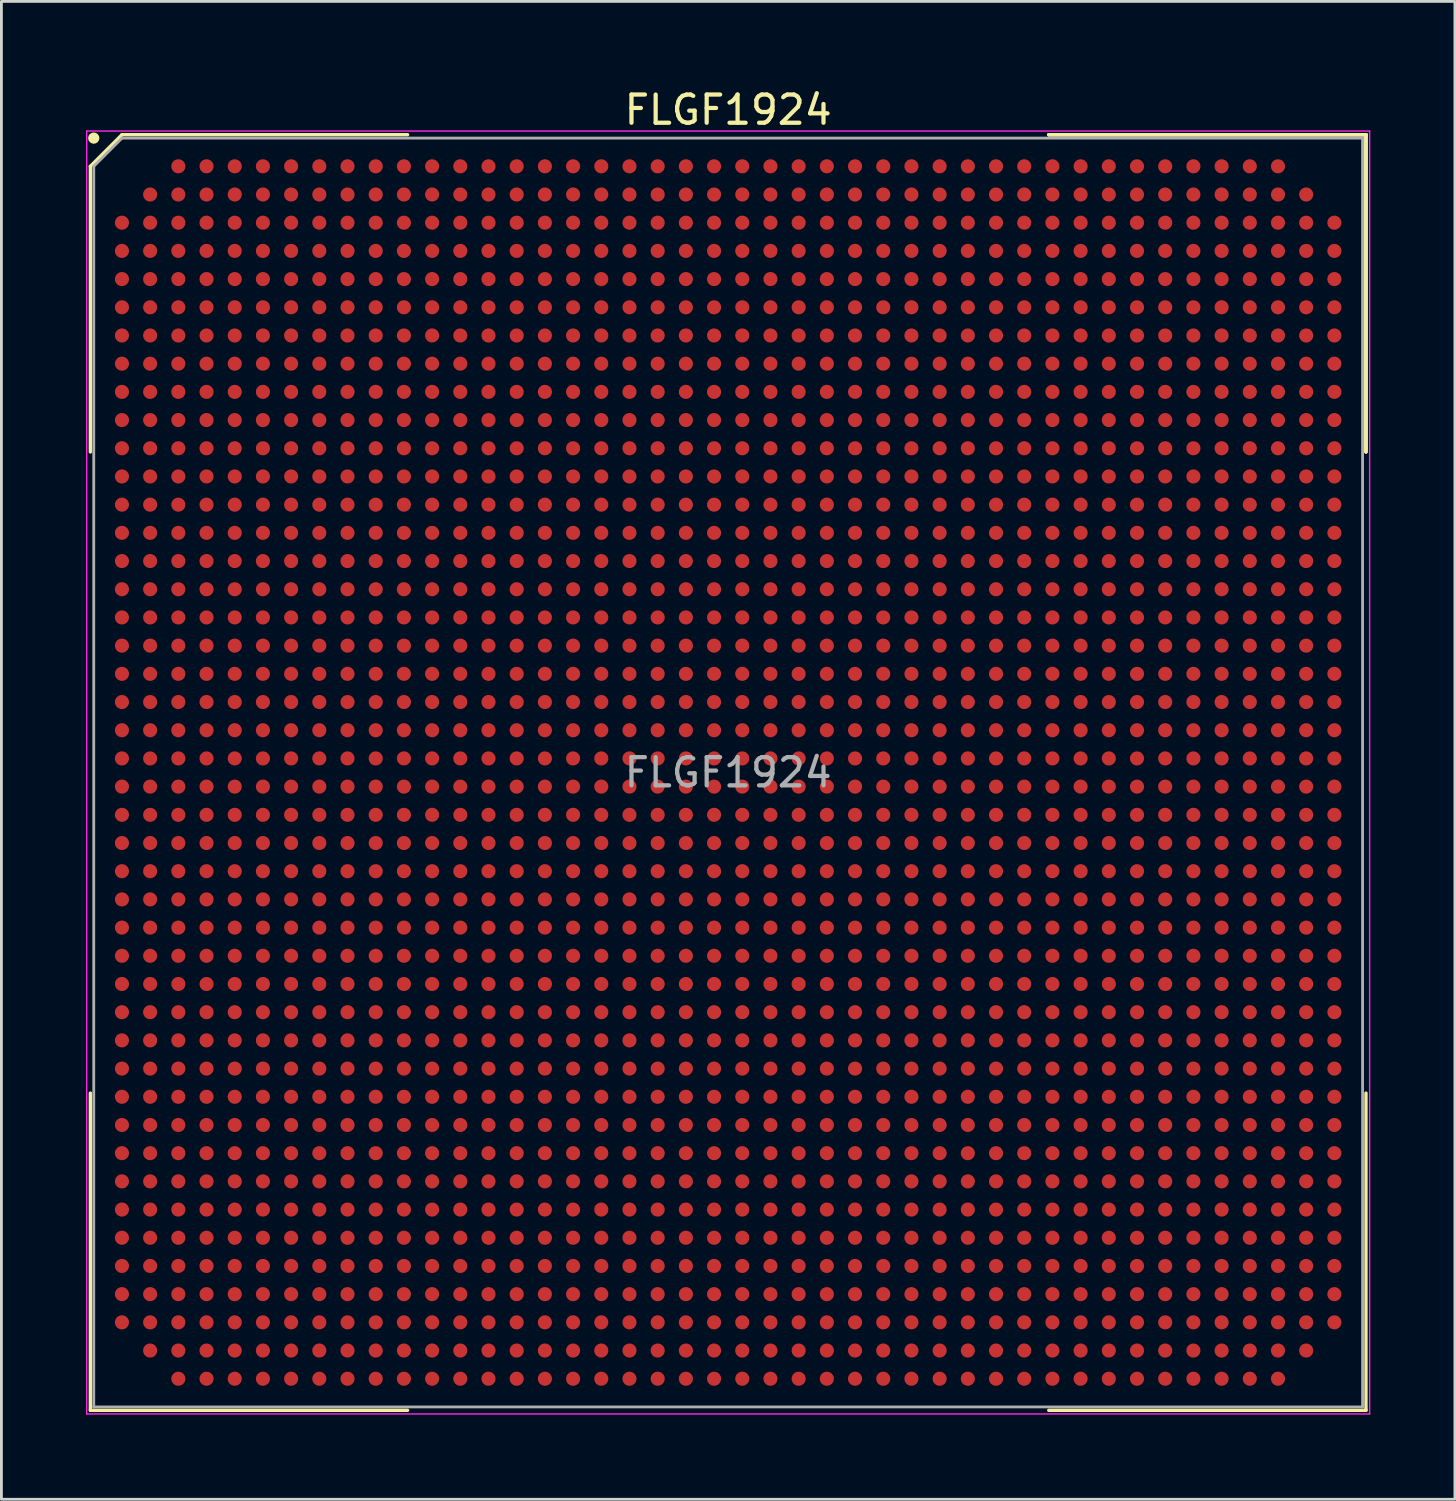
<source format=kicad_pcb>
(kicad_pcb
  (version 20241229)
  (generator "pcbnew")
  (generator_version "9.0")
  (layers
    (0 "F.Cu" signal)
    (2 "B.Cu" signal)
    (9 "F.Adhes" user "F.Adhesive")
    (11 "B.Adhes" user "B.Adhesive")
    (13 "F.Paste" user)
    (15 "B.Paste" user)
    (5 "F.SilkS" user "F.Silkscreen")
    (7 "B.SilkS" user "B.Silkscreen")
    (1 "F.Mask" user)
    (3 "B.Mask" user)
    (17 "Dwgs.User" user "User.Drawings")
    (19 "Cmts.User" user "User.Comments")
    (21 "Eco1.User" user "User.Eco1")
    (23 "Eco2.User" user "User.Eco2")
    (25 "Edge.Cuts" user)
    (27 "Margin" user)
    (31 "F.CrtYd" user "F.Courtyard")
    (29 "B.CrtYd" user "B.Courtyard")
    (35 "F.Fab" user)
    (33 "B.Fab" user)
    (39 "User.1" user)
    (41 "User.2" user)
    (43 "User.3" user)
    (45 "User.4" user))
  (footprint "FLGF1924"
    (layer "F.Cu")
    (at 22.775 24.348)
    (property "Reference" "FLGF1924" (at 0 -23.5 0) (layer "F.SilkS") (effects (font (size 1 1) (thickness 0.15))))
    (attr smd)
    (fp_line (start -22.62 -21.5) (end -22.62 -11.37) (stroke (width 0.12) (type solid)) (layer "F.SilkS"))
    (fp_line (start -22.62 22.62) (end -22.62 11.37) (stroke (width 0.12) (type solid)) (layer "F.SilkS"))
    (fp_line (start -21.5 -22.62) (end -22.62 -21.5) (stroke (width 0.12) (type solid)) (layer "F.SilkS"))
    (fp_line (start -11.37 -22.62) (end -21.5 -22.62) (stroke (width 0.12) (type solid)) (layer "F.SilkS"))
    (fp_line (start -11.37 22.62) (end -22.62 22.62) (stroke (width 0.12) (type solid)) (layer "F.SilkS"))
    (fp_line (start 11.37 -22.62) (end 22.62 -22.62) (stroke (width 0.12) (type solid)) (layer "F.SilkS"))
    (fp_line (start 11.37 -22.62) (end 22.62 -22.62) (stroke (width 0.12) (type solid)) (layer "F.SilkS"))
    (fp_line (start 11.37 -22.62) (end 22.62 -22.62) (stroke (width 0.12) (type solid)) (layer "F.SilkS"))
    (fp_line (start 11.37 22.62) (end 22.62 22.62) (stroke (width 0.12) (type solid)) (layer "F.SilkS"))
    (fp_line (start 22.62 -22.62) (end 22.62 -11.37) (stroke (width 0.12) (type solid)) (layer "F.SilkS"))
    (fp_line (start 22.62 -22.62) (end 22.62 -11.37) (stroke (width 0.12) (type solid)) (layer "F.SilkS"))
    (fp_line (start 22.62 -22.62) (end 22.62 -11.37) (stroke (width 0.12) (type solid)) (layer "F.SilkS"))
    (fp_line (start 22.62 22.62) (end 22.62 11.37) (stroke (width 0.12) (type solid)) (layer "F.SilkS"))
    (fp_circle (center -22.5 -22.5) (end -22.5 -22.4) (stroke (width 0.2) (type solid)) (fill no) (layer "F.SilkS"))
    (fp_line (start -22.75 -22.75) (end 22.75 -22.75) (stroke (width 0.05) (type solid)) (layer "F.CrtYd"))
    (fp_line (start -22.75 22.75) (end -22.75 -22.75) (stroke (width 0.05) (type solid)) (layer "F.CrtYd"))
    (fp_line (start 22.75 -22.75) (end 22.75 22.75) (stroke (width 0.05) (type solid)) (layer "F.CrtYd"))
    (fp_line (start 22.75 22.75) (end -22.75 22.75) (stroke (width 0.05) (type solid)) (layer "F.CrtYd"))
    (fp_line (start -22.5 -21.5) (end -22.5 22.5) (stroke (width 0.1) (type solid)) (layer "F.Fab"))
    (fp_line (start -22.5 22.5) (end 22.5 22.5) (stroke (width 0.1) (type solid)) (layer "F.Fab"))
    (fp_line (start -21.5 -22.5) (end -22.5 -21.5) (stroke (width 0.1) (type solid)) (layer "F.Fab"))
    (fp_line (start 22.5 -22.5) (end -21.5 -22.5) (stroke (width 0.1) (type solid)) (layer "F.Fab"))
    (fp_line (start 22.5 22.5) (end 22.5 -22.5) (stroke (width 0.1) (type solid)) (layer "F.Fab"))
    (fp_text user "${REFERENCE}" (at 0 0 0) (layer "F.Fab") (effects (font (size 1 1) (thickness 0.15))))
    (pad "A3" smd circle (at -19.5 -21.5) (size 0.5 0.5) (layers "F.Cu" "F.Mask" "F.Paste"))
    (pad "A4" smd circle (at -18.5 -21.5) (size 0.5 0.5) (layers "F.Cu" "F.Mask" "F.Paste"))
    (pad "A5" smd circle (at -17.5 -21.5) (size 0.5 0.5) (layers "F.Cu" "F.Mask" "F.Paste"))
    (pad "A6" smd circle (at -16.5 -21.5) (size 0.5 0.5) (layers "F.Cu" "F.Mask" "F.Paste"))
    (pad "A7" smd circle (at -15.5 -21.5) (size 0.5 0.5) (layers "F.Cu" "F.Mask" "F.Paste"))
    (pad "A8" smd circle (at -14.5 -21.5) (size 0.5 0.5) (layers "F.Cu" "F.Mask" "F.Paste"))
    (pad "A9" smd circle (at -13.5 -21.5) (size 0.5 0.5) (layers "F.Cu" "F.Mask" "F.Paste"))
    (pad "A10" smd circle (at -12.5 -21.5) (size 0.5 0.5) (layers "F.Cu" "F.Mask" "F.Paste"))
    (pad "A11" smd circle (at -11.5 -21.5) (size 0.5 0.5) (layers "F.Cu" "F.Mask" "F.Paste"))
    (pad "A12" smd circle (at -10.5 -21.5) (size 0.5 0.5) (layers "F.Cu" "F.Mask" "F.Paste"))
    (pad "A13" smd circle (at -9.5 -21.5) (size 0.5 0.5) (layers "F.Cu" "F.Mask" "F.Paste"))
    (pad "A14" smd circle (at -8.5 -21.5) (size 0.5 0.5) (layers "F.Cu" "F.Mask" "F.Paste"))
    (pad "A15" smd circle (at -7.5 -21.5) (size 0.5 0.5) (layers "F.Cu" "F.Mask" "F.Paste"))
    (pad "A16" smd circle (at -6.5 -21.5) (size 0.5 0.5) (layers "F.Cu" "F.Mask" "F.Paste"))
    (pad "A17" smd circle (at -5.5 -21.5) (size 0.5 0.5) (layers "F.Cu" "F.Mask" "F.Paste"))
    (pad "A18" smd circle (at -4.5 -21.5) (size 0.5 0.5) (layers "F.Cu" "F.Mask" "F.Paste"))
    (pad "A19" smd circle (at -3.5 -21.5) (size 0.5 0.5) (layers "F.Cu" "F.Mask" "F.Paste"))
    (pad "A20" smd circle (at -2.5 -21.5) (size 0.5 0.5) (layers "F.Cu" "F.Mask" "F.Paste"))
    (pad "A21" smd circle (at -1.5 -21.5) (size 0.5 0.5) (layers "F.Cu" "F.Mask" "F.Paste"))
    (pad "A22" smd circle (at -0.5 -21.5) (size 0.5 0.5) (layers "F.Cu" "F.Mask" "F.Paste"))
    (pad "A23" smd circle (at 0.5 -21.5) (size 0.5 0.5) (layers "F.Cu" "F.Mask" "F.Paste"))
    (pad "A24" smd circle (at 1.5 -21.5) (size 0.5 0.5) (layers "F.Cu" "F.Mask" "F.Paste"))
    (pad "A25" smd circle (at 2.5 -21.5) (size 0.5 0.5) (layers "F.Cu" "F.Mask" "F.Paste"))
    (pad "A26" smd circle (at 3.5 -21.5) (size 0.5 0.5) (layers "F.Cu" "F.Mask" "F.Paste"))
    (pad "A27" smd circle (at 4.5 -21.5) (size 0.5 0.5) (layers "F.Cu" "F.Mask" "F.Paste"))
    (pad "A28" smd circle (at 5.5 -21.5) (size 0.5 0.5) (layers "F.Cu" "F.Mask" "F.Paste"))
    (pad "A29" smd circle (at 6.5 -21.5) (size 0.5 0.5) (layers "F.Cu" "F.Mask" "F.Paste"))
    (pad "A30" smd circle (at 7.5 -21.5) (size 0.5 0.5) (layers "F.Cu" "F.Mask" "F.Paste"))
    (pad "A31" smd circle (at 8.5 -21.5) (size 0.5 0.5) (layers "F.Cu" "F.Mask" "F.Paste"))
    (pad "A32" smd circle (at 9.5 -21.5) (size 0.5 0.5) (layers "F.Cu" "F.Mask" "F.Paste"))
    (pad "A33" smd circle (at 10.5 -21.5) (size 0.5 0.5) (layers "F.Cu" "F.Mask" "F.Paste"))
    (pad "A34" smd circle (at 11.5 -21.5) (size 0.5 0.5) (layers "F.Cu" "F.Mask" "F.Paste"))
    (pad "A35" smd circle (at 12.5 -21.5) (size 0.5 0.5) (layers "F.Cu" "F.Mask" "F.Paste"))
    (pad "A36" smd circle (at 13.5 -21.5) (size 0.5 0.5) (layers "F.Cu" "F.Mask" "F.Paste"))
    (pad "A37" smd circle (at 14.5 -21.5) (size 0.5 0.5) (layers "F.Cu" "F.Mask" "F.Paste"))
    (pad "A38" smd circle (at 15.5 -21.5) (size 0.5 0.5) (layers "F.Cu" "F.Mask" "F.Paste"))
    (pad "A39" smd circle (at 16.5 -21.5) (size 0.5 0.5) (layers "F.Cu" "F.Mask" "F.Paste"))
    (pad "A40" smd circle (at 17.5 -21.5) (size 0.5 0.5) (layers "F.Cu" "F.Mask" "F.Paste"))
    (pad "A41" smd circle (at 18.5 -21.5) (size 0.5 0.5) (layers "F.Cu" "F.Mask" "F.Paste"))
    (pad "A42" smd circle (at 19.5 -21.5) (size 0.5 0.5) (layers "F.Cu" "F.Mask" "F.Paste"))
    (pad "AA1" smd circle (at -21.5 -1.5) (size 0.5 0.5) (layers "F.Cu" "F.Mask" "F.Paste"))
    (pad "AA2" smd circle (at -20.5 -1.5) (size 0.5 0.5) (layers "F.Cu" "F.Mask" "F.Paste"))
    (pad "AA3" smd circle (at -19.5 -1.5) (size 0.5 0.5) (layers "F.Cu" "F.Mask" "F.Paste"))
    (pad "AA4" smd circle (at -18.5 -1.5) (size 0.5 0.5) (layers "F.Cu" "F.Mask" "F.Paste"))
    (pad "AA5" smd circle (at -17.5 -1.5) (size 0.5 0.5) (layers "F.Cu" "F.Mask" "F.Paste"))
    (pad "AA6" smd circle (at -16.5 -1.5) (size 0.5 0.5) (layers "F.Cu" "F.Mask" "F.Paste"))
    (pad "AA7" smd circle (at -15.5 -1.5) (size 0.5 0.5) (layers "F.Cu" "F.Mask" "F.Paste"))
    (pad "AA8" smd circle (at -14.5 -1.5) (size 0.5 0.5) (layers "F.Cu" "F.Mask" "F.Paste"))
    (pad "AA9" smd circle (at -13.5 -1.5) (size 0.5 0.5) (layers "F.Cu" "F.Mask" "F.Paste"))
    (pad "AA10" smd circle (at -12.5 -1.5) (size 0.5 0.5) (layers "F.Cu" "F.Mask" "F.Paste"))
    (pad "AA11" smd circle (at -11.5 -1.5) (size 0.5 0.5) (layers "F.Cu" "F.Mask" "F.Paste"))
    (pad "AA12" smd circle (at -10.5 -1.5) (size 0.5 0.5) (layers "F.Cu" "F.Mask" "F.Paste"))
    (pad "AA13" smd circle (at -9.5 -1.5) (size 0.5 0.5) (layers "F.Cu" "F.Mask" "F.Paste"))
    (pad "AA14" smd circle (at -8.5 -1.5) (size 0.5 0.5) (layers "F.Cu" "F.Mask" "F.Paste"))
    (pad "AA15" smd circle (at -7.5 -1.5) (size 0.5 0.5) (layers "F.Cu" "F.Mask" "F.Paste"))
    (pad "AA16" smd circle (at -6.5 -1.5) (size 0.5 0.5) (layers "F.Cu" "F.Mask" "F.Paste"))
    (pad "AA17" smd circle (at -5.5 -1.5) (size 0.5 0.5) (layers "F.Cu" "F.Mask" "F.Paste"))
    (pad "AA18" smd circle (at -4.5 -1.5) (size 0.5 0.5) (layers "F.Cu" "F.Mask" "F.Paste"))
    (pad "AA19" smd circle (at -3.5 -1.5) (size 0.5 0.5) (layers "F.Cu" "F.Mask" "F.Paste"))
    (pad "AA20" smd circle (at -2.5 -1.5) (size 0.5 0.5) (layers "F.Cu" "F.Mask" "F.Paste"))
    (pad "AA21" smd circle (at -1.5 -1.5) (size 0.5 0.5) (layers "F.Cu" "F.Mask" "F.Paste"))
    (pad "AA22" smd circle (at -0.5 -1.5) (size 0.5 0.5) (layers "F.Cu" "F.Mask" "F.Paste"))
    (pad "AA23" smd circle (at 0.5 -1.5) (size 0.5 0.5) (layers "F.Cu" "F.Mask" "F.Paste"))
    (pad "AA24" smd circle (at 1.5 -1.5) (size 0.5 0.5) (layers "F.Cu" "F.Mask" "F.Paste"))
    (pad "AA25" smd circle (at 2.5 -1.5) (size 0.5 0.5) (layers "F.Cu" "F.Mask" "F.Paste"))
    (pad "AA26" smd circle (at 3.5 -1.5) (size 0.5 0.5) (layers "F.Cu" "F.Mask" "F.Paste"))
    (pad "AA27" smd circle (at 4.5 -1.5) (size 0.5 0.5) (layers "F.Cu" "F.Mask" "F.Paste"))
    (pad "AA28" smd circle (at 5.5 -1.5) (size 0.5 0.5) (layers "F.Cu" "F.Mask" "F.Paste"))
    (pad "AA29" smd circle (at 6.5 -1.5) (size 0.5 0.5) (layers "F.Cu" "F.Mask" "F.Paste"))
    (pad "AA30" smd circle (at 7.5 -1.5) (size 0.5 0.5) (layers "F.Cu" "F.Mask" "F.Paste"))
    (pad "AA31" smd circle (at 8.5 -1.5) (size 0.5 0.5) (layers "F.Cu" "F.Mask" "F.Paste"))
    (pad "AA32" smd circle (at 9.5 -1.5) (size 0.5 0.5) (layers "F.Cu" "F.Mask" "F.Paste"))
    (pad "AA33" smd circle (at 10.5 -1.5) (size 0.5 0.5) (layers "F.Cu" "F.Mask" "F.Paste"))
    (pad "AA34" smd circle (at 11.5 -1.5) (size 0.5 0.5) (layers "F.Cu" "F.Mask" "F.Paste"))
    (pad "AA35" smd circle (at 12.5 -1.5) (size 0.5 0.5) (layers "F.Cu" "F.Mask" "F.Paste"))
    (pad "AA36" smd circle (at 13.5 -1.5) (size 0.5 0.5) (layers "F.Cu" "F.Mask" "F.Paste"))
    (pad "AA37" smd circle (at 14.5 -1.5) (size 0.5 0.5) (layers "F.Cu" "F.Mask" "F.Paste"))
    (pad "AA38" smd circle (at 15.5 -1.5) (size 0.5 0.5) (layers "F.Cu" "F.Mask" "F.Paste"))
    (pad "AA39" smd circle (at 16.5 -1.5) (size 0.5 0.5) (layers "F.Cu" "F.Mask" "F.Paste"))
    (pad "AA40" smd circle (at 17.5 -1.5) (size 0.5 0.5) (layers "F.Cu" "F.Mask" "F.Paste"))
    (pad "AA41" smd circle (at 18.5 -1.5) (size 0.5 0.5) (layers "F.Cu" "F.Mask" "F.Paste"))
    (pad "AA42" smd circle (at 19.5 -1.5) (size 0.5 0.5) (layers "F.Cu" "F.Mask" "F.Paste"))
    (pad "AA43" smd circle (at 20.5 -1.5) (size 0.5 0.5) (layers "F.Cu" "F.Mask" "F.Paste"))
    (pad "AA44" smd circle (at 21.5 -1.5) (size 0.5 0.5) (layers "F.Cu" "F.Mask" "F.Paste"))
    (pad "AB1" smd circle (at -21.5 -0.5) (size 0.5 0.5) (layers "F.Cu" "F.Mask" "F.Paste"))
    (pad "AB2" smd circle (at -20.5 -0.5) (size 0.5 0.5) (layers "F.Cu" "F.Mask" "F.Paste"))
    (pad "AB3" smd circle (at -19.5 -0.5) (size 0.5 0.5) (layers "F.Cu" "F.Mask" "F.Paste"))
    (pad "AB4" smd circle (at -18.5 -0.5) (size 0.5 0.5) (layers "F.Cu" "F.Mask" "F.Paste"))
    (pad "AB5" smd circle (at -17.5 -0.5) (size 0.5 0.5) (layers "F.Cu" "F.Mask" "F.Paste"))
    (pad "AB6" smd circle (at -16.5 -0.5) (size 0.5 0.5) (layers "F.Cu" "F.Mask" "F.Paste"))
    (pad "AB7" smd circle (at -15.5 -0.5) (size 0.5 0.5) (layers "F.Cu" "F.Mask" "F.Paste"))
    (pad "AB8" smd circle (at -14.5 -0.5) (size 0.5 0.5) (layers "F.Cu" "F.Mask" "F.Paste"))
    (pad "AB9" smd circle (at -13.5 -0.5) (size 0.5 0.5) (layers "F.Cu" "F.Mask" "F.Paste"))
    (pad "AB10" smd circle (at -12.5 -0.5) (size 0.5 0.5) (layers "F.Cu" "F.Mask" "F.Paste"))
    (pad "AB11" smd circle (at -11.5 -0.5) (size 0.5 0.5) (layers "F.Cu" "F.Mask" "F.Paste"))
    (pad "AB12" smd circle (at -10.5 -0.5) (size 0.5 0.5) (layers "F.Cu" "F.Mask" "F.Paste"))
    (pad "AB13" smd circle (at -9.5 -0.5) (size 0.5 0.5) (layers "F.Cu" "F.Mask" "F.Paste"))
    (pad "AB14" smd circle (at -8.5 -0.5) (size 0.5 0.5) (layers "F.Cu" "F.Mask" "F.Paste"))
    (pad "AB15" smd circle (at -7.5 -0.5) (size 0.5 0.5) (layers "F.Cu" "F.Mask" "F.Paste"))
    (pad "AB16" smd circle (at -6.5 -0.5) (size 0.5 0.5) (layers "F.Cu" "F.Mask" "F.Paste"))
    (pad "AB17" smd circle (at -5.5 -0.5) (size 0.5 0.5) (layers "F.Cu" "F.Mask" "F.Paste"))
    (pad "AB18" smd circle (at -4.5 -0.5) (size 0.5 0.5) (layers "F.Cu" "F.Mask" "F.Paste"))
    (pad "AB19" smd circle (at -3.5 -0.5) (size 0.5 0.5) (layers "F.Cu" "F.Mask" "F.Paste"))
    (pad "AB20" smd circle (at -2.5 -0.5) (size 0.5 0.5) (layers "F.Cu" "F.Mask" "F.Paste"))
    (pad "AB21" smd circle (at -1.5 -0.5) (size 0.5 0.5) (layers "F.Cu" "F.Mask" "F.Paste"))
    (pad "AB22" smd circle (at -0.5 -0.5) (size 0.5 0.5) (layers "F.Cu" "F.Mask" "F.Paste"))
    (pad "AB23" smd circle (at 0.5 -0.5) (size 0.5 0.5) (layers "F.Cu" "F.Mask" "F.Paste"))
    (pad "AB24" smd circle (at 1.5 -0.5) (size 0.5 0.5) (layers "F.Cu" "F.Mask" "F.Paste"))
    (pad "AB25" smd circle (at 2.5 -0.5) (size 0.5 0.5) (layers "F.Cu" "F.Mask" "F.Paste"))
    (pad "AB26" smd circle (at 3.5 -0.5) (size 0.5 0.5) (layers "F.Cu" "F.Mask" "F.Paste"))
    (pad "AB27" smd circle (at 4.5 -0.5) (size 0.5 0.5) (layers "F.Cu" "F.Mask" "F.Paste"))
    (pad "AB28" smd circle (at 5.5 -0.5) (size 0.5 0.5) (layers "F.Cu" "F.Mask" "F.Paste"))
    (pad "AB29" smd circle (at 6.5 -0.5) (size 0.5 0.5) (layers "F.Cu" "F.Mask" "F.Paste"))
    (pad "AB30" smd circle (at 7.5 -0.5) (size 0.5 0.5) (layers "F.Cu" "F.Mask" "F.Paste"))
    (pad "AB31" smd circle (at 8.5 -0.5) (size 0.5 0.5) (layers "F.Cu" "F.Mask" "F.Paste"))
    (pad "AB32" smd circle (at 9.5 -0.5) (size 0.5 0.5) (layers "F.Cu" "F.Mask" "F.Paste"))
    (pad "AB33" smd circle (at 10.5 -0.5) (size 0.5 0.5) (layers "F.Cu" "F.Mask" "F.Paste"))
    (pad "AB34" smd circle (at 11.5 -0.5) (size 0.5 0.5) (layers "F.Cu" "F.Mask" "F.Paste"))
    (pad "AB35" smd circle (at 12.5 -0.5) (size 0.5 0.5) (layers "F.Cu" "F.Mask" "F.Paste"))
    (pad "AB36" smd circle (at 13.5 -0.5) (size 0.5 0.5) (layers "F.Cu" "F.Mask" "F.Paste"))
    (pad "AB37" smd circle (at 14.5 -0.5) (size 0.5 0.5) (layers "F.Cu" "F.Mask" "F.Paste"))
    (pad "AB38" smd circle (at 15.5 -0.5) (size 0.5 0.5) (layers "F.Cu" "F.Mask" "F.Paste"))
    (pad "AB39" smd circle (at 16.5 -0.5) (size 0.5 0.5) (layers "F.Cu" "F.Mask" "F.Paste"))
    (pad "AB40" smd circle (at 17.5 -0.5) (size 0.5 0.5) (layers "F.Cu" "F.Mask" "F.Paste"))
    (pad "AB41" smd circle (at 18.5 -0.5) (size 0.5 0.5) (layers "F.Cu" "F.Mask" "F.Paste"))
    (pad "AB42" smd circle (at 19.5 -0.5) (size 0.5 0.5) (layers "F.Cu" "F.Mask" "F.Paste"))
    (pad "AB43" smd circle (at 20.5 -0.5) (size 0.5 0.5) (layers "F.Cu" "F.Mask" "F.Paste"))
    (pad "AB44" smd circle (at 21.5 -0.5) (size 0.5 0.5) (layers "F.Cu" "F.Mask" "F.Paste"))
    (pad "AC1" smd circle (at -21.5 0.5) (size 0.5 0.5) (layers "F.Cu" "F.Mask" "F.Paste"))
    (pad "AC2" smd circle (at -20.5 0.5) (size 0.5 0.5) (layers "F.Cu" "F.Mask" "F.Paste"))
    (pad "AC3" smd circle (at -19.5 0.5) (size 0.5 0.5) (layers "F.Cu" "F.Mask" "F.Paste"))
    (pad "AC4" smd circle (at -18.5 0.5) (size 0.5 0.5) (layers "F.Cu" "F.Mask" "F.Paste"))
    (pad "AC5" smd circle (at -17.5 0.5) (size 0.5 0.5) (layers "F.Cu" "F.Mask" "F.Paste"))
    (pad "AC6" smd circle (at -16.5 0.5) (size 0.5 0.5) (layers "F.Cu" "F.Mask" "F.Paste"))
    (pad "AC7" smd circle (at -15.5 0.5) (size 0.5 0.5) (layers "F.Cu" "F.Mask" "F.Paste"))
    (pad "AC8" smd circle (at -14.5 0.5) (size 0.5 0.5) (layers "F.Cu" "F.Mask" "F.Paste"))
    (pad "AC9" smd circle (at -13.5 0.5) (size 0.5 0.5) (layers "F.Cu" "F.Mask" "F.Paste"))
    (pad "AC10" smd circle (at -12.5 0.5) (size 0.5 0.5) (layers "F.Cu" "F.Mask" "F.Paste"))
    (pad "AC11" smd circle (at -11.5 0.5) (size 0.5 0.5) (layers "F.Cu" "F.Mask" "F.Paste"))
    (pad "AC12" smd circle (at -10.5 0.5) (size 0.5 0.5) (layers "F.Cu" "F.Mask" "F.Paste"))
    (pad "AC13" smd circle (at -9.5 0.5) (size 0.5 0.5) (layers "F.Cu" "F.Mask" "F.Paste"))
    (pad "AC14" smd circle (at -8.5 0.5) (size 0.5 0.5) (layers "F.Cu" "F.Mask" "F.Paste"))
    (pad "AC15" smd circle (at -7.5 0.5) (size 0.5 0.5) (layers "F.Cu" "F.Mask" "F.Paste"))
    (pad "AC16" smd circle (at -6.5 0.5) (size 0.5 0.5) (layers "F.Cu" "F.Mask" "F.Paste"))
    (pad "AC17" smd circle (at -5.5 0.5) (size 0.5 0.5) (layers "F.Cu" "F.Mask" "F.Paste"))
    (pad "AC18" smd circle (at -4.5 0.5) (size 0.5 0.5) (layers "F.Cu" "F.Mask" "F.Paste"))
    (pad "AC19" smd circle (at -3.5 0.5) (size 0.5 0.5) (layers "F.Cu" "F.Mask" "F.Paste"))
    (pad "AC20" smd circle (at -2.5 0.5) (size 0.5 0.5) (layers "F.Cu" "F.Mask" "F.Paste"))
    (pad "AC21" smd circle (at -1.5 0.5) (size 0.5 0.5) (layers "F.Cu" "F.Mask" "F.Paste"))
    (pad "AC22" smd circle (at -0.5 0.5) (size 0.5 0.5) (layers "F.Cu" "F.Mask" "F.Paste"))
    (pad "AC23" smd circle (at 0.5 0.5) (size 0.5 0.5) (layers "F.Cu" "F.Mask" "F.Paste"))
    (pad "AC24" smd circle (at 1.5 0.5) (size 0.5 0.5) (layers "F.Cu" "F.Mask" "F.Paste"))
    (pad "AC25" smd circle (at 2.5 0.5) (size 0.5 0.5) (layers "F.Cu" "F.Mask" "F.Paste"))
    (pad "AC26" smd circle (at 3.5 0.5) (size 0.5 0.5) (layers "F.Cu" "F.Mask" "F.Paste"))
    (pad "AC27" smd circle (at 4.5 0.5) (size 0.5 0.5) (layers "F.Cu" "F.Mask" "F.Paste"))
    (pad "AC28" smd circle (at 5.5 0.5) (size 0.5 0.5) (layers "F.Cu" "F.Mask" "F.Paste"))
    (pad "AC29" smd circle (at 6.5 0.5) (size 0.5 0.5) (layers "F.Cu" "F.Mask" "F.Paste"))
    (pad "AC30" smd circle (at 7.5 0.5) (size 0.5 0.5) (layers "F.Cu" "F.Mask" "F.Paste"))
    (pad "AC31" smd circle (at 8.5 0.5) (size 0.5 0.5) (layers "F.Cu" "F.Mask" "F.Paste"))
    (pad "AC32" smd circle (at 9.5 0.5) (size 0.5 0.5) (layers "F.Cu" "F.Mask" "F.Paste"))
    (pad "AC33" smd circle (at 10.5 0.5) (size 0.5 0.5) (layers "F.Cu" "F.Mask" "F.Paste"))
    (pad "AC34" smd circle (at 11.5 0.5) (size 0.5 0.5) (layers "F.Cu" "F.Mask" "F.Paste"))
    (pad "AC35" smd circle (at 12.5 0.5) (size 0.5 0.5) (layers "F.Cu" "F.Mask" "F.Paste"))
    (pad "AC36" smd circle (at 13.5 0.5) (size 0.5 0.5) (layers "F.Cu" "F.Mask" "F.Paste"))
    (pad "AC37" smd circle (at 14.5 0.5) (size 0.5 0.5) (layers "F.Cu" "F.Mask" "F.Paste"))
    (pad "AC38" smd circle (at 15.5 0.5) (size 0.5 0.5) (layers "F.Cu" "F.Mask" "F.Paste"))
    (pad "AC39" smd circle (at 16.5 0.5) (size 0.5 0.5) (layers "F.Cu" "F.Mask" "F.Paste"))
    (pad "AC40" smd circle (at 17.5 0.5) (size 0.5 0.5) (layers "F.Cu" "F.Mask" "F.Paste"))
    (pad "AC41" smd circle (at 18.5 0.5) (size 0.5 0.5) (layers "F.Cu" "F.Mask" "F.Paste"))
    (pad "AC42" smd circle (at 19.5 0.5) (size 0.5 0.5) (layers "F.Cu" "F.Mask" "F.Paste"))
    (pad "AC43" smd circle (at 20.5 0.5) (size 0.5 0.5) (layers "F.Cu" "F.Mask" "F.Paste"))
    (pad "AC44" smd circle (at 21.5 0.5) (size 0.5 0.5) (layers "F.Cu" "F.Mask" "F.Paste"))
    (pad "AD1" smd circle (at -21.5 1.5) (size 0.5 0.5) (layers "F.Cu" "F.Mask" "F.Paste"))
    (pad "AD2" smd circle (at -20.5 1.5) (size 0.5 0.5) (layers "F.Cu" "F.Mask" "F.Paste"))
    (pad "AD3" smd circle (at -19.5 1.5) (size 0.5 0.5) (layers "F.Cu" "F.Mask" "F.Paste"))
    (pad "AD4" smd circle (at -18.5 1.5) (size 0.5 0.5) (layers "F.Cu" "F.Mask" "F.Paste"))
    (pad "AD5" smd circle (at -17.5 1.5) (size 0.5 0.5) (layers "F.Cu" "F.Mask" "F.Paste"))
    (pad "AD6" smd circle (at -16.5 1.5) (size 0.5 0.5) (layers "F.Cu" "F.Mask" "F.Paste"))
    (pad "AD7" smd circle (at -15.5 1.5) (size 0.5 0.5) (layers "F.Cu" "F.Mask" "F.Paste"))
    (pad "AD8" smd circle (at -14.5 1.5) (size 0.5 0.5) (layers "F.Cu" "F.Mask" "F.Paste"))
    (pad "AD9" smd circle (at -13.5 1.5) (size 0.5 0.5) (layers "F.Cu" "F.Mask" "F.Paste"))
    (pad "AD10" smd circle (at -12.5 1.5) (size 0.5 0.5) (layers "F.Cu" "F.Mask" "F.Paste"))
    (pad "AD11" smd circle (at -11.5 1.5) (size 0.5 0.5) (layers "F.Cu" "F.Mask" "F.Paste"))
    (pad "AD12" smd circle (at -10.5 1.5) (size 0.5 0.5) (layers "F.Cu" "F.Mask" "F.Paste"))
    (pad "AD13" smd circle (at -9.5 1.5) (size 0.5 0.5) (layers "F.Cu" "F.Mask" "F.Paste"))
    (pad "AD14" smd circle (at -8.5 1.5) (size 0.5 0.5) (layers "F.Cu" "F.Mask" "F.Paste"))
    (pad "AD15" smd circle (at -7.5 1.5) (size 0.5 0.5) (layers "F.Cu" "F.Mask" "F.Paste"))
    (pad "AD16" smd circle (at -6.5 1.5) (size 0.5 0.5) (layers "F.Cu" "F.Mask" "F.Paste"))
    (pad "AD17" smd circle (at -5.5 1.5) (size 0.5 0.5) (layers "F.Cu" "F.Mask" "F.Paste"))
    (pad "AD18" smd circle (at -4.5 1.5) (size 0.5 0.5) (layers "F.Cu" "F.Mask" "F.Paste"))
    (pad "AD19" smd circle (at -3.5 1.5) (size 0.5 0.5) (layers "F.Cu" "F.Mask" "F.Paste"))
    (pad "AD20" smd circle (at -2.5 1.5) (size 0.5 0.5) (layers "F.Cu" "F.Mask" "F.Paste"))
    (pad "AD21" smd circle (at -1.5 1.5) (size 0.5 0.5) (layers "F.Cu" "F.Mask" "F.Paste"))
    (pad "AD22" smd circle (at -0.5 1.5) (size 0.5 0.5) (layers "F.Cu" "F.Mask" "F.Paste"))
    (pad "AD23" smd circle (at 0.5 1.5) (size 0.5 0.5) (layers "F.Cu" "F.Mask" "F.Paste"))
    (pad "AD24" smd circle (at 1.5 1.5) (size 0.5 0.5) (layers "F.Cu" "F.Mask" "F.Paste"))
    (pad "AD25" smd circle (at 2.5 1.5) (size 0.5 0.5) (layers "F.Cu" "F.Mask" "F.Paste"))
    (pad "AD26" smd circle (at 3.5 1.5) (size 0.5 0.5) (layers "F.Cu" "F.Mask" "F.Paste"))
    (pad "AD27" smd circle (at 4.5 1.5) (size 0.5 0.5) (layers "F.Cu" "F.Mask" "F.Paste"))
    (pad "AD28" smd circle (at 5.5 1.5) (size 0.5 0.5) (layers "F.Cu" "F.Mask" "F.Paste"))
    (pad "AD29" smd circle (at 6.5 1.5) (size 0.5 0.5) (layers "F.Cu" "F.Mask" "F.Paste"))
    (pad "AD30" smd circle (at 7.5 1.5) (size 0.5 0.5) (layers "F.Cu" "F.Mask" "F.Paste"))
    (pad "AD31" smd circle (at 8.5 1.5) (size 0.5 0.5) (layers "F.Cu" "F.Mask" "F.Paste"))
    (pad "AD32" smd circle (at 9.5 1.5) (size 0.5 0.5) (layers "F.Cu" "F.Mask" "F.Paste"))
    (pad "AD33" smd circle (at 10.5 1.5) (size 0.5 0.5) (layers "F.Cu" "F.Mask" "F.Paste"))
    (pad "AD34" smd circle (at 11.5 1.5) (size 0.5 0.5) (layers "F.Cu" "F.Mask" "F.Paste"))
    (pad "AD35" smd circle (at 12.5 1.5) (size 0.5 0.5) (layers "F.Cu" "F.Mask" "F.Paste"))
    (pad "AD36" smd circle (at 13.5 1.5) (size 0.5 0.5) (layers "F.Cu" "F.Mask" "F.Paste"))
    (pad "AD37" smd circle (at 14.5 1.5) (size 0.5 0.5) (layers "F.Cu" "F.Mask" "F.Paste"))
    (pad "AD38" smd circle (at 15.5 1.5) (size 0.5 0.5) (layers "F.Cu" "F.Mask" "F.Paste"))
    (pad "AD39" smd circle (at 16.5 1.5) (size 0.5 0.5) (layers "F.Cu" "F.Mask" "F.Paste"))
    (pad "AD40" smd circle (at 17.5 1.5) (size 0.5 0.5) (layers "F.Cu" "F.Mask" "F.Paste"))
    (pad "AD41" smd circle (at 18.5 1.5) (size 0.5 0.5) (layers "F.Cu" "F.Mask" "F.Paste"))
    (pad "AD42" smd circle (at 19.5 1.5) (size 0.5 0.5) (layers "F.Cu" "F.Mask" "F.Paste"))
    (pad "AD43" smd circle (at 20.5 1.5) (size 0.5 0.5) (layers "F.Cu" "F.Mask" "F.Paste"))
    (pad "AD44" smd circle (at 21.5 1.5) (size 0.5 0.5) (layers "F.Cu" "F.Mask" "F.Paste"))
    (pad "AE1" smd circle (at -21.5 2.5) (size 0.5 0.5) (layers "F.Cu" "F.Mask" "F.Paste"))
    (pad "AE2" smd circle (at -20.5 2.5) (size 0.5 0.5) (layers "F.Cu" "F.Mask" "F.Paste"))
    (pad "AE3" smd circle (at -19.5 2.5) (size 0.5 0.5) (layers "F.Cu" "F.Mask" "F.Paste"))
    (pad "AE4" smd circle (at -18.5 2.5) (size 0.5 0.5) (layers "F.Cu" "F.Mask" "F.Paste"))
    (pad "AE5" smd circle (at -17.5 2.5) (size 0.5 0.5) (layers "F.Cu" "F.Mask" "F.Paste"))
    (pad "AE6" smd circle (at -16.5 2.5) (size 0.5 0.5) (layers "F.Cu" "F.Mask" "F.Paste"))
    (pad "AE7" smd circle (at -15.5 2.5) (size 0.5 0.5) (layers "F.Cu" "F.Mask" "F.Paste"))
    (pad "AE8" smd circle (at -14.5 2.5) (size 0.5 0.5) (layers "F.Cu" "F.Mask" "F.Paste"))
    (pad "AE9" smd circle (at -13.5 2.5) (size 0.5 0.5) (layers "F.Cu" "F.Mask" "F.Paste"))
    (pad "AE10" smd circle (at -12.5 2.5) (size 0.5 0.5) (layers "F.Cu" "F.Mask" "F.Paste"))
    (pad "AE11" smd circle (at -11.5 2.5) (size 0.5 0.5) (layers "F.Cu" "F.Mask" "F.Paste"))
    (pad "AE12" smd circle (at -10.5 2.5) (size 0.5 0.5) (layers "F.Cu" "F.Mask" "F.Paste"))
    (pad "AE13" smd circle (at -9.5 2.5) (size 0.5 0.5) (layers "F.Cu" "F.Mask" "F.Paste"))
    (pad "AE14" smd circle (at -8.5 2.5) (size 0.5 0.5) (layers "F.Cu" "F.Mask" "F.Paste"))
    (pad "AE15" smd circle (at -7.5 2.5) (size 0.5 0.5) (layers "F.Cu" "F.Mask" "F.Paste"))
    (pad "AE16" smd circle (at -6.5 2.5) (size 0.5 0.5) (layers "F.Cu" "F.Mask" "F.Paste"))
    (pad "AE17" smd circle (at -5.5 2.5) (size 0.5 0.5) (layers "F.Cu" "F.Mask" "F.Paste"))
    (pad "AE18" smd circle (at -4.5 2.5) (size 0.5 0.5) (layers "F.Cu" "F.Mask" "F.Paste"))
    (pad "AE19" smd circle (at -3.5 2.5) (size 0.5 0.5) (layers "F.Cu" "F.Mask" "F.Paste"))
    (pad "AE20" smd circle (at -2.5 2.5) (size 0.5 0.5) (layers "F.Cu" "F.Mask" "F.Paste"))
    (pad "AE21" smd circle (at -1.5 2.5) (size 0.5 0.5) (layers "F.Cu" "F.Mask" "F.Paste"))
    (pad "AE22" smd circle (at -0.5 2.5) (size 0.5 0.5) (layers "F.Cu" "F.Mask" "F.Paste"))
    (pad "AE23" smd circle (at 0.5 2.5) (size 0.5 0.5) (layers "F.Cu" "F.Mask" "F.Paste"))
    (pad "AE24" smd circle (at 1.5 2.5) (size 0.5 0.5) (layers "F.Cu" "F.Mask" "F.Paste"))
    (pad "AE25" smd circle (at 2.5 2.5) (size 0.5 0.5) (layers "F.Cu" "F.Mask" "F.Paste"))
    (pad "AE26" smd circle (at 3.5 2.5) (size 0.5 0.5) (layers "F.Cu" "F.Mask" "F.Paste"))
    (pad "AE27" smd circle (at 4.5 2.5) (size 0.5 0.5) (layers "F.Cu" "F.Mask" "F.Paste"))
    (pad "AE28" smd circle (at 5.5 2.5) (size 0.5 0.5) (layers "F.Cu" "F.Mask" "F.Paste"))
    (pad "AE29" smd circle (at 6.5 2.5) (size 0.5 0.5) (layers "F.Cu" "F.Mask" "F.Paste"))
    (pad "AE30" smd circle (at 7.5 2.5) (size 0.5 0.5) (layers "F.Cu" "F.Mask" "F.Paste"))
    (pad "AE31" smd circle (at 8.5 2.5) (size 0.5 0.5) (layers "F.Cu" "F.Mask" "F.Paste"))
    (pad "AE32" smd circle (at 9.5 2.5) (size 0.5 0.5) (layers "F.Cu" "F.Mask" "F.Paste"))
    (pad "AE33" smd circle (at 10.5 2.5) (size 0.5 0.5) (layers "F.Cu" "F.Mask" "F.Paste"))
    (pad "AE34" smd circle (at 11.5 2.5) (size 0.5 0.5) (layers "F.Cu" "F.Mask" "F.Paste"))
    (pad "AE35" smd circle (at 12.5 2.5) (size 0.5 0.5) (layers "F.Cu" "F.Mask" "F.Paste"))
    (pad "AE36" smd circle (at 13.5 2.5) (size 0.5 0.5) (layers "F.Cu" "F.Mask" "F.Paste"))
    (pad "AE37" smd circle (at 14.5 2.5) (size 0.5 0.5) (layers "F.Cu" "F.Mask" "F.Paste"))
    (pad "AE38" smd circle (at 15.5 2.5) (size 0.5 0.5) (layers "F.Cu" "F.Mask" "F.Paste"))
    (pad "AE39" smd circle (at 16.5 2.5) (size 0.5 0.5) (layers "F.Cu" "F.Mask" "F.Paste"))
    (pad "AE40" smd circle (at 17.5 2.5) (size 0.5 0.5) (layers "F.Cu" "F.Mask" "F.Paste"))
    (pad "AE41" smd circle (at 18.5 2.5) (size 0.5 0.5) (layers "F.Cu" "F.Mask" "F.Paste"))
    (pad "AE42" smd circle (at 19.5 2.5) (size 0.5 0.5) (layers "F.Cu" "F.Mask" "F.Paste"))
    (pad "AE43" smd circle (at 20.5 2.5) (size 0.5 0.5) (layers "F.Cu" "F.Mask" "F.Paste"))
    (pad "AE44" smd circle (at 21.5 2.5) (size 0.5 0.5) (layers "F.Cu" "F.Mask" "F.Paste"))
    (pad "AF1" smd circle (at -21.5 3.5) (size 0.5 0.5) (layers "F.Cu" "F.Mask" "F.Paste"))
    (pad "AF2" smd circle (at -20.5 3.5) (size 0.5 0.5) (layers "F.Cu" "F.Mask" "F.Paste"))
    (pad "AF3" smd circle (at -19.5 3.5) (size 0.5 0.5) (layers "F.Cu" "F.Mask" "F.Paste"))
    (pad "AF4" smd circle (at -18.5 3.5) (size 0.5 0.5) (layers "F.Cu" "F.Mask" "F.Paste"))
    (pad "AF5" smd circle (at -17.5 3.5) (size 0.5 0.5) (layers "F.Cu" "F.Mask" "F.Paste"))
    (pad "AF6" smd circle (at -16.5 3.5) (size 0.5 0.5) (layers "F.Cu" "F.Mask" "F.Paste"))
    (pad "AF7" smd circle (at -15.5 3.5) (size 0.5 0.5) (layers "F.Cu" "F.Mask" "F.Paste"))
    (pad "AF8" smd circle (at -14.5 3.5) (size 0.5 0.5) (layers "F.Cu" "F.Mask" "F.Paste"))
    (pad "AF9" smd circle (at -13.5 3.5) (size 0.5 0.5) (layers "F.Cu" "F.Mask" "F.Paste"))
    (pad "AF10" smd circle (at -12.5 3.5) (size 0.5 0.5) (layers "F.Cu" "F.Mask" "F.Paste"))
    (pad "AF11" smd circle (at -11.5 3.5) (size 0.5 0.5) (layers "F.Cu" "F.Mask" "F.Paste"))
    (pad "AF12" smd circle (at -10.5 3.5) (size 0.5 0.5) (layers "F.Cu" "F.Mask" "F.Paste"))
    (pad "AF13" smd circle (at -9.5 3.5) (size 0.5 0.5) (layers "F.Cu" "F.Mask" "F.Paste"))
    (pad "AF14" smd circle (at -8.5 3.5) (size 0.5 0.5) (layers "F.Cu" "F.Mask" "F.Paste"))
    (pad "AF15" smd circle (at -7.5 3.5) (size 0.5 0.5) (layers "F.Cu" "F.Mask" "F.Paste"))
    (pad "AF16" smd circle (at -6.5 3.5) (size 0.5 0.5) (layers "F.Cu" "F.Mask" "F.Paste"))
    (pad "AF17" smd circle (at -5.5 3.5) (size 0.5 0.5) (layers "F.Cu" "F.Mask" "F.Paste"))
    (pad "AF18" smd circle (at -4.5 3.5) (size 0.5 0.5) (layers "F.Cu" "F.Mask" "F.Paste"))
    (pad "AF19" smd circle (at -3.5 3.5) (size 0.5 0.5) (layers "F.Cu" "F.Mask" "F.Paste"))
    (pad "AF20" smd circle (at -2.5 3.5) (size 0.5 0.5) (layers "F.Cu" "F.Mask" "F.Paste"))
    (pad "AF21" smd circle (at -1.5 3.5) (size 0.5 0.5) (layers "F.Cu" "F.Mask" "F.Paste"))
    (pad "AF22" smd circle (at -0.5 3.5) (size 0.5 0.5) (layers "F.Cu" "F.Mask" "F.Paste"))
    (pad "AF23" smd circle (at 0.5 3.5) (size 0.5 0.5) (layers "F.Cu" "F.Mask" "F.Paste"))
    (pad "AF24" smd circle (at 1.5 3.5) (size 0.5 0.5) (layers "F.Cu" "F.Mask" "F.Paste"))
    (pad "AF25" smd circle (at 2.5 3.5) (size 0.5 0.5) (layers "F.Cu" "F.Mask" "F.Paste"))
    (pad "AF26" smd circle (at 3.5 3.5) (size 0.5 0.5) (layers "F.Cu" "F.Mask" "F.Paste"))
    (pad "AF27" smd circle (at 4.5 3.5) (size 0.5 0.5) (layers "F.Cu" "F.Mask" "F.Paste"))
    (pad "AF28" smd circle (at 5.5 3.5) (size 0.5 0.5) (layers "F.Cu" "F.Mask" "F.Paste"))
    (pad "AF29" smd circle (at 6.5 3.5) (size 0.5 0.5) (layers "F.Cu" "F.Mask" "F.Paste"))
    (pad "AF30" smd circle (at 7.5 3.5) (size 0.5 0.5) (layers "F.Cu" "F.Mask" "F.Paste"))
    (pad "AF31" smd circle (at 8.5 3.5) (size 0.5 0.5) (layers "F.Cu" "F.Mask" "F.Paste"))
    (pad "AF32" smd circle (at 9.5 3.5) (size 0.5 0.5) (layers "F.Cu" "F.Mask" "F.Paste"))
    (pad "AF33" smd circle (at 10.5 3.5) (size 0.5 0.5) (layers "F.Cu" "F.Mask" "F.Paste"))
    (pad "AF34" smd circle (at 11.5 3.5) (size 0.5 0.5) (layers "F.Cu" "F.Mask" "F.Paste"))
    (pad "AF35" smd circle (at 12.5 3.5) (size 0.5 0.5) (layers "F.Cu" "F.Mask" "F.Paste"))
    (pad "AF36" smd circle (at 13.5 3.5) (size 0.5 0.5) (layers "F.Cu" "F.Mask" "F.Paste"))
    (pad "AF37" smd circle (at 14.5 3.5) (size 0.5 0.5) (layers "F.Cu" "F.Mask" "F.Paste"))
    (pad "AF38" smd circle (at 15.5 3.5) (size 0.5 0.5) (layers "F.Cu" "F.Mask" "F.Paste"))
    (pad "AF39" smd circle (at 16.5 3.5) (size 0.5 0.5) (layers "F.Cu" "F.Mask" "F.Paste"))
    (pad "AF40" smd circle (at 17.5 3.5) (size 0.5 0.5) (layers "F.Cu" "F.Mask" "F.Paste"))
    (pad "AF41" smd circle (at 18.5 3.5) (size 0.5 0.5) (layers "F.Cu" "F.Mask" "F.Paste"))
    (pad "AF42" smd circle (at 19.5 3.5) (size 0.5 0.5) (layers "F.Cu" "F.Mask" "F.Paste"))
    (pad "AF43" smd circle (at 20.5 3.5) (size 0.5 0.5) (layers "F.Cu" "F.Mask" "F.Paste"))
    (pad "AF44" smd circle (at 21.5 3.5) (size 0.5 0.5) (layers "F.Cu" "F.Mask" "F.Paste"))
    (pad "AG1" smd circle (at -21.5 4.5) (size 0.5 0.5) (layers "F.Cu" "F.Mask" "F.Paste"))
    (pad "AG2" smd circle (at -20.5 4.5) (size 0.5 0.5) (layers "F.Cu" "F.Mask" "F.Paste"))
    (pad "AG3" smd circle (at -19.5 4.5) (size 0.5 0.5) (layers "F.Cu" "F.Mask" "F.Paste"))
    (pad "AG4" smd circle (at -18.5 4.5) (size 0.5 0.5) (layers "F.Cu" "F.Mask" "F.Paste"))
    (pad "AG5" smd circle (at -17.5 4.5) (size 0.5 0.5) (layers "F.Cu" "F.Mask" "F.Paste"))
    (pad "AG6" smd circle (at -16.5 4.5) (size 0.5 0.5) (layers "F.Cu" "F.Mask" "F.Paste"))
    (pad "AG7" smd circle (at -15.5 4.5) (size 0.5 0.5) (layers "F.Cu" "F.Mask" "F.Paste"))
    (pad "AG8" smd circle (at -14.5 4.5) (size 0.5 0.5) (layers "F.Cu" "F.Mask" "F.Paste"))
    (pad "AG9" smd circle (at -13.5 4.5) (size 0.5 0.5) (layers "F.Cu" "F.Mask" "F.Paste"))
    (pad "AG10" smd circle (at -12.5 4.5) (size 0.5 0.5) (layers "F.Cu" "F.Mask" "F.Paste"))
    (pad "AG11" smd circle (at -11.5 4.5) (size 0.5 0.5) (layers "F.Cu" "F.Mask" "F.Paste"))
    (pad "AG12" smd circle (at -10.5 4.5) (size 0.5 0.5) (layers "F.Cu" "F.Mask" "F.Paste"))
    (pad "AG13" smd circle (at -9.5 4.5) (size 0.5 0.5) (layers "F.Cu" "F.Mask" "F.Paste"))
    (pad "AG14" smd circle (at -8.5 4.5) (size 0.5 0.5) (layers "F.Cu" "F.Mask" "F.Paste"))
    (pad "AG15" smd circle (at -7.5 4.5) (size 0.5 0.5) (layers "F.Cu" "F.Mask" "F.Paste"))
    (pad "AG16" smd circle (at -6.5 4.5) (size 0.5 0.5) (layers "F.Cu" "F.Mask" "F.Paste"))
    (pad "AG17" smd circle (at -5.5 4.5) (size 0.5 0.5) (layers "F.Cu" "F.Mask" "F.Paste"))
    (pad "AG18" smd circle (at -4.5 4.5) (size 0.5 0.5) (layers "F.Cu" "F.Mask" "F.Paste"))
    (pad "AG19" smd circle (at -3.5 4.5) (size 0.5 0.5) (layers "F.Cu" "F.Mask" "F.Paste"))
    (pad "AG20" smd circle (at -2.5 4.5) (size 0.5 0.5) (layers "F.Cu" "F.Mask" "F.Paste"))
    (pad "AG21" smd circle (at -1.5 4.5) (size 0.5 0.5) (layers "F.Cu" "F.Mask" "F.Paste"))
    (pad "AG22" smd circle (at -0.5 4.5) (size 0.5 0.5) (layers "F.Cu" "F.Mask" "F.Paste"))
    (pad "AG23" smd circle (at 0.5 4.5) (size 0.5 0.5) (layers "F.Cu" "F.Mask" "F.Paste"))
    (pad "AG24" smd circle (at 1.5 4.5) (size 0.5 0.5) (layers "F.Cu" "F.Mask" "F.Paste"))
    (pad "AG25" smd circle (at 2.5 4.5) (size 0.5 0.5) (layers "F.Cu" "F.Mask" "F.Paste"))
    (pad "AG26" smd circle (at 3.5 4.5) (size 0.5 0.5) (layers "F.Cu" "F.Mask" "F.Paste"))
    (pad "AG27" smd circle (at 4.5 4.5) (size 0.5 0.5) (layers "F.Cu" "F.Mask" "F.Paste"))
    (pad "AG28" smd circle (at 5.5 4.5) (size 0.5 0.5) (layers "F.Cu" "F.Mask" "F.Paste"))
    (pad "AG29" smd circle (at 6.5 4.5) (size 0.5 0.5) (layers "F.Cu" "F.Mask" "F.Paste"))
    (pad "AG30" smd circle (at 7.5 4.5) (size 0.5 0.5) (layers "F.Cu" "F.Mask" "F.Paste"))
    (pad "AG31" smd circle (at 8.5 4.5) (size 0.5 0.5) (layers "F.Cu" "F.Mask" "F.Paste"))
    (pad "AG32" smd circle (at 9.5 4.5) (size 0.5 0.5) (layers "F.Cu" "F.Mask" "F.Paste"))
    (pad "AG33" smd circle (at 10.5 4.5) (size 0.5 0.5) (layers "F.Cu" "F.Mask" "F.Paste"))
    (pad "AG34" smd circle (at 11.5 4.5) (size 0.5 0.5) (layers "F.Cu" "F.Mask" "F.Paste"))
    (pad "AG35" smd circle (at 12.5 4.5) (size 0.5 0.5) (layers "F.Cu" "F.Mask" "F.Paste"))
    (pad "AG36" smd circle (at 13.5 4.5) (size 0.5 0.5) (layers "F.Cu" "F.Mask" "F.Paste"))
    (pad "AG37" smd circle (at 14.5 4.5) (size 0.5 0.5) (layers "F.Cu" "F.Mask" "F.Paste"))
    (pad "AG38" smd circle (at 15.5 4.5) (size 0.5 0.5) (layers "F.Cu" "F.Mask" "F.Paste"))
    (pad "AG39" smd circle (at 16.5 4.5) (size 0.5 0.5) (layers "F.Cu" "F.Mask" "F.Paste"))
    (pad "AG40" smd circle (at 17.5 4.5) (size 0.5 0.5) (layers "F.Cu" "F.Mask" "F.Paste"))
    (pad "AG41" smd circle (at 18.5 4.5) (size 0.5 0.5) (layers "F.Cu" "F.Mask" "F.Paste"))
    (pad "AG42" smd circle (at 19.5 4.5) (size 0.5 0.5) (layers "F.Cu" "F.Mask" "F.Paste"))
    (pad "AG43" smd circle (at 20.5 4.5) (size 0.5 0.5) (layers "F.Cu" "F.Mask" "F.Paste"))
    (pad "AG44" smd circle (at 21.5 4.5) (size 0.5 0.5) (layers "F.Cu" "F.Mask" "F.Paste"))
    (pad "AH1" smd circle (at -21.5 5.5) (size 0.5 0.5) (layers "F.Cu" "F.Mask" "F.Paste"))
    (pad "AH2" smd circle (at -20.5 5.5) (size 0.5 0.5) (layers "F.Cu" "F.Mask" "F.Paste"))
    (pad "AH3" smd circle (at -19.5 5.5) (size 0.5 0.5) (layers "F.Cu" "F.Mask" "F.Paste"))
    (pad "AH4" smd circle (at -18.5 5.5) (size 0.5 0.5) (layers "F.Cu" "F.Mask" "F.Paste"))
    (pad "AH5" smd circle (at -17.5 5.5) (size 0.5 0.5) (layers "F.Cu" "F.Mask" "F.Paste"))
    (pad "AH6" smd circle (at -16.5 5.5) (size 0.5 0.5) (layers "F.Cu" "F.Mask" "F.Paste"))
    (pad "AH7" smd circle (at -15.5 5.5) (size 0.5 0.5) (layers "F.Cu" "F.Mask" "F.Paste"))
    (pad "AH8" smd circle (at -14.5 5.5) (size 0.5 0.5) (layers "F.Cu" "F.Mask" "F.Paste"))
    (pad "AH9" smd circle (at -13.5 5.5) (size 0.5 0.5) (layers "F.Cu" "F.Mask" "F.Paste"))
    (pad "AH10" smd circle (at -12.5 5.5) (size 0.5 0.5) (layers "F.Cu" "F.Mask" "F.Paste"))
    (pad "AH11" smd circle (at -11.5 5.5) (size 0.5 0.5) (layers "F.Cu" "F.Mask" "F.Paste"))
    (pad "AH12" smd circle (at -10.5 5.5) (size 0.5 0.5) (layers "F.Cu" "F.Mask" "F.Paste"))
    (pad "AH13" smd circle (at -9.5 5.5) (size 0.5 0.5) (layers "F.Cu" "F.Mask" "F.Paste"))
    (pad "AH14" smd circle (at -8.5 5.5) (size 0.5 0.5) (layers "F.Cu" "F.Mask" "F.Paste"))
    (pad "AH15" smd circle (at -7.5 5.5) (size 0.5 0.5) (layers "F.Cu" "F.Mask" "F.Paste"))
    (pad "AH16" smd circle (at -6.5 5.5) (size 0.5 0.5) (layers "F.Cu" "F.Mask" "F.Paste"))
    (pad "AH17" smd circle (at -5.5 5.5) (size 0.5 0.5) (layers "F.Cu" "F.Mask" "F.Paste"))
    (pad "AH18" smd circle (at -4.5 5.5) (size 0.5 0.5) (layers "F.Cu" "F.Mask" "F.Paste"))
    (pad "AH19" smd circle (at -3.5 5.5) (size 0.5 0.5) (layers "F.Cu" "F.Mask" "F.Paste"))
    (pad "AH20" smd circle (at -2.5 5.5) (size 0.5 0.5) (layers "F.Cu" "F.Mask" "F.Paste"))
    (pad "AH21" smd circle (at -1.5 5.5) (size 0.5 0.5) (layers "F.Cu" "F.Mask" "F.Paste"))
    (pad "AH22" smd circle (at -0.5 5.5) (size 0.5 0.5) (layers "F.Cu" "F.Mask" "F.Paste"))
    (pad "AH23" smd circle (at 0.5 5.5) (size 0.5 0.5) (layers "F.Cu" "F.Mask" "F.Paste"))
    (pad "AH24" smd circle (at 1.5 5.5) (size 0.5 0.5) (layers "F.Cu" "F.Mask" "F.Paste"))
    (pad "AH25" smd circle (at 2.5 5.5) (size 0.5 0.5) (layers "F.Cu" "F.Mask" "F.Paste"))
    (pad "AH26" smd circle (at 3.5 5.5) (size 0.5 0.5) (layers "F.Cu" "F.Mask" "F.Paste"))
    (pad "AH27" smd circle (at 4.5 5.5) (size 0.5 0.5) (layers "F.Cu" "F.Mask" "F.Paste"))
    (pad "AH28" smd circle (at 5.5 5.5) (size 0.5 0.5) (layers "F.Cu" "F.Mask" "F.Paste"))
    (pad "AH29" smd circle (at 6.5 5.5) (size 0.5 0.5) (layers "F.Cu" "F.Mask" "F.Paste"))
    (pad "AH30" smd circle (at 7.5 5.5) (size 0.5 0.5) (layers "F.Cu" "F.Mask" "F.Paste"))
    (pad "AH31" smd circle (at 8.5 5.5) (size 0.5 0.5) (layers "F.Cu" "F.Mask" "F.Paste"))
    (pad "AH32" smd circle (at 9.5 5.5) (size 0.5 0.5) (layers "F.Cu" "F.Mask" "F.Paste"))
    (pad "AH33" smd circle (at 10.5 5.5) (size 0.5 0.5) (layers "F.Cu" "F.Mask" "F.Paste"))
    (pad "AH34" smd circle (at 11.5 5.5) (size 0.5 0.5) (layers "F.Cu" "F.Mask" "F.Paste"))
    (pad "AH35" smd circle (at 12.5 5.5) (size 0.5 0.5) (layers "F.Cu" "F.Mask" "F.Paste"))
    (pad "AH36" smd circle (at 13.5 5.5) (size 0.5 0.5) (layers "F.Cu" "F.Mask" "F.Paste"))
    (pad "AH37" smd circle (at 14.5 5.5) (size 0.5 0.5) (layers "F.Cu" "F.Mask" "F.Paste"))
    (pad "AH38" smd circle (at 15.5 5.5) (size 0.5 0.5) (layers "F.Cu" "F.Mask" "F.Paste"))
    (pad "AH39" smd circle (at 16.5 5.5) (size 0.5 0.5) (layers "F.Cu" "F.Mask" "F.Paste"))
    (pad "AH40" smd circle (at 17.5 5.5) (size 0.5 0.5) (layers "F.Cu" "F.Mask" "F.Paste"))
    (pad "AH41" smd circle (at 18.5 5.5) (size 0.5 0.5) (layers "F.Cu" "F.Mask" "F.Paste"))
    (pad "AH42" smd circle (at 19.5 5.5) (size 0.5 0.5) (layers "F.Cu" "F.Mask" "F.Paste"))
    (pad "AH43" smd circle (at 20.5 5.5) (size 0.5 0.5) (layers "F.Cu" "F.Mask" "F.Paste"))
    (pad "AH44" smd circle (at 21.5 5.5) (size 0.5 0.5) (layers "F.Cu" "F.Mask" "F.Paste"))
    (pad "AJ1" smd circle (at -21.5 6.5) (size 0.5 0.5) (layers "F.Cu" "F.Mask" "F.Paste"))
    (pad "AJ2" smd circle (at -20.5 6.5) (size 0.5 0.5) (layers "F.Cu" "F.Mask" "F.Paste"))
    (pad "AJ3" smd circle (at -19.5 6.5) (size 0.5 0.5) (layers "F.Cu" "F.Mask" "F.Paste"))
    (pad "AJ4" smd circle (at -18.5 6.5) (size 0.5 0.5) (layers "F.Cu" "F.Mask" "F.Paste"))
    (pad "AJ5" smd circle (at -17.5 6.5) (size 0.5 0.5) (layers "F.Cu" "F.Mask" "F.Paste"))
    (pad "AJ6" smd circle (at -16.5 6.5) (size 0.5 0.5) (layers "F.Cu" "F.Mask" "F.Paste"))
    (pad "AJ7" smd circle (at -15.5 6.5) (size 0.5 0.5) (layers "F.Cu" "F.Mask" "F.Paste"))
    (pad "AJ8" smd circle (at -14.5 6.5) (size 0.5 0.5) (layers "F.Cu" "F.Mask" "F.Paste"))
    (pad "AJ9" smd circle (at -13.5 6.5) (size 0.5 0.5) (layers "F.Cu" "F.Mask" "F.Paste"))
    (pad "AJ10" smd circle (at -12.5 6.5) (size 0.5 0.5) (layers "F.Cu" "F.Mask" "F.Paste"))
    (pad "AJ11" smd circle (at -11.5 6.5) (size 0.5 0.5) (layers "F.Cu" "F.Mask" "F.Paste"))
    (pad "AJ12" smd circle (at -10.5 6.5) (size 0.5 0.5) (layers "F.Cu" "F.Mask" "F.Paste"))
    (pad "AJ13" smd circle (at -9.5 6.5) (size 0.5 0.5) (layers "F.Cu" "F.Mask" "F.Paste"))
    (pad "AJ14" smd circle (at -8.5 6.5) (size 0.5 0.5) (layers "F.Cu" "F.Mask" "F.Paste"))
    (pad "AJ15" smd circle (at -7.5 6.5) (size 0.5 0.5) (layers "F.Cu" "F.Mask" "F.Paste"))
    (pad "AJ16" smd circle (at -6.5 6.5) (size 0.5 0.5) (layers "F.Cu" "F.Mask" "F.Paste"))
    (pad "AJ17" smd circle (at -5.5 6.5) (size 0.5 0.5) (layers "F.Cu" "F.Mask" "F.Paste"))
    (pad "AJ18" smd circle (at -4.5 6.5) (size 0.5 0.5) (layers "F.Cu" "F.Mask" "F.Paste"))
    (pad "AJ19" smd circle (at -3.5 6.5) (size 0.5 0.5) (layers "F.Cu" "F.Mask" "F.Paste"))
    (pad "AJ20" smd circle (at -2.5 6.5) (size 0.5 0.5) (layers "F.Cu" "F.Mask" "F.Paste"))
    (pad "AJ21" smd circle (at -1.5 6.5) (size 0.5 0.5) (layers "F.Cu" "F.Mask" "F.Paste"))
    (pad "AJ22" smd circle (at -0.5 6.5) (size 0.5 0.5) (layers "F.Cu" "F.Mask" "F.Paste"))
    (pad "AJ23" smd circle (at 0.5 6.5) (size 0.5 0.5) (layers "F.Cu" "F.Mask" "F.Paste"))
    (pad "AJ24" smd circle (at 1.5 6.5) (size 0.5 0.5) (layers "F.Cu" "F.Mask" "F.Paste"))
    (pad "AJ25" smd circle (at 2.5 6.5) (size 0.5 0.5) (layers "F.Cu" "F.Mask" "F.Paste"))
    (pad "AJ26" smd circle (at 3.5 6.5) (size 0.5 0.5) (layers "F.Cu" "F.Mask" "F.Paste"))
    (pad "AJ27" smd circle (at 4.5 6.5) (size 0.5 0.5) (layers "F.Cu" "F.Mask" "F.Paste"))
    (pad "AJ28" smd circle (at 5.5 6.5) (size 0.5 0.5) (layers "F.Cu" "F.Mask" "F.Paste"))
    (pad "AJ29" smd circle (at 6.5 6.5) (size 0.5 0.5) (layers "F.Cu" "F.Mask" "F.Paste"))
    (pad "AJ30" smd circle (at 7.5 6.5) (size 0.5 0.5) (layers "F.Cu" "F.Mask" "F.Paste"))
    (pad "AJ31" smd circle (at 8.5 6.5) (size 0.5 0.5) (layers "F.Cu" "F.Mask" "F.Paste"))
    (pad "AJ32" smd circle (at 9.5 6.5) (size 0.5 0.5) (layers "F.Cu" "F.Mask" "F.Paste"))
    (pad "AJ33" smd circle (at 10.5 6.5) (size 0.5 0.5) (layers "F.Cu" "F.Mask" "F.Paste"))
    (pad "AJ34" smd circle (at 11.5 6.5) (size 0.5 0.5) (layers "F.Cu" "F.Mask" "F.Paste"))
    (pad "AJ35" smd circle (at 12.5 6.5) (size 0.5 0.5) (layers "F.Cu" "F.Mask" "F.Paste"))
    (pad "AJ36" smd circle (at 13.5 6.5) (size 0.5 0.5) (layers "F.Cu" "F.Mask" "F.Paste"))
    (pad "AJ37" smd circle (at 14.5 6.5) (size 0.5 0.5) (layers "F.Cu" "F.Mask" "F.Paste"))
    (pad "AJ38" smd circle (at 15.5 6.5) (size 0.5 0.5) (layers "F.Cu" "F.Mask" "F.Paste"))
    (pad "AJ39" smd circle (at 16.5 6.5) (size 0.5 0.5) (layers "F.Cu" "F.Mask" "F.Paste"))
    (pad "AJ40" smd circle (at 17.5 6.5) (size 0.5 0.5) (layers "F.Cu" "F.Mask" "F.Paste"))
    (pad "AJ41" smd circle (at 18.5 6.5) (size 0.5 0.5) (layers "F.Cu" "F.Mask" "F.Paste"))
    (pad "AJ42" smd circle (at 19.5 6.5) (size 0.5 0.5) (layers "F.Cu" "F.Mask" "F.Paste"))
    (pad "AJ43" smd circle (at 20.5 6.5) (size 0.5 0.5) (layers "F.Cu" "F.Mask" "F.Paste"))
    (pad "AJ44" smd circle (at 21.5 6.5) (size 0.5 0.5) (layers "F.Cu" "F.Mask" "F.Paste"))
    (pad "AK1" smd circle (at -21.5 7.5) (size 0.5 0.5) (layers "F.Cu" "F.Mask" "F.Paste"))
    (pad "AK2" smd circle (at -20.5 7.5) (size 0.5 0.5) (layers "F.Cu" "F.Mask" "F.Paste"))
    (pad "AK3" smd circle (at -19.5 7.5) (size 0.5 0.5) (layers "F.Cu" "F.Mask" "F.Paste"))
    (pad "AK4" smd circle (at -18.5 7.5) (size 0.5 0.5) (layers "F.Cu" "F.Mask" "F.Paste"))
    (pad "AK5" smd circle (at -17.5 7.5) (size 0.5 0.5) (layers "F.Cu" "F.Mask" "F.Paste"))
    (pad "AK6" smd circle (at -16.5 7.5) (size 0.5 0.5) (layers "F.Cu" "F.Mask" "F.Paste"))
    (pad "AK7" smd circle (at -15.5 7.5) (size 0.5 0.5) (layers "F.Cu" "F.Mask" "F.Paste"))
    (pad "AK8" smd circle (at -14.5 7.5) (size 0.5 0.5) (layers "F.Cu" "F.Mask" "F.Paste"))
    (pad "AK9" smd circle (at -13.5 7.5) (size 0.5 0.5) (layers "F.Cu" "F.Mask" "F.Paste"))
    (pad "AK10" smd circle (at -12.5 7.5) (size 0.5 0.5) (layers "F.Cu" "F.Mask" "F.Paste"))
    (pad "AK11" smd circle (at -11.5 7.5) (size 0.5 0.5) (layers "F.Cu" "F.Mask" "F.Paste"))
    (pad "AK12" smd circle (at -10.5 7.5) (size 0.5 0.5) (layers "F.Cu" "F.Mask" "F.Paste"))
    (pad "AK13" smd circle (at -9.5 7.5) (size 0.5 0.5) (layers "F.Cu" "F.Mask" "F.Paste"))
    (pad "AK14" smd circle (at -8.5 7.5) (size 0.5 0.5) (layers "F.Cu" "F.Mask" "F.Paste"))
    (pad "AK15" smd circle (at -7.5 7.5) (size 0.5 0.5) (layers "F.Cu" "F.Mask" "F.Paste"))
    (pad "AK16" smd circle (at -6.5 7.5) (size 0.5 0.5) (layers "F.Cu" "F.Mask" "F.Paste"))
    (pad "AK17" smd circle (at -5.5 7.5) (size 0.5 0.5) (layers "F.Cu" "F.Mask" "F.Paste"))
    (pad "AK18" smd circle (at -4.5 7.5) (size 0.5 0.5) (layers "F.Cu" "F.Mask" "F.Paste"))
    (pad "AK19" smd circle (at -3.5 7.5) (size 0.5 0.5) (layers "F.Cu" "F.Mask" "F.Paste"))
    (pad "AK20" smd circle (at -2.5 7.5) (size 0.5 0.5) (layers "F.Cu" "F.Mask" "F.Paste"))
    (pad "AK21" smd circle (at -1.5 7.5) (size 0.5 0.5) (layers "F.Cu" "F.Mask" "F.Paste"))
    (pad "AK22" smd circle (at -0.5 7.5) (size 0.5 0.5) (layers "F.Cu" "F.Mask" "F.Paste"))
    (pad "AK23" smd circle (at 0.5 7.5) (size 0.5 0.5) (layers "F.Cu" "F.Mask" "F.Paste"))
    (pad "AK24" smd circle (at 1.5 7.5) (size 0.5 0.5) (layers "F.Cu" "F.Mask" "F.Paste"))
    (pad "AK25" smd circle (at 2.5 7.5) (size 0.5 0.5) (layers "F.Cu" "F.Mask" "F.Paste"))
    (pad "AK26" smd circle (at 3.5 7.5) (size 0.5 0.5) (layers "F.Cu" "F.Mask" "F.Paste"))
    (pad "AK27" smd circle (at 4.5 7.5) (size 0.5 0.5) (layers "F.Cu" "F.Mask" "F.Paste"))
    (pad "AK28" smd circle (at 5.5 7.5) (size 0.5 0.5) (layers "F.Cu" "F.Mask" "F.Paste"))
    (pad "AK29" smd circle (at 6.5 7.5) (size 0.5 0.5) (layers "F.Cu" "F.Mask" "F.Paste"))
    (pad "AK30" smd circle (at 7.5 7.5) (size 0.5 0.5) (layers "F.Cu" "F.Mask" "F.Paste"))
    (pad "AK31" smd circle (at 8.5 7.5) (size 0.5 0.5) (layers "F.Cu" "F.Mask" "F.Paste"))
    (pad "AK32" smd circle (at 9.5 7.5) (size 0.5 0.5) (layers "F.Cu" "F.Mask" "F.Paste"))
    (pad "AK33" smd circle (at 10.5 7.5) (size 0.5 0.5) (layers "F.Cu" "F.Mask" "F.Paste"))
    (pad "AK34" smd circle (at 11.5 7.5) (size 0.5 0.5) (layers "F.Cu" "F.Mask" "F.Paste"))
    (pad "AK35" smd circle (at 12.5 7.5) (size 0.5 0.5) (layers "F.Cu" "F.Mask" "F.Paste"))
    (pad "AK36" smd circle (at 13.5 7.5) (size 0.5 0.5) (layers "F.Cu" "F.Mask" "F.Paste"))
    (pad "AK37" smd circle (at 14.5 7.5) (size 0.5 0.5) (layers "F.Cu" "F.Mask" "F.Paste"))
    (pad "AK38" smd circle (at 15.5 7.5) (size 0.5 0.5) (layers "F.Cu" "F.Mask" "F.Paste"))
    (pad "AK39" smd circle (at 16.5 7.5) (size 0.5 0.5) (layers "F.Cu" "F.Mask" "F.Paste"))
    (pad "AK40" smd circle (at 17.5 7.5) (size 0.5 0.5) (layers "F.Cu" "F.Mask" "F.Paste"))
    (pad "AK41" smd circle (at 18.5 7.5) (size 0.5 0.5) (layers "F.Cu" "F.Mask" "F.Paste"))
    (pad "AK42" smd circle (at 19.5 7.5) (size 0.5 0.5) (layers "F.Cu" "F.Mask" "F.Paste"))
    (pad "AK43" smd circle (at 20.5 7.5) (size 0.5 0.5) (layers "F.Cu" "F.Mask" "F.Paste"))
    (pad "AK44" smd circle (at 21.5 7.5) (size 0.5 0.5) (layers "F.Cu" "F.Mask" "F.Paste"))
    (pad "AL1" smd circle (at -21.5 8.5) (size 0.5 0.5) (layers "F.Cu" "F.Mask" "F.Paste"))
    (pad "AL2" smd circle (at -20.5 8.5) (size 0.5 0.5) (layers "F.Cu" "F.Mask" "F.Paste"))
    (pad "AL3" smd circle (at -19.5 8.5) (size 0.5 0.5) (layers "F.Cu" "F.Mask" "F.Paste"))
    (pad "AL4" smd circle (at -18.5 8.5) (size 0.5 0.5) (layers "F.Cu" "F.Mask" "F.Paste"))
    (pad "AL5" smd circle (at -17.5 8.5) (size 0.5 0.5) (layers "F.Cu" "F.Mask" "F.Paste"))
    (pad "AL6" smd circle (at -16.5 8.5) (size 0.5 0.5) (layers "F.Cu" "F.Mask" "F.Paste"))
    (pad "AL7" smd circle (at -15.5 8.5) (size 0.5 0.5) (layers "F.Cu" "F.Mask" "F.Paste"))
    (pad "AL8" smd circle (at -14.5 8.5) (size 0.5 0.5) (layers "F.Cu" "F.Mask" "F.Paste"))
    (pad "AL9" smd circle (at -13.5 8.5) (size 0.5 0.5) (layers "F.Cu" "F.Mask" "F.Paste"))
    (pad "AL10" smd circle (at -12.5 8.5) (size 0.5 0.5) (layers "F.Cu" "F.Mask" "F.Paste"))
    (pad "AL11" smd circle (at -11.5 8.5) (size 0.5 0.5) (layers "F.Cu" "F.Mask" "F.Paste"))
    (pad "AL12" smd circle (at -10.5 8.5) (size 0.5 0.5) (layers "F.Cu" "F.Mask" "F.Paste"))
    (pad "AL13" smd circle (at -9.5 8.5) (size 0.5 0.5) (layers "F.Cu" "F.Mask" "F.Paste"))
    (pad "AL14" smd circle (at -8.5 8.5) (size 0.5 0.5) (layers "F.Cu" "F.Mask" "F.Paste"))
    (pad "AL15" smd circle (at -7.5 8.5) (size 0.5 0.5) (layers "F.Cu" "F.Mask" "F.Paste"))
    (pad "AL16" smd circle (at -6.5 8.5) (size 0.5 0.5) (layers "F.Cu" "F.Mask" "F.Paste"))
    (pad "AL17" smd circle (at -5.5 8.5) (size 0.5 0.5) (layers "F.Cu" "F.Mask" "F.Paste"))
    (pad "AL18" smd circle (at -4.5 8.5) (size 0.5 0.5) (layers "F.Cu" "F.Mask" "F.Paste"))
    (pad "AL19" smd circle (at -3.5 8.5) (size 0.5 0.5) (layers "F.Cu" "F.Mask" "F.Paste"))
    (pad "AL20" smd circle (at -2.5 8.5) (size 0.5 0.5) (layers "F.Cu" "F.Mask" "F.Paste"))
    (pad "AL21" smd circle (at -1.5 8.5) (size 0.5 0.5) (layers "F.Cu" "F.Mask" "F.Paste"))
    (pad "AL22" smd circle (at -0.5 8.5) (size 0.5 0.5) (layers "F.Cu" "F.Mask" "F.Paste"))
    (pad "AL23" smd circle (at 0.5 8.5) (size 0.5 0.5) (layers "F.Cu" "F.Mask" "F.Paste"))
    (pad "AL24" smd circle (at 1.5 8.5) (size 0.5 0.5) (layers "F.Cu" "F.Mask" "F.Paste"))
    (pad "AL25" smd circle (at 2.5 8.5) (size 0.5 0.5) (layers "F.Cu" "F.Mask" "F.Paste"))
    (pad "AL26" smd circle (at 3.5 8.5) (size 0.5 0.5) (layers "F.Cu" "F.Mask" "F.Paste"))
    (pad "AL27" smd circle (at 4.5 8.5) (size 0.5 0.5) (layers "F.Cu" "F.Mask" "F.Paste"))
    (pad "AL28" smd circle (at 5.5 8.5) (size 0.5 0.5) (layers "F.Cu" "F.Mask" "F.Paste"))
    (pad "AL29" smd circle (at 6.5 8.5) (size 0.5 0.5) (layers "F.Cu" "F.Mask" "F.Paste"))
    (pad "AL30" smd circle (at 7.5 8.5) (size 0.5 0.5) (layers "F.Cu" "F.Mask" "F.Paste"))
    (pad "AL31" smd circle (at 8.5 8.5) (size 0.5 0.5) (layers "F.Cu" "F.Mask" "F.Paste"))
    (pad "AL32" smd circle (at 9.5 8.5) (size 0.5 0.5) (layers "F.Cu" "F.Mask" "F.Paste"))
    (pad "AL33" smd circle (at 10.5 8.5) (size 0.5 0.5) (layers "F.Cu" "F.Mask" "F.Paste"))
    (pad "AL34" smd circle (at 11.5 8.5) (size 0.5 0.5) (layers "F.Cu" "F.Mask" "F.Paste"))
    (pad "AL35" smd circle (at 12.5 8.5) (size 0.5 0.5) (layers "F.Cu" "F.Mask" "F.Paste"))
    (pad "AL36" smd circle (at 13.5 8.5) (size 0.5 0.5) (layers "F.Cu" "F.Mask" "F.Paste"))
    (pad "AL37" smd circle (at 14.5 8.5) (size 0.5 0.5) (layers "F.Cu" "F.Mask" "F.Paste"))
    (pad "AL38" smd circle (at 15.5 8.5) (size 0.5 0.5) (layers "F.Cu" "F.Mask" "F.Paste"))
    (pad "AL39" smd circle (at 16.5 8.5) (size 0.5 0.5) (layers "F.Cu" "F.Mask" "F.Paste"))
    (pad "AL40" smd circle (at 17.5 8.5) (size 0.5 0.5) (layers "F.Cu" "F.Mask" "F.Paste"))
    (pad "AL41" smd circle (at 18.5 8.5) (size 0.5 0.5) (layers "F.Cu" "F.Mask" "F.Paste"))
    (pad "AL42" smd circle (at 19.5 8.5) (size 0.5 0.5) (layers "F.Cu" "F.Mask" "F.Paste"))
    (pad "AL43" smd circle (at 20.5 8.5) (size 0.5 0.5) (layers "F.Cu" "F.Mask" "F.Paste"))
    (pad "AL44" smd circle (at 21.5 8.5) (size 0.5 0.5) (layers "F.Cu" "F.Mask" "F.Paste"))
    (pad "AM1" smd circle (at -21.5 9.5) (size 0.5 0.5) (layers "F.Cu" "F.Mask" "F.Paste"))
    (pad "AM2" smd circle (at -20.5 9.5) (size 0.5 0.5) (layers "F.Cu" "F.Mask" "F.Paste"))
    (pad "AM3" smd circle (at -19.5 9.5) (size 0.5 0.5) (layers "F.Cu" "F.Mask" "F.Paste"))
    (pad "AM4" smd circle (at -18.5 9.5) (size 0.5 0.5) (layers "F.Cu" "F.Mask" "F.Paste"))
    (pad "AM5" smd circle (at -17.5 9.5) (size 0.5 0.5) (layers "F.Cu" "F.Mask" "F.Paste"))
    (pad "AM6" smd circle (at -16.5 9.5) (size 0.5 0.5) (layers "F.Cu" "F.Mask" "F.Paste"))
    (pad "AM7" smd circle (at -15.5 9.5) (size 0.5 0.5) (layers "F.Cu" "F.Mask" "F.Paste"))
    (pad "AM8" smd circle (at -14.5 9.5) (size 0.5 0.5) (layers "F.Cu" "F.Mask" "F.Paste"))
    (pad "AM9" smd circle (at -13.5 9.5) (size 0.5 0.5) (layers "F.Cu" "F.Mask" "F.Paste"))
    (pad "AM10" smd circle (at -12.5 9.5) (size 0.5 0.5) (layers "F.Cu" "F.Mask" "F.Paste"))
    (pad "AM11" smd circle (at -11.5 9.5) (size 0.5 0.5) (layers "F.Cu" "F.Mask" "F.Paste"))
    (pad "AM12" smd circle (at -10.5 9.5) (size 0.5 0.5) (layers "F.Cu" "F.Mask" "F.Paste"))
    (pad "AM13" smd circle (at -9.5 9.5) (size 0.5 0.5) (layers "F.Cu" "F.Mask" "F.Paste"))
    (pad "AM14" smd circle (at -8.5 9.5) (size 0.5 0.5) (layers "F.Cu" "F.Mask" "F.Paste"))
    (pad "AM15" smd circle (at -7.5 9.5) (size 0.5 0.5) (layers "F.Cu" "F.Mask" "F.Paste"))
    (pad "AM16" smd circle (at -6.5 9.5) (size 0.5 0.5) (layers "F.Cu" "F.Mask" "F.Paste"))
    (pad "AM17" smd circle (at -5.5 9.5) (size 0.5 0.5) (layers "F.Cu" "F.Mask" "F.Paste"))
    (pad "AM18" smd circle (at -4.5 9.5) (size 0.5 0.5) (layers "F.Cu" "F.Mask" "F.Paste"))
    (pad "AM19" smd circle (at -3.5 9.5) (size 0.5 0.5) (layers "F.Cu" "F.Mask" "F.Paste"))
    (pad "AM20" smd circle (at -2.5 9.5) (size 0.5 0.5) (layers "F.Cu" "F.Mask" "F.Paste"))
    (pad "AM21" smd circle (at -1.5 9.5) (size 0.5 0.5) (layers "F.Cu" "F.Mask" "F.Paste"))
    (pad "AM22" smd circle (at -0.5 9.5) (size 0.5 0.5) (layers "F.Cu" "F.Mask" "F.Paste"))
    (pad "AM23" smd circle (at 0.5 9.5) (size 0.5 0.5) (layers "F.Cu" "F.Mask" "F.Paste"))
    (pad "AM24" smd circle (at 1.5 9.5) (size 0.5 0.5) (layers "F.Cu" "F.Mask" "F.Paste"))
    (pad "AM25" smd circle (at 2.5 9.5) (size 0.5 0.5) (layers "F.Cu" "F.Mask" "F.Paste"))
    (pad "AM26" smd circle (at 3.5 9.5) (size 0.5 0.5) (layers "F.Cu" "F.Mask" "F.Paste"))
    (pad "AM27" smd circle (at 4.5 9.5) (size 0.5 0.5) (layers "F.Cu" "F.Mask" "F.Paste"))
    (pad "AM28" smd circle (at 5.5 9.5) (size 0.5 0.5) (layers "F.Cu" "F.Mask" "F.Paste"))
    (pad "AM29" smd circle (at 6.5 9.5) (size 0.5 0.5) (layers "F.Cu" "F.Mask" "F.Paste"))
    (pad "AM30" smd circle (at 7.5 9.5) (size 0.5 0.5) (layers "F.Cu" "F.Mask" "F.Paste"))
    (pad "AM31" smd circle (at 8.5 9.5) (size 0.5 0.5) (layers "F.Cu" "F.Mask" "F.Paste"))
    (pad "AM32" smd circle (at 9.5 9.5) (size 0.5 0.5) (layers "F.Cu" "F.Mask" "F.Paste"))
    (pad "AM33" smd circle (at 10.5 9.5) (size 0.5 0.5) (layers "F.Cu" "F.Mask" "F.Paste"))
    (pad "AM34" smd circle (at 11.5 9.5) (size 0.5 0.5) (layers "F.Cu" "F.Mask" "F.Paste"))
    (pad "AM35" smd circle (at 12.5 9.5) (size 0.5 0.5) (layers "F.Cu" "F.Mask" "F.Paste"))
    (pad "AM36" smd circle (at 13.5 9.5) (size 0.5 0.5) (layers "F.Cu" "F.Mask" "F.Paste"))
    (pad "AM37" smd circle (at 14.5 9.5) (size 0.5 0.5) (layers "F.Cu" "F.Mask" "F.Paste"))
    (pad "AM38" smd circle (at 15.5 9.5) (size 0.5 0.5) (layers "F.Cu" "F.Mask" "F.Paste"))
    (pad "AM39" smd circle (at 16.5 9.5) (size 0.5 0.5) (layers "F.Cu" "F.Mask" "F.Paste"))
    (pad "AM40" smd circle (at 17.5 9.5) (size 0.5 0.5) (layers "F.Cu" "F.Mask" "F.Paste"))
    (pad "AM41" smd circle (at 18.5 9.5) (size 0.5 0.5) (layers "F.Cu" "F.Mask" "F.Paste"))
    (pad "AM42" smd circle (at 19.5 9.5) (size 0.5 0.5) (layers "F.Cu" "F.Mask" "F.Paste"))
    (pad "AM43" smd circle (at 20.5 9.5) (size 0.5 0.5) (layers "F.Cu" "F.Mask" "F.Paste"))
    (pad "AM44" smd circle (at 21.5 9.5) (size 0.5 0.5) (layers "F.Cu" "F.Mask" "F.Paste"))
    (pad "AN1" smd circle (at -21.5 10.5) (size 0.5 0.5) (layers "F.Cu" "F.Mask" "F.Paste"))
    (pad "AN2" smd circle (at -20.5 10.5) (size 0.5 0.5) (layers "F.Cu" "F.Mask" "F.Paste"))
    (pad "AN3" smd circle (at -19.5 10.5) (size 0.5 0.5) (layers "F.Cu" "F.Mask" "F.Paste"))
    (pad "AN4" smd circle (at -18.5 10.5) (size 0.5 0.5) (layers "F.Cu" "F.Mask" "F.Paste"))
    (pad "AN5" smd circle (at -17.5 10.5) (size 0.5 0.5) (layers "F.Cu" "F.Mask" "F.Paste"))
    (pad "AN6" smd circle (at -16.5 10.5) (size 0.5 0.5) (layers "F.Cu" "F.Mask" "F.Paste"))
    (pad "AN7" smd circle (at -15.5 10.5) (size 0.5 0.5) (layers "F.Cu" "F.Mask" "F.Paste"))
    (pad "AN8" smd circle (at -14.5 10.5) (size 0.5 0.5) (layers "F.Cu" "F.Mask" "F.Paste"))
    (pad "AN9" smd circle (at -13.5 10.5) (size 0.5 0.5) (layers "F.Cu" "F.Mask" "F.Paste"))
    (pad "AN10" smd circle (at -12.5 10.5) (size 0.5 0.5) (layers "F.Cu" "F.Mask" "F.Paste"))
    (pad "AN11" smd circle (at -11.5 10.5) (size 0.5 0.5) (layers "F.Cu" "F.Mask" "F.Paste"))
    (pad "AN12" smd circle (at -10.5 10.5) (size 0.5 0.5) (layers "F.Cu" "F.Mask" "F.Paste"))
    (pad "AN13" smd circle (at -9.5 10.5) (size 0.5 0.5) (layers "F.Cu" "F.Mask" "F.Paste"))
    (pad "AN14" smd circle (at -8.5 10.5) (size 0.5 0.5) (layers "F.Cu" "F.Mask" "F.Paste"))
    (pad "AN15" smd circle (at -7.5 10.5) (size 0.5 0.5) (layers "F.Cu" "F.Mask" "F.Paste"))
    (pad "AN16" smd circle (at -6.5 10.5) (size 0.5 0.5) (layers "F.Cu" "F.Mask" "F.Paste"))
    (pad "AN17" smd circle (at -5.5 10.5) (size 0.5 0.5) (layers "F.Cu" "F.Mask" "F.Paste"))
    (pad "AN18" smd circle (at -4.5 10.5) (size 0.5 0.5) (layers "F.Cu" "F.Mask" "F.Paste"))
    (pad "AN19" smd circle (at -3.5 10.5) (size 0.5 0.5) (layers "F.Cu" "F.Mask" "F.Paste"))
    (pad "AN20" smd circle (at -2.5 10.5) (size 0.5 0.5) (layers "F.Cu" "F.Mask" "F.Paste"))
    (pad "AN21" smd circle (at -1.5 10.5) (size 0.5 0.5) (layers "F.Cu" "F.Mask" "F.Paste"))
    (pad "AN22" smd circle (at -0.5 10.5) (size 0.5 0.5) (layers "F.Cu" "F.Mask" "F.Paste"))
    (pad "AN23" smd circle (at 0.5 10.5) (size 0.5 0.5) (layers "F.Cu" "F.Mask" "F.Paste"))
    (pad "AN24" smd circle (at 1.5 10.5) (size 0.5 0.5) (layers "F.Cu" "F.Mask" "F.Paste"))
    (pad "AN25" smd circle (at 2.5 10.5) (size 0.5 0.5) (layers "F.Cu" "F.Mask" "F.Paste"))
    (pad "AN26" smd circle (at 3.5 10.5) (size 0.5 0.5) (layers "F.Cu" "F.Mask" "F.Paste"))
    (pad "AN27" smd circle (at 4.5 10.5) (size 0.5 0.5) (layers "F.Cu" "F.Mask" "F.Paste"))
    (pad "AN28" smd circle (at 5.5 10.5) (size 0.5 0.5) (layers "F.Cu" "F.Mask" "F.Paste"))
    (pad "AN29" smd circle (at 6.5 10.5) (size 0.5 0.5) (layers "F.Cu" "F.Mask" "F.Paste"))
    (pad "AN30" smd circle (at 7.5 10.5) (size 0.5 0.5) (layers "F.Cu" "F.Mask" "F.Paste"))
    (pad "AN31" smd circle (at 8.5 10.5) (size 0.5 0.5) (layers "F.Cu" "F.Mask" "F.Paste"))
    (pad "AN32" smd circle (at 9.5 10.5) (size 0.5 0.5) (layers "F.Cu" "F.Mask" "F.Paste"))
    (pad "AN33" smd circle (at 10.5 10.5) (size 0.5 0.5) (layers "F.Cu" "F.Mask" "F.Paste"))
    (pad "AN34" smd circle (at 11.5 10.5) (size 0.5 0.5) (layers "F.Cu" "F.Mask" "F.Paste"))
    (pad "AN35" smd circle (at 12.5 10.5) (size 0.5 0.5) (layers "F.Cu" "F.Mask" "F.Paste"))
    (pad "AN36" smd circle (at 13.5 10.5) (size 0.5 0.5) (layers "F.Cu" "F.Mask" "F.Paste"))
    (pad "AN37" smd circle (at 14.5 10.5) (size 0.5 0.5) (layers "F.Cu" "F.Mask" "F.Paste"))
    (pad "AN38" smd circle (at 15.5 10.5) (size 0.5 0.5) (layers "F.Cu" "F.Mask" "F.Paste"))
    (pad "AN39" smd circle (at 16.5 10.5) (size 0.5 0.5) (layers "F.Cu" "F.Mask" "F.Paste"))
    (pad "AN40" smd circle (at 17.5 10.5) (size 0.5 0.5) (layers "F.Cu" "F.Mask" "F.Paste"))
    (pad "AN41" smd circle (at 18.5 10.5) (size 0.5 0.5) (layers "F.Cu" "F.Mask" "F.Paste"))
    (pad "AN42" smd circle (at 19.5 10.5) (size 0.5 0.5) (layers "F.Cu" "F.Mask" "F.Paste"))
    (pad "AN43" smd circle (at 20.5 10.5) (size 0.5 0.5) (layers "F.Cu" "F.Mask" "F.Paste"))
    (pad "AN44" smd circle (at 21.5 10.5) (size 0.5 0.5) (layers "F.Cu" "F.Mask" "F.Paste"))
    (pad "AP1" smd circle (at -21.5 11.5) (size 0.5 0.5) (layers "F.Cu" "F.Mask" "F.Paste"))
    (pad "AP2" smd circle (at -20.5 11.5) (size 0.5 0.5) (layers "F.Cu" "F.Mask" "F.Paste"))
    (pad "AP3" smd circle (at -19.5 11.5) (size 0.5 0.5) (layers "F.Cu" "F.Mask" "F.Paste"))
    (pad "AP4" smd circle (at -18.5 11.5) (size 0.5 0.5) (layers "F.Cu" "F.Mask" "F.Paste"))
    (pad "AP5" smd circle (at -17.5 11.5) (size 0.5 0.5) (layers "F.Cu" "F.Mask" "F.Paste"))
    (pad "AP6" smd circle (at -16.5 11.5) (size 0.5 0.5) (layers "F.Cu" "F.Mask" "F.Paste"))
    (pad "AP7" smd circle (at -15.5 11.5) (size 0.5 0.5) (layers "F.Cu" "F.Mask" "F.Paste"))
    (pad "AP8" smd circle (at -14.5 11.5) (size 0.5 0.5) (layers "F.Cu" "F.Mask" "F.Paste"))
    (pad "AP9" smd circle (at -13.5 11.5) (size 0.5 0.5) (layers "F.Cu" "F.Mask" "F.Paste"))
    (pad "AP10" smd circle (at -12.5 11.5) (size 0.5 0.5) (layers "F.Cu" "F.Mask" "F.Paste"))
    (pad "AP11" smd circle (at -11.5 11.5) (size 0.5 0.5) (layers "F.Cu" "F.Mask" "F.Paste"))
    (pad "AP12" smd circle (at -10.5 11.5) (size 0.5 0.5) (layers "F.Cu" "F.Mask" "F.Paste"))
    (pad "AP13" smd circle (at -9.5 11.5) (size 0.5 0.5) (layers "F.Cu" "F.Mask" "F.Paste"))
    (pad "AP14" smd circle (at -8.5 11.5) (size 0.5 0.5) (layers "F.Cu" "F.Mask" "F.Paste"))
    (pad "AP15" smd circle (at -7.5 11.5) (size 0.5 0.5) (layers "F.Cu" "F.Mask" "F.Paste"))
    (pad "AP16" smd circle (at -6.5 11.5) (size 0.5 0.5) (layers "F.Cu" "F.Mask" "F.Paste"))
    (pad "AP17" smd circle (at -5.5 11.5) (size 0.5 0.5) (layers "F.Cu" "F.Mask" "F.Paste"))
    (pad "AP18" smd circle (at -4.5 11.5) (size 0.5 0.5) (layers "F.Cu" "F.Mask" "F.Paste"))
    (pad "AP19" smd circle (at -3.5 11.5) (size 0.5 0.5) (layers "F.Cu" "F.Mask" "F.Paste"))
    (pad "AP20" smd circle (at -2.5 11.5) (size 0.5 0.5) (layers "F.Cu" "F.Mask" "F.Paste"))
    (pad "AP21" smd circle (at -1.5 11.5) (size 0.5 0.5) (layers "F.Cu" "F.Mask" "F.Paste"))
    (pad "AP22" smd circle (at -0.5 11.5) (size 0.5 0.5) (layers "F.Cu" "F.Mask" "F.Paste"))
    (pad "AP23" smd circle (at 0.5 11.5) (size 0.5 0.5) (layers "F.Cu" "F.Mask" "F.Paste"))
    (pad "AP24" smd circle (at 1.5 11.5) (size 0.5 0.5) (layers "F.Cu" "F.Mask" "F.Paste"))
    (pad "AP25" smd circle (at 2.5 11.5) (size 0.5 0.5) (layers "F.Cu" "F.Mask" "F.Paste"))
    (pad "AP26" smd circle (at 3.5 11.5) (size 0.5 0.5) (layers "F.Cu" "F.Mask" "F.Paste"))
    (pad "AP27" smd circle (at 4.5 11.5) (size 0.5 0.5) (layers "F.Cu" "F.Mask" "F.Paste"))
    (pad "AP28" smd circle (at 5.5 11.5) (size 0.5 0.5) (layers "F.Cu" "F.Mask" "F.Paste"))
    (pad "AP29" smd circle (at 6.5 11.5) (size 0.5 0.5) (layers "F.Cu" "F.Mask" "F.Paste"))
    (pad "AP30" smd circle (at 7.5 11.5) (size 0.5 0.5) (layers "F.Cu" "F.Mask" "F.Paste"))
    (pad "AP31" smd circle (at 8.5 11.5) (size 0.5 0.5) (layers "F.Cu" "F.Mask" "F.Paste"))
    (pad "AP32" smd circle (at 9.5 11.5) (size 0.5 0.5) (layers "F.Cu" "F.Mask" "F.Paste"))
    (pad "AP33" smd circle (at 10.5 11.5) (size 0.5 0.5) (layers "F.Cu" "F.Mask" "F.Paste"))
    (pad "AP34" smd circle (at 11.5 11.5) (size 0.5 0.5) (layers "F.Cu" "F.Mask" "F.Paste"))
    (pad "AP35" smd circle (at 12.5 11.5) (size 0.5 0.5) (layers "F.Cu" "F.Mask" "F.Paste"))
    (pad "AP36" smd circle (at 13.5 11.5) (size 0.5 0.5) (layers "F.Cu" "F.Mask" "F.Paste"))
    (pad "AP37" smd circle (at 14.5 11.5) (size 0.5 0.5) (layers "F.Cu" "F.Mask" "F.Paste"))
    (pad "AP38" smd circle (at 15.5 11.5) (size 0.5 0.5) (layers "F.Cu" "F.Mask" "F.Paste"))
    (pad "AP39" smd circle (at 16.5 11.5) (size 0.5 0.5) (layers "F.Cu" "F.Mask" "F.Paste"))
    (pad "AP40" smd circle (at 17.5 11.5) (size 0.5 0.5) (layers "F.Cu" "F.Mask" "F.Paste"))
    (pad "AP41" smd circle (at 18.5 11.5) (size 0.5 0.5) (layers "F.Cu" "F.Mask" "F.Paste"))
    (pad "AP42" smd circle (at 19.5 11.5) (size 0.5 0.5) (layers "F.Cu" "F.Mask" "F.Paste"))
    (pad "AP43" smd circle (at 20.5 11.5) (size 0.5 0.5) (layers "F.Cu" "F.Mask" "F.Paste"))
    (pad "AP44" smd circle (at 21.5 11.5) (size 0.5 0.5) (layers "F.Cu" "F.Mask" "F.Paste"))
    (pad "AR1" smd circle (at -21.5 12.5) (size 0.5 0.5) (layers "F.Cu" "F.Mask" "F.Paste"))
    (pad "AR2" smd circle (at -20.5 12.5) (size 0.5 0.5) (layers "F.Cu" "F.Mask" "F.Paste"))
    (pad "AR3" smd circle (at -19.5 12.5) (size 0.5 0.5) (layers "F.Cu" "F.Mask" "F.Paste"))
    (pad "AR4" smd circle (at -18.5 12.5) (size 0.5 0.5) (layers "F.Cu" "F.Mask" "F.Paste"))
    (pad "AR5" smd circle (at -17.5 12.5) (size 0.5 0.5) (layers "F.Cu" "F.Mask" "F.Paste"))
    (pad "AR6" smd circle (at -16.5 12.5) (size 0.5 0.5) (layers "F.Cu" "F.Mask" "F.Paste"))
    (pad "AR7" smd circle (at -15.5 12.5) (size 0.5 0.5) (layers "F.Cu" "F.Mask" "F.Paste"))
    (pad "AR8" smd circle (at -14.5 12.5) (size 0.5 0.5) (layers "F.Cu" "F.Mask" "F.Paste"))
    (pad "AR9" smd circle (at -13.5 12.5) (size 0.5 0.5) (layers "F.Cu" "F.Mask" "F.Paste"))
    (pad "AR10" smd circle (at -12.5 12.5) (size 0.5 0.5) (layers "F.Cu" "F.Mask" "F.Paste"))
    (pad "AR11" smd circle (at -11.5 12.5) (size 0.5 0.5) (layers "F.Cu" "F.Mask" "F.Paste"))
    (pad "AR12" smd circle (at -10.5 12.5) (size 0.5 0.5) (layers "F.Cu" "F.Mask" "F.Paste"))
    (pad "AR13" smd circle (at -9.5 12.5) (size 0.5 0.5) (layers "F.Cu" "F.Mask" "F.Paste"))
    (pad "AR14" smd circle (at -8.5 12.5) (size 0.5 0.5) (layers "F.Cu" "F.Mask" "F.Paste"))
    (pad "AR15" smd circle (at -7.5 12.5) (size 0.5 0.5) (layers "F.Cu" "F.Mask" "F.Paste"))
    (pad "AR16" smd circle (at -6.5 12.5) (size 0.5 0.5) (layers "F.Cu" "F.Mask" "F.Paste"))
    (pad "AR17" smd circle (at -5.5 12.5) (size 0.5 0.5) (layers "F.Cu" "F.Mask" "F.Paste"))
    (pad "AR18" smd circle (at -4.5 12.5) (size 0.5 0.5) (layers "F.Cu" "F.Mask" "F.Paste"))
    (pad "AR19" smd circle (at -3.5 12.5) (size 0.5 0.5) (layers "F.Cu" "F.Mask" "F.Paste"))
    (pad "AR20" smd circle (at -2.5 12.5) (size 0.5 0.5) (layers "F.Cu" "F.Mask" "F.Paste"))
    (pad "AR21" smd circle (at -1.5 12.5) (size 0.5 0.5) (layers "F.Cu" "F.Mask" "F.Paste"))
    (pad "AR22" smd circle (at -0.5 12.5) (size 0.5 0.5) (layers "F.Cu" "F.Mask" "F.Paste"))
    (pad "AR23" smd circle (at 0.5 12.5) (size 0.5 0.5) (layers "F.Cu" "F.Mask" "F.Paste"))
    (pad "AR24" smd circle (at 1.5 12.5) (size 0.5 0.5) (layers "F.Cu" "F.Mask" "F.Paste"))
    (pad "AR25" smd circle (at 2.5 12.5) (size 0.5 0.5) (layers "F.Cu" "F.Mask" "F.Paste"))
    (pad "AR26" smd circle (at 3.5 12.5) (size 0.5 0.5) (layers "F.Cu" "F.Mask" "F.Paste"))
    (pad "AR27" smd circle (at 4.5 12.5) (size 0.5 0.5) (layers "F.Cu" "F.Mask" "F.Paste"))
    (pad "AR28" smd circle (at 5.5 12.5) (size 0.5 0.5) (layers "F.Cu" "F.Mask" "F.Paste"))
    (pad "AR29" smd circle (at 6.5 12.5) (size 0.5 0.5) (layers "F.Cu" "F.Mask" "F.Paste"))
    (pad "AR30" smd circle (at 7.5 12.5) (size 0.5 0.5) (layers "F.Cu" "F.Mask" "F.Paste"))
    (pad "AR31" smd circle (at 8.5 12.5) (size 0.5 0.5) (layers "F.Cu" "F.Mask" "F.Paste"))
    (pad "AR32" smd circle (at 9.5 12.5) (size 0.5 0.5) (layers "F.Cu" "F.Mask" "F.Paste"))
    (pad "AR33" smd circle (at 10.5 12.5) (size 0.5 0.5) (layers "F.Cu" "F.Mask" "F.Paste"))
    (pad "AR34" smd circle (at 11.5 12.5) (size 0.5 0.5) (layers "F.Cu" "F.Mask" "F.Paste"))
    (pad "AR35" smd circle (at 12.5 12.5) (size 0.5 0.5) (layers "F.Cu" "F.Mask" "F.Paste"))
    (pad "AR36" smd circle (at 13.5 12.5) (size 0.5 0.5) (layers "F.Cu" "F.Mask" "F.Paste"))
    (pad "AR37" smd circle (at 14.5 12.5) (size 0.5 0.5) (layers "F.Cu" "F.Mask" "F.Paste"))
    (pad "AR38" smd circle (at 15.5 12.5) (size 0.5 0.5) (layers "F.Cu" "F.Mask" "F.Paste"))
    (pad "AR39" smd circle (at 16.5 12.5) (size 0.5 0.5) (layers "F.Cu" "F.Mask" "F.Paste"))
    (pad "AR40" smd circle (at 17.5 12.5) (size 0.5 0.5) (layers "F.Cu" "F.Mask" "F.Paste"))
    (pad "AR41" smd circle (at 18.5 12.5) (size 0.5 0.5) (layers "F.Cu" "F.Mask" "F.Paste"))
    (pad "AR42" smd circle (at 19.5 12.5) (size 0.5 0.5) (layers "F.Cu" "F.Mask" "F.Paste"))
    (pad "AR43" smd circle (at 20.5 12.5) (size 0.5 0.5) (layers "F.Cu" "F.Mask" "F.Paste"))
    (pad "AR44" smd circle (at 21.5 12.5) (size 0.5 0.5) (layers "F.Cu" "F.Mask" "F.Paste"))
    (pad "AT1" smd circle (at -21.5 13.5) (size 0.5 0.5) (layers "F.Cu" "F.Mask" "F.Paste"))
    (pad "AT2" smd circle (at -20.5 13.5) (size 0.5 0.5) (layers "F.Cu" "F.Mask" "F.Paste"))
    (pad "AT3" smd circle (at -19.5 13.5) (size 0.5 0.5) (layers "F.Cu" "F.Mask" "F.Paste"))
    (pad "AT4" smd circle (at -18.5 13.5) (size 0.5 0.5) (layers "F.Cu" "F.Mask" "F.Paste"))
    (pad "AT5" smd circle (at -17.5 13.5) (size 0.5 0.5) (layers "F.Cu" "F.Mask" "F.Paste"))
    (pad "AT6" smd circle (at -16.5 13.5) (size 0.5 0.5) (layers "F.Cu" "F.Mask" "F.Paste"))
    (pad "AT7" smd circle (at -15.5 13.5) (size 0.5 0.5) (layers "F.Cu" "F.Mask" "F.Paste"))
    (pad "AT8" smd circle (at -14.5 13.5) (size 0.5 0.5) (layers "F.Cu" "F.Mask" "F.Paste"))
    (pad "AT9" smd circle (at -13.5 13.5) (size 0.5 0.5) (layers "F.Cu" "F.Mask" "F.Paste"))
    (pad "AT10" smd circle (at -12.5 13.5) (size 0.5 0.5) (layers "F.Cu" "F.Mask" "F.Paste"))
    (pad "AT11" smd circle (at -11.5 13.5) (size 0.5 0.5) (layers "F.Cu" "F.Mask" "F.Paste"))
    (pad "AT12" smd circle (at -10.5 13.5) (size 0.5 0.5) (layers "F.Cu" "F.Mask" "F.Paste"))
    (pad "AT13" smd circle (at -9.5 13.5) (size 0.5 0.5) (layers "F.Cu" "F.Mask" "F.Paste"))
    (pad "AT14" smd circle (at -8.5 13.5) (size 0.5 0.5) (layers "F.Cu" "F.Mask" "F.Paste"))
    (pad "AT15" smd circle (at -7.5 13.5) (size 0.5 0.5) (layers "F.Cu" "F.Mask" "F.Paste"))
    (pad "AT16" smd circle (at -6.5 13.5) (size 0.5 0.5) (layers "F.Cu" "F.Mask" "F.Paste"))
    (pad "AT17" smd circle (at -5.5 13.5) (size 0.5 0.5) (layers "F.Cu" "F.Mask" "F.Paste"))
    (pad "AT18" smd circle (at -4.5 13.5) (size 0.5 0.5) (layers "F.Cu" "F.Mask" "F.Paste"))
    (pad "AT19" smd circle (at -3.5 13.5) (size 0.5 0.5) (layers "F.Cu" "F.Mask" "F.Paste"))
    (pad "AT20" smd circle (at -2.5 13.5) (size 0.5 0.5) (layers "F.Cu" "F.Mask" "F.Paste"))
    (pad "AT21" smd circle (at -1.5 13.5) (size 0.5 0.5) (layers "F.Cu" "F.Mask" "F.Paste"))
    (pad "AT22" smd circle (at -0.5 13.5) (size 0.5 0.5) (layers "F.Cu" "F.Mask" "F.Paste"))
    (pad "AT23" smd circle (at 0.5 13.5) (size 0.5 0.5) (layers "F.Cu" "F.Mask" "F.Paste"))
    (pad "AT24" smd circle (at 1.5 13.5) (size 0.5 0.5) (layers "F.Cu" "F.Mask" "F.Paste"))
    (pad "AT25" smd circle (at 2.5 13.5) (size 0.5 0.5) (layers "F.Cu" "F.Mask" "F.Paste"))
    (pad "AT26" smd circle (at 3.5 13.5) (size 0.5 0.5) (layers "F.Cu" "F.Mask" "F.Paste"))
    (pad "AT27" smd circle (at 4.5 13.5) (size 0.5 0.5) (layers "F.Cu" "F.Mask" "F.Paste"))
    (pad "AT28" smd circle (at 5.5 13.5) (size 0.5 0.5) (layers "F.Cu" "F.Mask" "F.Paste"))
    (pad "AT29" smd circle (at 6.5 13.5) (size 0.5 0.5) (layers "F.Cu" "F.Mask" "F.Paste"))
    (pad "AT30" smd circle (at 7.5 13.5) (size 0.5 0.5) (layers "F.Cu" "F.Mask" "F.Paste"))
    (pad "AT31" smd circle (at 8.5 13.5) (size 0.5 0.5) (layers "F.Cu" "F.Mask" "F.Paste"))
    (pad "AT32" smd circle (at 9.5 13.5) (size 0.5 0.5) (layers "F.Cu" "F.Mask" "F.Paste"))
    (pad "AT33" smd circle (at 10.5 13.5) (size 0.5 0.5) (layers "F.Cu" "F.Mask" "F.Paste"))
    (pad "AT34" smd circle (at 11.5 13.5) (size 0.5 0.5) (layers "F.Cu" "F.Mask" "F.Paste"))
    (pad "AT35" smd circle (at 12.5 13.5) (size 0.5 0.5) (layers "F.Cu" "F.Mask" "F.Paste"))
    (pad "AT36" smd circle (at 13.5 13.5) (size 0.5 0.5) (layers "F.Cu" "F.Mask" "F.Paste"))
    (pad "AT37" smd circle (at 14.5 13.5) (size 0.5 0.5) (layers "F.Cu" "F.Mask" "F.Paste"))
    (pad "AT38" smd circle (at 15.5 13.5) (size 0.5 0.5) (layers "F.Cu" "F.Mask" "F.Paste"))
    (pad "AT39" smd circle (at 16.5 13.5) (size 0.5 0.5) (layers "F.Cu" "F.Mask" "F.Paste"))
    (pad "AT40" smd circle (at 17.5 13.5) (size 0.5 0.5) (layers "F.Cu" "F.Mask" "F.Paste"))
    (pad "AT41" smd circle (at 18.5 13.5) (size 0.5 0.5) (layers "F.Cu" "F.Mask" "F.Paste"))
    (pad "AT42" smd circle (at 19.5 13.5) (size 0.5 0.5) (layers "F.Cu" "F.Mask" "F.Paste"))
    (pad "AT43" smd circle (at 20.5 13.5) (size 0.5 0.5) (layers "F.Cu" "F.Mask" "F.Paste"))
    (pad "AT44" smd circle (at 21.5 13.5) (size 0.5 0.5) (layers "F.Cu" "F.Mask" "F.Paste"))
    (pad "AU1" smd circle (at -21.5 14.5) (size 0.5 0.5) (layers "F.Cu" "F.Mask" "F.Paste"))
    (pad "AU2" smd circle (at -20.5 14.5) (size 0.5 0.5) (layers "F.Cu" "F.Mask" "F.Paste"))
    (pad "AU3" smd circle (at -19.5 14.5) (size 0.5 0.5) (layers "F.Cu" "F.Mask" "F.Paste"))
    (pad "AU4" smd circle (at -18.5 14.5) (size 0.5 0.5) (layers "F.Cu" "F.Mask" "F.Paste"))
    (pad "AU5" smd circle (at -17.5 14.5) (size 0.5 0.5) (layers "F.Cu" "F.Mask" "F.Paste"))
    (pad "AU6" smd circle (at -16.5 14.5) (size 0.5 0.5) (layers "F.Cu" "F.Mask" "F.Paste"))
    (pad "AU7" smd circle (at -15.5 14.5) (size 0.5 0.5) (layers "F.Cu" "F.Mask" "F.Paste"))
    (pad "AU8" smd circle (at -14.5 14.5) (size 0.5 0.5) (layers "F.Cu" "F.Mask" "F.Paste"))
    (pad "AU9" smd circle (at -13.5 14.5) (size 0.5 0.5) (layers "F.Cu" "F.Mask" "F.Paste"))
    (pad "AU10" smd circle (at -12.5 14.5) (size 0.5 0.5) (layers "F.Cu" "F.Mask" "F.Paste"))
    (pad "AU11" smd circle (at -11.5 14.5) (size 0.5 0.5) (layers "F.Cu" "F.Mask" "F.Paste"))
    (pad "AU12" smd circle (at -10.5 14.5) (size 0.5 0.5) (layers "F.Cu" "F.Mask" "F.Paste"))
    (pad "AU13" smd circle (at -9.5 14.5) (size 0.5 0.5) (layers "F.Cu" "F.Mask" "F.Paste"))
    (pad "AU14" smd circle (at -8.5 14.5) (size 0.5 0.5) (layers "F.Cu" "F.Mask" "F.Paste"))
    (pad "AU15" smd circle (at -7.5 14.5) (size 0.5 0.5) (layers "F.Cu" "F.Mask" "F.Paste"))
    (pad "AU16" smd circle (at -6.5 14.5) (size 0.5 0.5) (layers "F.Cu" "F.Mask" "F.Paste"))
    (pad "AU17" smd circle (at -5.5 14.5) (size 0.5 0.5) (layers "F.Cu" "F.Mask" "F.Paste"))
    (pad "AU18" smd circle (at -4.5 14.5) (size 0.5 0.5) (layers "F.Cu" "F.Mask" "F.Paste"))
    (pad "AU19" smd circle (at -3.5 14.5) (size 0.5 0.5) (layers "F.Cu" "F.Mask" "F.Paste"))
    (pad "AU20" smd circle (at -2.5 14.5) (size 0.5 0.5) (layers "F.Cu" "F.Mask" "F.Paste"))
    (pad "AU21" smd circle (at -1.5 14.5) (size 0.5 0.5) (layers "F.Cu" "F.Mask" "F.Paste"))
    (pad "AU22" smd circle (at -0.5 14.5) (size 0.5 0.5) (layers "F.Cu" "F.Mask" "F.Paste"))
    (pad "AU23" smd circle (at 0.5 14.5) (size 0.5 0.5) (layers "F.Cu" "F.Mask" "F.Paste"))
    (pad "AU24" smd circle (at 1.5 14.5) (size 0.5 0.5) (layers "F.Cu" "F.Mask" "F.Paste"))
    (pad "AU25" smd circle (at 2.5 14.5) (size 0.5 0.5) (layers "F.Cu" "F.Mask" "F.Paste"))
    (pad "AU26" smd circle (at 3.5 14.5) (size 0.5 0.5) (layers "F.Cu" "F.Mask" "F.Paste"))
    (pad "AU27" smd circle (at 4.5 14.5) (size 0.5 0.5) (layers "F.Cu" "F.Mask" "F.Paste"))
    (pad "AU28" smd circle (at 5.5 14.5) (size 0.5 0.5) (layers "F.Cu" "F.Mask" "F.Paste"))
    (pad "AU29" smd circle (at 6.5 14.5) (size 0.5 0.5) (layers "F.Cu" "F.Mask" "F.Paste"))
    (pad "AU30" smd circle (at 7.5 14.5) (size 0.5 0.5) (layers "F.Cu" "F.Mask" "F.Paste"))
    (pad "AU31" smd circle (at 8.5 14.5) (size 0.5 0.5) (layers "F.Cu" "F.Mask" "F.Paste"))
    (pad "AU32" smd circle (at 9.5 14.5) (size 0.5 0.5) (layers "F.Cu" "F.Mask" "F.Paste"))
    (pad "AU33" smd circle (at 10.5 14.5) (size 0.5 0.5) (layers "F.Cu" "F.Mask" "F.Paste"))
    (pad "AU34" smd circle (at 11.5 14.5) (size 0.5 0.5) (layers "F.Cu" "F.Mask" "F.Paste"))
    (pad "AU35" smd circle (at 12.5 14.5) (size 0.5 0.5) (layers "F.Cu" "F.Mask" "F.Paste"))
    (pad "AU36" smd circle (at 13.5 14.5) (size 0.5 0.5) (layers "F.Cu" "F.Mask" "F.Paste"))
    (pad "AU37" smd circle (at 14.5 14.5) (size 0.5 0.5) (layers "F.Cu" "F.Mask" "F.Paste"))
    (pad "AU38" smd circle (at 15.5 14.5) (size 0.5 0.5) (layers "F.Cu" "F.Mask" "F.Paste"))
    (pad "AU39" smd circle (at 16.5 14.5) (size 0.5 0.5) (layers "F.Cu" "F.Mask" "F.Paste"))
    (pad "AU40" smd circle (at 17.5 14.5) (size 0.5 0.5) (layers "F.Cu" "F.Mask" "F.Paste"))
    (pad "AU41" smd circle (at 18.5 14.5) (size 0.5 0.5) (layers "F.Cu" "F.Mask" "F.Paste"))
    (pad "AU42" smd circle (at 19.5 14.5) (size 0.5 0.5) (layers "F.Cu" "F.Mask" "F.Paste"))
    (pad "AU43" smd circle (at 20.5 14.5) (size 0.5 0.5) (layers "F.Cu" "F.Mask" "F.Paste"))
    (pad "AU44" smd circle (at 21.5 14.5) (size 0.5 0.5) (layers "F.Cu" "F.Mask" "F.Paste"))
    (pad "AV1" smd circle (at -21.5 15.5) (size 0.5 0.5) (layers "F.Cu" "F.Mask" "F.Paste"))
    (pad "AV2" smd circle (at -20.5 15.5) (size 0.5 0.5) (layers "F.Cu" "F.Mask" "F.Paste"))
    (pad "AV3" smd circle (at -19.5 15.5) (size 0.5 0.5) (layers "F.Cu" "F.Mask" "F.Paste"))
    (pad "AV4" smd circle (at -18.5 15.5) (size 0.5 0.5) (layers "F.Cu" "F.Mask" "F.Paste"))
    (pad "AV5" smd circle (at -17.5 15.5) (size 0.5 0.5) (layers "F.Cu" "F.Mask" "F.Paste"))
    (pad "AV6" smd circle (at -16.5 15.5) (size 0.5 0.5) (layers "F.Cu" "F.Mask" "F.Paste"))
    (pad "AV7" smd circle (at -15.5 15.5) (size 0.5 0.5) (layers "F.Cu" "F.Mask" "F.Paste"))
    (pad "AV8" smd circle (at -14.5 15.5) (size 0.5 0.5) (layers "F.Cu" "F.Mask" "F.Paste"))
    (pad "AV9" smd circle (at -13.5 15.5) (size 0.5 0.5) (layers "F.Cu" "F.Mask" "F.Paste"))
    (pad "AV10" smd circle (at -12.5 15.5) (size 0.5 0.5) (layers "F.Cu" "F.Mask" "F.Paste"))
    (pad "AV11" smd circle (at -11.5 15.5) (size 0.5 0.5) (layers "F.Cu" "F.Mask" "F.Paste"))
    (pad "AV12" smd circle (at -10.5 15.5) (size 0.5 0.5) (layers "F.Cu" "F.Mask" "F.Paste"))
    (pad "AV13" smd circle (at -9.5 15.5) (size 0.5 0.5) (layers "F.Cu" "F.Mask" "F.Paste"))
    (pad "AV14" smd circle (at -8.5 15.5) (size 0.5 0.5) (layers "F.Cu" "F.Mask" "F.Paste"))
    (pad "AV15" smd circle (at -7.5 15.5) (size 0.5 0.5) (layers "F.Cu" "F.Mask" "F.Paste"))
    (pad "AV16" smd circle (at -6.5 15.5) (size 0.5 0.5) (layers "F.Cu" "F.Mask" "F.Paste"))
    (pad "AV17" smd circle (at -5.5 15.5) (size 0.5 0.5) (layers "F.Cu" "F.Mask" "F.Paste"))
    (pad "AV18" smd circle (at -4.5 15.5) (size 0.5 0.5) (layers "F.Cu" "F.Mask" "F.Paste"))
    (pad "AV19" smd circle (at -3.5 15.5) (size 0.5 0.5) (layers "F.Cu" "F.Mask" "F.Paste"))
    (pad "AV20" smd circle (at -2.5 15.5) (size 0.5 0.5) (layers "F.Cu" "F.Mask" "F.Paste"))
    (pad "AV21" smd circle (at -1.5 15.5) (size 0.5 0.5) (layers "F.Cu" "F.Mask" "F.Paste"))
    (pad "AV22" smd circle (at -0.5 15.5) (size 0.5 0.5) (layers "F.Cu" "F.Mask" "F.Paste"))
    (pad "AV23" smd circle (at 0.5 15.5) (size 0.5 0.5) (layers "F.Cu" "F.Mask" "F.Paste"))
    (pad "AV24" smd circle (at 1.5 15.5) (size 0.5 0.5) (layers "F.Cu" "F.Mask" "F.Paste"))
    (pad "AV25" smd circle (at 2.5 15.5) (size 0.5 0.5) (layers "F.Cu" "F.Mask" "F.Paste"))
    (pad "AV26" smd circle (at 3.5 15.5) (size 0.5 0.5) (layers "F.Cu" "F.Mask" "F.Paste"))
    (pad "AV27" smd circle (at 4.5 15.5) (size 0.5 0.5) (layers "F.Cu" "F.Mask" "F.Paste"))
    (pad "AV28" smd circle (at 5.5 15.5) (size 0.5 0.5) (layers "F.Cu" "F.Mask" "F.Paste"))
    (pad "AV29" smd circle (at 6.5 15.5) (size 0.5 0.5) (layers "F.Cu" "F.Mask" "F.Paste"))
    (pad "AV30" smd circle (at 7.5 15.5) (size 0.5 0.5) (layers "F.Cu" "F.Mask" "F.Paste"))
    (pad "AV31" smd circle (at 8.5 15.5) (size 0.5 0.5) (layers "F.Cu" "F.Mask" "F.Paste"))
    (pad "AV32" smd circle (at 9.5 15.5) (size 0.5 0.5) (layers "F.Cu" "F.Mask" "F.Paste"))
    (pad "AV33" smd circle (at 10.5 15.5) (size 0.5 0.5) (layers "F.Cu" "F.Mask" "F.Paste"))
    (pad "AV34" smd circle (at 11.5 15.5) (size 0.5 0.5) (layers "F.Cu" "F.Mask" "F.Paste"))
    (pad "AV35" smd circle (at 12.5 15.5) (size 0.5 0.5) (layers "F.Cu" "F.Mask" "F.Paste"))
    (pad "AV36" smd circle (at 13.5 15.5) (size 0.5 0.5) (layers "F.Cu" "F.Mask" "F.Paste"))
    (pad "AV37" smd circle (at 14.5 15.5) (size 0.5 0.5) (layers "F.Cu" "F.Mask" "F.Paste"))
    (pad "AV38" smd circle (at 15.5 15.5) (size 0.5 0.5) (layers "F.Cu" "F.Mask" "F.Paste"))
    (pad "AV39" smd circle (at 16.5 15.5) (size 0.5 0.5) (layers "F.Cu" "F.Mask" "F.Paste"))
    (pad "AV40" smd circle (at 17.5 15.5) (size 0.5 0.5) (layers "F.Cu" "F.Mask" "F.Paste"))
    (pad "AV41" smd circle (at 18.5 15.5) (size 0.5 0.5) (layers "F.Cu" "F.Mask" "F.Paste"))
    (pad "AV42" smd circle (at 19.5 15.5) (size 0.5 0.5) (layers "F.Cu" "F.Mask" "F.Paste"))
    (pad "AV43" smd circle (at 20.5 15.5) (size 0.5 0.5) (layers "F.Cu" "F.Mask" "F.Paste"))
    (pad "AV44" smd circle (at 21.5 15.5) (size 0.5 0.5) (layers "F.Cu" "F.Mask" "F.Paste"))
    (pad "AW1" smd circle (at -21.5 16.5) (size 0.5 0.5) (layers "F.Cu" "F.Mask" "F.Paste"))
    (pad "AW2" smd circle (at -20.5 16.5) (size 0.5 0.5) (layers "F.Cu" "F.Mask" "F.Paste"))
    (pad "AW3" smd circle (at -19.5 16.5) (size 0.5 0.5) (layers "F.Cu" "F.Mask" "F.Paste"))
    (pad "AW4" smd circle (at -18.5 16.5) (size 0.5 0.5) (layers "F.Cu" "F.Mask" "F.Paste"))
    (pad "AW5" smd circle (at -17.5 16.5) (size 0.5 0.5) (layers "F.Cu" "F.Mask" "F.Paste"))
    (pad "AW6" smd circle (at -16.5 16.5) (size 0.5 0.5) (layers "F.Cu" "F.Mask" "F.Paste"))
    (pad "AW7" smd circle (at -15.5 16.5) (size 0.5 0.5) (layers "F.Cu" "F.Mask" "F.Paste"))
    (pad "AW8" smd circle (at -14.5 16.5) (size 0.5 0.5) (layers "F.Cu" "F.Mask" "F.Paste"))
    (pad "AW9" smd circle (at -13.5 16.5) (size 0.5 0.5) (layers "F.Cu" "F.Mask" "F.Paste"))
    (pad "AW10" smd circle (at -12.5 16.5) (size 0.5 0.5) (layers "F.Cu" "F.Mask" "F.Paste"))
    (pad "AW11" smd circle (at -11.5 16.5) (size 0.5 0.5) (layers "F.Cu" "F.Mask" "F.Paste"))
    (pad "AW12" smd circle (at -10.5 16.5) (size 0.5 0.5) (layers "F.Cu" "F.Mask" "F.Paste"))
    (pad "AW13" smd circle (at -9.5 16.5) (size 0.5 0.5) (layers "F.Cu" "F.Mask" "F.Paste"))
    (pad "AW14" smd circle (at -8.5 16.5) (size 0.5 0.5) (layers "F.Cu" "F.Mask" "F.Paste"))
    (pad "AW15" smd circle (at -7.5 16.5) (size 0.5 0.5) (layers "F.Cu" "F.Mask" "F.Paste"))
    (pad "AW16" smd circle (at -6.5 16.5) (size 0.5 0.5) (layers "F.Cu" "F.Mask" "F.Paste"))
    (pad "AW17" smd circle (at -5.5 16.5) (size 0.5 0.5) (layers "F.Cu" "F.Mask" "F.Paste"))
    (pad "AW18" smd circle (at -4.5 16.5) (size 0.5 0.5) (layers "F.Cu" "F.Mask" "F.Paste"))
    (pad "AW19" smd circle (at -3.5 16.5) (size 0.5 0.5) (layers "F.Cu" "F.Mask" "F.Paste"))
    (pad "AW20" smd circle (at -2.5 16.5) (size 0.5 0.5) (layers "F.Cu" "F.Mask" "F.Paste"))
    (pad "AW21" smd circle (at -1.5 16.5) (size 0.5 0.5) (layers "F.Cu" "F.Mask" "F.Paste"))
    (pad "AW22" smd circle (at -0.5 16.5) (size 0.5 0.5) (layers "F.Cu" "F.Mask" "F.Paste"))
    (pad "AW23" smd circle (at 0.5 16.5) (size 0.5 0.5) (layers "F.Cu" "F.Mask" "F.Paste"))
    (pad "AW24" smd circle (at 1.5 16.5) (size 0.5 0.5) (layers "F.Cu" "F.Mask" "F.Paste"))
    (pad "AW25" smd circle (at 2.5 16.5) (size 0.5 0.5) (layers "F.Cu" "F.Mask" "F.Paste"))
    (pad "AW26" smd circle (at 3.5 16.5) (size 0.5 0.5) (layers "F.Cu" "F.Mask" "F.Paste"))
    (pad "AW27" smd circle (at 4.5 16.5) (size 0.5 0.5) (layers "F.Cu" "F.Mask" "F.Paste"))
    (pad "AW28" smd circle (at 5.5 16.5) (size 0.5 0.5) (layers "F.Cu" "F.Mask" "F.Paste"))
    (pad "AW29" smd circle (at 6.5 16.5) (size 0.5 0.5) (layers "F.Cu" "F.Mask" "F.Paste"))
    (pad "AW30" smd circle (at 7.5 16.5) (size 0.5 0.5) (layers "F.Cu" "F.Mask" "F.Paste"))
    (pad "AW31" smd circle (at 8.5 16.5) (size 0.5 0.5) (layers "F.Cu" "F.Mask" "F.Paste"))
    (pad "AW32" smd circle (at 9.5 16.5) (size 0.5 0.5) (layers "F.Cu" "F.Mask" "F.Paste"))
    (pad "AW33" smd circle (at 10.5 16.5) (size 0.5 0.5) (layers "F.Cu" "F.Mask" "F.Paste"))
    (pad "AW34" smd circle (at 11.5 16.5) (size 0.5 0.5) (layers "F.Cu" "F.Mask" "F.Paste"))
    (pad "AW35" smd circle (at 12.5 16.5) (size 0.5 0.5) (layers "F.Cu" "F.Mask" "F.Paste"))
    (pad "AW36" smd circle (at 13.5 16.5) (size 0.5 0.5) (layers "F.Cu" "F.Mask" "F.Paste"))
    (pad "AW37" smd circle (at 14.5 16.5) (size 0.5 0.5) (layers "F.Cu" "F.Mask" "F.Paste"))
    (pad "AW38" smd circle (at 15.5 16.5) (size 0.5 0.5) (layers "F.Cu" "F.Mask" "F.Paste"))
    (pad "AW39" smd circle (at 16.5 16.5) (size 0.5 0.5) (layers "F.Cu" "F.Mask" "F.Paste"))
    (pad "AW40" smd circle (at 17.5 16.5) (size 0.5 0.5) (layers "F.Cu" "F.Mask" "F.Paste"))
    (pad "AW41" smd circle (at 18.5 16.5) (size 0.5 0.5) (layers "F.Cu" "F.Mask" "F.Paste"))
    (pad "AW42" smd circle (at 19.5 16.5) (size 0.5 0.5) (layers "F.Cu" "F.Mask" "F.Paste"))
    (pad "AW43" smd circle (at 20.5 16.5) (size 0.5 0.5) (layers "F.Cu" "F.Mask" "F.Paste"))
    (pad "AW44" smd circle (at 21.5 16.5) (size 0.5 0.5) (layers "F.Cu" "F.Mask" "F.Paste"))
    (pad "AY1" smd circle (at -21.5 17.5) (size 0.5 0.5) (layers "F.Cu" "F.Mask" "F.Paste"))
    (pad "AY2" smd circle (at -20.5 17.5) (size 0.5 0.5) (layers "F.Cu" "F.Mask" "F.Paste"))
    (pad "AY3" smd circle (at -19.5 17.5) (size 0.5 0.5) (layers "F.Cu" "F.Mask" "F.Paste"))
    (pad "AY4" smd circle (at -18.5 17.5) (size 0.5 0.5) (layers "F.Cu" "F.Mask" "F.Paste"))
    (pad "AY5" smd circle (at -17.5 17.5) (size 0.5 0.5) (layers "F.Cu" "F.Mask" "F.Paste"))
    (pad "AY6" smd circle (at -16.5 17.5) (size 0.5 0.5) (layers "F.Cu" "F.Mask" "F.Paste"))
    (pad "AY7" smd circle (at -15.5 17.5) (size 0.5 0.5) (layers "F.Cu" "F.Mask" "F.Paste"))
    (pad "AY8" smd circle (at -14.5 17.5) (size 0.5 0.5) (layers "F.Cu" "F.Mask" "F.Paste"))
    (pad "AY9" smd circle (at -13.5 17.5) (size 0.5 0.5) (layers "F.Cu" "F.Mask" "F.Paste"))
    (pad "AY10" smd circle (at -12.5 17.5) (size 0.5 0.5) (layers "F.Cu" "F.Mask" "F.Paste"))
    (pad "AY11" smd circle (at -11.5 17.5) (size 0.5 0.5) (layers "F.Cu" "F.Mask" "F.Paste"))
    (pad "AY12" smd circle (at -10.5 17.5) (size 0.5 0.5) (layers "F.Cu" "F.Mask" "F.Paste"))
    (pad "AY13" smd circle (at -9.5 17.5) (size 0.5 0.5) (layers "F.Cu" "F.Mask" "F.Paste"))
    (pad "AY14" smd circle (at -8.5 17.5) (size 0.5 0.5) (layers "F.Cu" "F.Mask" "F.Paste"))
    (pad "AY15" smd circle (at -7.5 17.5) (size 0.5 0.5) (layers "F.Cu" "F.Mask" "F.Paste"))
    (pad "AY16" smd circle (at -6.5 17.5) (size 0.5 0.5) (layers "F.Cu" "F.Mask" "F.Paste"))
    (pad "AY17" smd circle (at -5.5 17.5) (size 0.5 0.5) (layers "F.Cu" "F.Mask" "F.Paste"))
    (pad "AY18" smd circle (at -4.5 17.5) (size 0.5 0.5) (layers "F.Cu" "F.Mask" "F.Paste"))
    (pad "AY19" smd circle (at -3.5 17.5) (size 0.5 0.5) (layers "F.Cu" "F.Mask" "F.Paste"))
    (pad "AY20" smd circle (at -2.5 17.5) (size 0.5 0.5) (layers "F.Cu" "F.Mask" "F.Paste"))
    (pad "AY21" smd circle (at -1.5 17.5) (size 0.5 0.5) (layers "F.Cu" "F.Mask" "F.Paste"))
    (pad "AY22" smd circle (at -0.5 17.5) (size 0.5 0.5) (layers "F.Cu" "F.Mask" "F.Paste"))
    (pad "AY23" smd circle (at 0.5 17.5) (size 0.5 0.5) (layers "F.Cu" "F.Mask" "F.Paste"))
    (pad "AY24" smd circle (at 1.5 17.5) (size 0.5 0.5) (layers "F.Cu" "F.Mask" "F.Paste"))
    (pad "AY25" smd circle (at 2.5 17.5) (size 0.5 0.5) (layers "F.Cu" "F.Mask" "F.Paste"))
    (pad "AY26" smd circle (at 3.5 17.5) (size 0.5 0.5) (layers "F.Cu" "F.Mask" "F.Paste"))
    (pad "AY27" smd circle (at 4.5 17.5) (size 0.5 0.5) (layers "F.Cu" "F.Mask" "F.Paste"))
    (pad "AY28" smd circle (at 5.5 17.5) (size 0.5 0.5) (layers "F.Cu" "F.Mask" "F.Paste"))
    (pad "AY29" smd circle (at 6.5 17.5) (size 0.5 0.5) (layers "F.Cu" "F.Mask" "F.Paste"))
    (pad "AY30" smd circle (at 7.5 17.5) (size 0.5 0.5) (layers "F.Cu" "F.Mask" "F.Paste"))
    (pad "AY31" smd circle (at 8.5 17.5) (size 0.5 0.5) (layers "F.Cu" "F.Mask" "F.Paste"))
    (pad "AY32" smd circle (at 9.5 17.5) (size 0.5 0.5) (layers "F.Cu" "F.Mask" "F.Paste"))
    (pad "AY33" smd circle (at 10.5 17.5) (size 0.5 0.5) (layers "F.Cu" "F.Mask" "F.Paste"))
    (pad "AY34" smd circle (at 11.5 17.5) (size 0.5 0.5) (layers "F.Cu" "F.Mask" "F.Paste"))
    (pad "AY35" smd circle (at 12.5 17.5) (size 0.5 0.5) (layers "F.Cu" "F.Mask" "F.Paste"))
    (pad "AY36" smd circle (at 13.5 17.5) (size 0.5 0.5) (layers "F.Cu" "F.Mask" "F.Paste"))
    (pad "AY37" smd circle (at 14.5 17.5) (size 0.5 0.5) (layers "F.Cu" "F.Mask" "F.Paste"))
    (pad "AY38" smd circle (at 15.5 17.5) (size 0.5 0.5) (layers "F.Cu" "F.Mask" "F.Paste"))
    (pad "AY39" smd circle (at 16.5 17.5) (size 0.5 0.5) (layers "F.Cu" "F.Mask" "F.Paste"))
    (pad "AY40" smd circle (at 17.5 17.5) (size 0.5 0.5) (layers "F.Cu" "F.Mask" "F.Paste"))
    (pad "AY41" smd circle (at 18.5 17.5) (size 0.5 0.5) (layers "F.Cu" "F.Mask" "F.Paste"))
    (pad "AY42" smd circle (at 19.5 17.5) (size 0.5 0.5) (layers "F.Cu" "F.Mask" "F.Paste"))
    (pad "AY43" smd circle (at 20.5 17.5) (size 0.5 0.5) (layers "F.Cu" "F.Mask" "F.Paste"))
    (pad "AY44" smd circle (at 21.5 17.5) (size 0.5 0.5) (layers "F.Cu" "F.Mask" "F.Paste"))
    (pad "B2" smd circle (at -20.5 -20.5) (size 0.5 0.5) (layers "F.Cu" "F.Mask" "F.Paste"))
    (pad "B3" smd circle (at -19.5 -20.5) (size 0.5 0.5) (layers "F.Cu" "F.Mask" "F.Paste"))
    (pad "B4" smd circle (at -18.5 -20.5) (size 0.5 0.5) (layers "F.Cu" "F.Mask" "F.Paste"))
    (pad "B5" smd circle (at -17.5 -20.5) (size 0.5 0.5) (layers "F.Cu" "F.Mask" "F.Paste"))
    (pad "B6" smd circle (at -16.5 -20.5) (size 0.5 0.5) (layers "F.Cu" "F.Mask" "F.Paste"))
    (pad "B7" smd circle (at -15.5 -20.5) (size 0.5 0.5) (layers "F.Cu" "F.Mask" "F.Paste"))
    (pad "B8" smd circle (at -14.5 -20.5) (size 0.5 0.5) (layers "F.Cu" "F.Mask" "F.Paste"))
    (pad "B9" smd circle (at -13.5 -20.5) (size 0.5 0.5) (layers "F.Cu" "F.Mask" "F.Paste"))
    (pad "B10" smd circle (at -12.5 -20.5) (size 0.5 0.5) (layers "F.Cu" "F.Mask" "F.Paste"))
    (pad "B11" smd circle (at -11.5 -20.5) (size 0.5 0.5) (layers "F.Cu" "F.Mask" "F.Paste"))
    (pad "B12" smd circle (at -10.5 -20.5) (size 0.5 0.5) (layers "F.Cu" "F.Mask" "F.Paste"))
    (pad "B13" smd circle (at -9.5 -20.5) (size 0.5 0.5) (layers "F.Cu" "F.Mask" "F.Paste"))
    (pad "B14" smd circle (at -8.5 -20.5) (size 0.5 0.5) (layers "F.Cu" "F.Mask" "F.Paste"))
    (pad "B15" smd circle (at -7.5 -20.5) (size 0.5 0.5) (layers "F.Cu" "F.Mask" "F.Paste"))
    (pad "B16" smd circle (at -6.5 -20.5) (size 0.5 0.5) (layers "F.Cu" "F.Mask" "F.Paste"))
    (pad "B17" smd circle (at -5.5 -20.5) (size 0.5 0.5) (layers "F.Cu" "F.Mask" "F.Paste"))
    (pad "B18" smd circle (at -4.5 -20.5) (size 0.5 0.5) (layers "F.Cu" "F.Mask" "F.Paste"))
    (pad "B19" smd circle (at -3.5 -20.5) (size 0.5 0.5) (layers "F.Cu" "F.Mask" "F.Paste"))
    (pad "B20" smd circle (at -2.5 -20.5) (size 0.5 0.5) (layers "F.Cu" "F.Mask" "F.Paste"))
    (pad "B21" smd circle (at -1.5 -20.5) (size 0.5 0.5) (layers "F.Cu" "F.Mask" "F.Paste"))
    (pad "B22" smd circle (at -0.5 -20.5) (size 0.5 0.5) (layers "F.Cu" "F.Mask" "F.Paste"))
    (pad "B23" smd circle (at 0.5 -20.5) (size 0.5 0.5) (layers "F.Cu" "F.Mask" "F.Paste"))
    (pad "B24" smd circle (at 1.5 -20.5) (size 0.5 0.5) (layers "F.Cu" "F.Mask" "F.Paste"))
    (pad "B25" smd circle (at 2.5 -20.5) (size 0.5 0.5) (layers "F.Cu" "F.Mask" "F.Paste"))
    (pad "B26" smd circle (at 3.5 -20.5) (size 0.5 0.5) (layers "F.Cu" "F.Mask" "F.Paste"))
    (pad "B27" smd circle (at 4.5 -20.5) (size 0.5 0.5) (layers "F.Cu" "F.Mask" "F.Paste"))
    (pad "B28" smd circle (at 5.5 -20.5) (size 0.5 0.5) (layers "F.Cu" "F.Mask" "F.Paste"))
    (pad "B29" smd circle (at 6.5 -20.5) (size 0.5 0.5) (layers "F.Cu" "F.Mask" "F.Paste"))
    (pad "B30" smd circle (at 7.5 -20.5) (size 0.5 0.5) (layers "F.Cu" "F.Mask" "F.Paste"))
    (pad "B31" smd circle (at 8.5 -20.5) (size 0.5 0.5) (layers "F.Cu" "F.Mask" "F.Paste"))
    (pad "B32" smd circle (at 9.5 -20.5) (size 0.5 0.5) (layers "F.Cu" "F.Mask" "F.Paste"))
    (pad "B33" smd circle (at 10.5 -20.5) (size 0.5 0.5) (layers "F.Cu" "F.Mask" "F.Paste"))
    (pad "B34" smd circle (at 11.5 -20.5) (size 0.5 0.5) (layers "F.Cu" "F.Mask" "F.Paste"))
    (pad "B35" smd circle (at 12.5 -20.5) (size 0.5 0.5) (layers "F.Cu" "F.Mask" "F.Paste"))
    (pad "B36" smd circle (at 13.5 -20.5) (size 0.5 0.5) (layers "F.Cu" "F.Mask" "F.Paste"))
    (pad "B37" smd circle (at 14.5 -20.5) (size 0.5 0.5) (layers "F.Cu" "F.Mask" "F.Paste"))
    (pad "B38" smd circle (at 15.5 -20.5) (size 0.5 0.5) (layers "F.Cu" "F.Mask" "F.Paste"))
    (pad "B39" smd circle (at 16.5 -20.5) (size 0.5 0.5) (layers "F.Cu" "F.Mask" "F.Paste"))
    (pad "B40" smd circle (at 17.5 -20.5) (size 0.5 0.5) (layers "F.Cu" "F.Mask" "F.Paste"))
    (pad "B41" smd circle (at 18.5 -20.5) (size 0.5 0.5) (layers "F.Cu" "F.Mask" "F.Paste"))
    (pad "B42" smd circle (at 19.5 -20.5) (size 0.5 0.5) (layers "F.Cu" "F.Mask" "F.Paste"))
    (pad "B43" smd circle (at 20.5 -20.5) (size 0.5 0.5) (layers "F.Cu" "F.Mask" "F.Paste"))
    (pad "BA1" smd circle (at -21.5 18.5) (size 0.5 0.5) (layers "F.Cu" "F.Mask" "F.Paste"))
    (pad "BA2" smd circle (at -20.5 18.5) (size 0.5 0.5) (layers "F.Cu" "F.Mask" "F.Paste"))
    (pad "BA3" smd circle (at -19.5 18.5) (size 0.5 0.5) (layers "F.Cu" "F.Mask" "F.Paste"))
    (pad "BA4" smd circle (at -18.5 18.5) (size 0.5 0.5) (layers "F.Cu" "F.Mask" "F.Paste"))
    (pad "BA5" smd circle (at -17.5 18.5) (size 0.5 0.5) (layers "F.Cu" "F.Mask" "F.Paste"))
    (pad "BA6" smd circle (at -16.5 18.5) (size 0.5 0.5) (layers "F.Cu" "F.Mask" "F.Paste"))
    (pad "BA7" smd circle (at -15.5 18.5) (size 0.5 0.5) (layers "F.Cu" "F.Mask" "F.Paste"))
    (pad "BA8" smd circle (at -14.5 18.5) (size 0.5 0.5) (layers "F.Cu" "F.Mask" "F.Paste"))
    (pad "BA9" smd circle (at -13.5 18.5) (size 0.5 0.5) (layers "F.Cu" "F.Mask" "F.Paste"))
    (pad "BA10" smd circle (at -12.5 18.5) (size 0.5 0.5) (layers "F.Cu" "F.Mask" "F.Paste"))
    (pad "BA11" smd circle (at -11.5 18.5) (size 0.5 0.5) (layers "F.Cu" "F.Mask" "F.Paste"))
    (pad "BA12" smd circle (at -10.5 18.5) (size 0.5 0.5) (layers "F.Cu" "F.Mask" "F.Paste"))
    (pad "BA13" smd circle (at -9.5 18.5) (size 0.5 0.5) (layers "F.Cu" "F.Mask" "F.Paste"))
    (pad "BA14" smd circle (at -8.5 18.5) (size 0.5 0.5) (layers "F.Cu" "F.Mask" "F.Paste"))
    (pad "BA15" smd circle (at -7.5 18.5) (size 0.5 0.5) (layers "F.Cu" "F.Mask" "F.Paste"))
    (pad "BA16" smd circle (at -6.5 18.5) (size 0.5 0.5) (layers "F.Cu" "F.Mask" "F.Paste"))
    (pad "BA17" smd circle (at -5.5 18.5) (size 0.5 0.5) (layers "F.Cu" "F.Mask" "F.Paste"))
    (pad "BA18" smd circle (at -4.5 18.5) (size 0.5 0.5) (layers "F.Cu" "F.Mask" "F.Paste"))
    (pad "BA19" smd circle (at -3.5 18.5) (size 0.5 0.5) (layers "F.Cu" "F.Mask" "F.Paste"))
    (pad "BA20" smd circle (at -2.5 18.5) (size 0.5 0.5) (layers "F.Cu" "F.Mask" "F.Paste"))
    (pad "BA21" smd circle (at -1.5 18.5) (size 0.5 0.5) (layers "F.Cu" "F.Mask" "F.Paste"))
    (pad "BA22" smd circle (at -0.5 18.5) (size 0.5 0.5) (layers "F.Cu" "F.Mask" "F.Paste"))
    (pad "BA23" smd circle (at 0.5 18.5) (size 0.5 0.5) (layers "F.Cu" "F.Mask" "F.Paste"))
    (pad "BA24" smd circle (at 1.5 18.5) (size 0.5 0.5) (layers "F.Cu" "F.Mask" "F.Paste"))
    (pad "BA25" smd circle (at 2.5 18.5) (size 0.5 0.5) (layers "F.Cu" "F.Mask" "F.Paste"))
    (pad "BA26" smd circle (at 3.5 18.5) (size 0.5 0.5) (layers "F.Cu" "F.Mask" "F.Paste"))
    (pad "BA27" smd circle (at 4.5 18.5) (size 0.5 0.5) (layers "F.Cu" "F.Mask" "F.Paste"))
    (pad "BA28" smd circle (at 5.5 18.5) (size 0.5 0.5) (layers "F.Cu" "F.Mask" "F.Paste"))
    (pad "BA29" smd circle (at 6.5 18.5) (size 0.5 0.5) (layers "F.Cu" "F.Mask" "F.Paste"))
    (pad "BA30" smd circle (at 7.5 18.5) (size 0.5 0.5) (layers "F.Cu" "F.Mask" "F.Paste"))
    (pad "BA31" smd circle (at 8.5 18.5) (size 0.5 0.5) (layers "F.Cu" "F.Mask" "F.Paste"))
    (pad "BA32" smd circle (at 9.5 18.5) (size 0.5 0.5) (layers "F.Cu" "F.Mask" "F.Paste"))
    (pad "BA33" smd circle (at 10.5 18.5) (size 0.5 0.5) (layers "F.Cu" "F.Mask" "F.Paste"))
    (pad "BA34" smd circle (at 11.5 18.5) (size 0.5 0.5) (layers "F.Cu" "F.Mask" "F.Paste"))
    (pad "BA35" smd circle (at 12.5 18.5) (size 0.5 0.5) (layers "F.Cu" "F.Mask" "F.Paste"))
    (pad "BA36" smd circle (at 13.5 18.5) (size 0.5 0.5) (layers "F.Cu" "F.Mask" "F.Paste"))
    (pad "BA37" smd circle (at 14.5 18.5) (size 0.5 0.5) (layers "F.Cu" "F.Mask" "F.Paste"))
    (pad "BA38" smd circle (at 15.5 18.5) (size 0.5 0.5) (layers "F.Cu" "F.Mask" "F.Paste"))
    (pad "BA39" smd circle (at 16.5 18.5) (size 0.5 0.5) (layers "F.Cu" "F.Mask" "F.Paste"))
    (pad "BA40" smd circle (at 17.5 18.5) (size 0.5 0.5) (layers "F.Cu" "F.Mask" "F.Paste"))
    (pad "BA41" smd circle (at 18.5 18.5) (size 0.5 0.5) (layers "F.Cu" "F.Mask" "F.Paste"))
    (pad "BA42" smd circle (at 19.5 18.5) (size 0.5 0.5) (layers "F.Cu" "F.Mask" "F.Paste"))
    (pad "BA43" smd circle (at 20.5 18.5) (size 0.5 0.5) (layers "F.Cu" "F.Mask" "F.Paste"))
    (pad "BA44" smd circle (at 21.5 18.5) (size 0.5 0.5) (layers "F.Cu" "F.Mask" "F.Paste"))
    (pad "BB1" smd circle (at -21.5 19.5) (size 0.5 0.5) (layers "F.Cu" "F.Mask" "F.Paste"))
    (pad "BB2" smd circle (at -20.5 19.5) (size 0.5 0.5) (layers "F.Cu" "F.Mask" "F.Paste"))
    (pad "BB3" smd circle (at -19.5 19.5) (size 0.5 0.5) (layers "F.Cu" "F.Mask" "F.Paste"))
    (pad "BB4" smd circle (at -18.5 19.5) (size 0.5 0.5) (layers "F.Cu" "F.Mask" "F.Paste"))
    (pad "BB5" smd circle (at -17.5 19.5) (size 0.5 0.5) (layers "F.Cu" "F.Mask" "F.Paste"))
    (pad "BB6" smd circle (at -16.5 19.5) (size 0.5 0.5) (layers "F.Cu" "F.Mask" "F.Paste"))
    (pad "BB7" smd circle (at -15.5 19.5) (size 0.5 0.5) (layers "F.Cu" "F.Mask" "F.Paste"))
    (pad "BB8" smd circle (at -14.5 19.5) (size 0.5 0.5) (layers "F.Cu" "F.Mask" "F.Paste"))
    (pad "BB9" smd circle (at -13.5 19.5) (size 0.5 0.5) (layers "F.Cu" "F.Mask" "F.Paste"))
    (pad "BB10" smd circle (at -12.5 19.5) (size 0.5 0.5) (layers "F.Cu" "F.Mask" "F.Paste"))
    (pad "BB11" smd circle (at -11.5 19.5) (size 0.5 0.5) (layers "F.Cu" "F.Mask" "F.Paste"))
    (pad "BB12" smd circle (at -10.5 19.5) (size 0.5 0.5) (layers "F.Cu" "F.Mask" "F.Paste"))
    (pad "BB13" smd circle (at -9.5 19.5) (size 0.5 0.5) (layers "F.Cu" "F.Mask" "F.Paste"))
    (pad "BB14" smd circle (at -8.5 19.5) (size 0.5 0.5) (layers "F.Cu" "F.Mask" "F.Paste"))
    (pad "BB15" smd circle (at -7.5 19.5) (size 0.5 0.5) (layers "F.Cu" "F.Mask" "F.Paste"))
    (pad "BB16" smd circle (at -6.5 19.5) (size 0.5 0.5) (layers "F.Cu" "F.Mask" "F.Paste"))
    (pad "BB17" smd circle (at -5.5 19.5) (size 0.5 0.5) (layers "F.Cu" "F.Mask" "F.Paste"))
    (pad "BB18" smd circle (at -4.5 19.5) (size 0.5 0.5) (layers "F.Cu" "F.Mask" "F.Paste"))
    (pad "BB19" smd circle (at -3.5 19.5) (size 0.5 0.5) (layers "F.Cu" "F.Mask" "F.Paste"))
    (pad "BB20" smd circle (at -2.5 19.5) (size 0.5 0.5) (layers "F.Cu" "F.Mask" "F.Paste"))
    (pad "BB21" smd circle (at -1.5 19.5) (size 0.5 0.5) (layers "F.Cu" "F.Mask" "F.Paste"))
    (pad "BB22" smd circle (at -0.5 19.5) (size 0.5 0.5) (layers "F.Cu" "F.Mask" "F.Paste"))
    (pad "BB23" smd circle (at 0.5 19.5) (size 0.5 0.5) (layers "F.Cu" "F.Mask" "F.Paste"))
    (pad "BB24" smd circle (at 1.5 19.5) (size 0.5 0.5) (layers "F.Cu" "F.Mask" "F.Paste"))
    (pad "BB25" smd circle (at 2.5 19.5) (size 0.5 0.5) (layers "F.Cu" "F.Mask" "F.Paste"))
    (pad "BB26" smd circle (at 3.5 19.5) (size 0.5 0.5) (layers "F.Cu" "F.Mask" "F.Paste"))
    (pad "BB27" smd circle (at 4.5 19.5) (size 0.5 0.5) (layers "F.Cu" "F.Mask" "F.Paste"))
    (pad "BB28" smd circle (at 5.5 19.5) (size 0.5 0.5) (layers "F.Cu" "F.Mask" "F.Paste"))
    (pad "BB29" smd circle (at 6.5 19.5) (size 0.5 0.5) (layers "F.Cu" "F.Mask" "F.Paste"))
    (pad "BB30" smd circle (at 7.5 19.5) (size 0.5 0.5) (layers "F.Cu" "F.Mask" "F.Paste"))
    (pad "BB31" smd circle (at 8.5 19.5) (size 0.5 0.5) (layers "F.Cu" "F.Mask" "F.Paste"))
    (pad "BB32" smd circle (at 9.5 19.5) (size 0.5 0.5) (layers "F.Cu" "F.Mask" "F.Paste"))
    (pad "BB33" smd circle (at 10.5 19.5) (size 0.5 0.5) (layers "F.Cu" "F.Mask" "F.Paste"))
    (pad "BB34" smd circle (at 11.5 19.5) (size 0.5 0.5) (layers "F.Cu" "F.Mask" "F.Paste"))
    (pad "BB35" smd circle (at 12.5 19.5) (size 0.5 0.5) (layers "F.Cu" "F.Mask" "F.Paste"))
    (pad "BB36" smd circle (at 13.5 19.5) (size 0.5 0.5) (layers "F.Cu" "F.Mask" "F.Paste"))
    (pad "BB37" smd circle (at 14.5 19.5) (size 0.5 0.5) (layers "F.Cu" "F.Mask" "F.Paste"))
    (pad "BB38" smd circle (at 15.5 19.5) (size 0.5 0.5) (layers "F.Cu" "F.Mask" "F.Paste"))
    (pad "BB39" smd circle (at 16.5 19.5) (size 0.5 0.5) (layers "F.Cu" "F.Mask" "F.Paste"))
    (pad "BB40" smd circle (at 17.5 19.5) (size 0.5 0.5) (layers "F.Cu" "F.Mask" "F.Paste"))
    (pad "BB41" smd circle (at 18.5 19.5) (size 0.5 0.5) (layers "F.Cu" "F.Mask" "F.Paste"))
    (pad "BB42" smd circle (at 19.5 19.5) (size 0.5 0.5) (layers "F.Cu" "F.Mask" "F.Paste"))
    (pad "BB43" smd circle (at 20.5 19.5) (size 0.5 0.5) (layers "F.Cu" "F.Mask" "F.Paste"))
    (pad "BB44" smd circle (at 21.5 19.5) (size 0.5 0.5) (layers "F.Cu" "F.Mask" "F.Paste"))
    (pad "BC2" smd circle (at -20.5 20.5) (size 0.5 0.5) (layers "F.Cu" "F.Mask" "F.Paste"))
    (pad "BC3" smd circle (at -19.5 20.5) (size 0.5 0.5) (layers "F.Cu" "F.Mask" "F.Paste"))
    (pad "BC4" smd circle (at -18.5 20.5) (size 0.5 0.5) (layers "F.Cu" "F.Mask" "F.Paste"))
    (pad "BC5" smd circle (at -17.5 20.5) (size 0.5 0.5) (layers "F.Cu" "F.Mask" "F.Paste"))
    (pad "BC6" smd circle (at -16.5 20.5) (size 0.5 0.5) (layers "F.Cu" "F.Mask" "F.Paste"))
    (pad "BC7" smd circle (at -15.5 20.5) (size 0.5 0.5) (layers "F.Cu" "F.Mask" "F.Paste"))
    (pad "BC8" smd circle (at -14.5 20.5) (size 0.5 0.5) (layers "F.Cu" "F.Mask" "F.Paste"))
    (pad "BC9" smd circle (at -13.5 20.5) (size 0.5 0.5) (layers "F.Cu" "F.Mask" "F.Paste"))
    (pad "BC10" smd circle (at -12.5 20.5) (size 0.5 0.5) (layers "F.Cu" "F.Mask" "F.Paste"))
    (pad "BC11" smd circle (at -11.5 20.5) (size 0.5 0.5) (layers "F.Cu" "F.Mask" "F.Paste"))
    (pad "BC12" smd circle (at -10.5 20.5) (size 0.5 0.5) (layers "F.Cu" "F.Mask" "F.Paste"))
    (pad "BC13" smd circle (at -9.5 20.5) (size 0.5 0.5) (layers "F.Cu" "F.Mask" "F.Paste"))
    (pad "BC14" smd circle (at -8.5 20.5) (size 0.5 0.5) (layers "F.Cu" "F.Mask" "F.Paste"))
    (pad "BC15" smd circle (at -7.5 20.5) (size 0.5 0.5) (layers "F.Cu" "F.Mask" "F.Paste"))
    (pad "BC16" smd circle (at -6.5 20.5) (size 0.5 0.5) (layers "F.Cu" "F.Mask" "F.Paste"))
    (pad "BC17" smd circle (at -5.5 20.5) (size 0.5 0.5) (layers "F.Cu" "F.Mask" "F.Paste"))
    (pad "BC18" smd circle (at -4.5 20.5) (size 0.5 0.5) (layers "F.Cu" "F.Mask" "F.Paste"))
    (pad "BC19" smd circle (at -3.5 20.5) (size 0.5 0.5) (layers "F.Cu" "F.Mask" "F.Paste"))
    (pad "BC20" smd circle (at -2.5 20.5) (size 0.5 0.5) (layers "F.Cu" "F.Mask" "F.Paste"))
    (pad "BC21" smd circle (at -1.5 20.5) (size 0.5 0.5) (layers "F.Cu" "F.Mask" "F.Paste"))
    (pad "BC22" smd circle (at -0.5 20.5) (size 0.5 0.5) (layers "F.Cu" "F.Mask" "F.Paste"))
    (pad "BC23" smd circle (at 0.5 20.5) (size 0.5 0.5) (layers "F.Cu" "F.Mask" "F.Paste"))
    (pad "BC24" smd circle (at 1.5 20.5) (size 0.5 0.5) (layers "F.Cu" "F.Mask" "F.Paste"))
    (pad "BC25" smd circle (at 2.5 20.5) (size 0.5 0.5) (layers "F.Cu" "F.Mask" "F.Paste"))
    (pad "BC26" smd circle (at 3.5 20.5) (size 0.5 0.5) (layers "F.Cu" "F.Mask" "F.Paste"))
    (pad "BC27" smd circle (at 4.5 20.5) (size 0.5 0.5) (layers "F.Cu" "F.Mask" "F.Paste"))
    (pad "BC28" smd circle (at 5.5 20.5) (size 0.5 0.5) (layers "F.Cu" "F.Mask" "F.Paste"))
    (pad "BC29" smd circle (at 6.5 20.5) (size 0.5 0.5) (layers "F.Cu" "F.Mask" "F.Paste"))
    (pad "BC30" smd circle (at 7.5 20.5) (size 0.5 0.5) (layers "F.Cu" "F.Mask" "F.Paste"))
    (pad "BC31" smd circle (at 8.5 20.5) (size 0.5 0.5) (layers "F.Cu" "F.Mask" "F.Paste"))
    (pad "BC32" smd circle (at 9.5 20.5) (size 0.5 0.5) (layers "F.Cu" "F.Mask" "F.Paste"))
    (pad "BC33" smd circle (at 10.5 20.5) (size 0.5 0.5) (layers "F.Cu" "F.Mask" "F.Paste"))
    (pad "BC34" smd circle (at 11.5 20.5) (size 0.5 0.5) (layers "F.Cu" "F.Mask" "F.Paste"))
    (pad "BC35" smd circle (at 12.5 20.5) (size 0.5 0.5) (layers "F.Cu" "F.Mask" "F.Paste"))
    (pad "BC36" smd circle (at 13.5 20.5) (size 0.5 0.5) (layers "F.Cu" "F.Mask" "F.Paste"))
    (pad "BC37" smd circle (at 14.5 20.5) (size 0.5 0.5) (layers "F.Cu" "F.Mask" "F.Paste"))
    (pad "BC38" smd circle (at 15.5 20.5) (size 0.5 0.5) (layers "F.Cu" "F.Mask" "F.Paste"))
    (pad "BC39" smd circle (at 16.5 20.5) (size 0.5 0.5) (layers "F.Cu" "F.Mask" "F.Paste"))
    (pad "BC40" smd circle (at 17.5 20.5) (size 0.5 0.5) (layers "F.Cu" "F.Mask" "F.Paste"))
    (pad "BC41" smd circle (at 18.5 20.5) (size 0.5 0.5) (layers "F.Cu" "F.Mask" "F.Paste"))
    (pad "BC42" smd circle (at 19.5 20.5) (size 0.5 0.5) (layers "F.Cu" "F.Mask" "F.Paste"))
    (pad "BC43" smd circle (at 20.5 20.5) (size 0.5 0.5) (layers "F.Cu" "F.Mask" "F.Paste"))
    (pad "BD3" smd circle (at -19.5 21.5) (size 0.5 0.5) (layers "F.Cu" "F.Mask" "F.Paste"))
    (pad "BD4" smd circle (at -18.5 21.5) (size 0.5 0.5) (layers "F.Cu" "F.Mask" "F.Paste"))
    (pad "BD5" smd circle (at -17.5 21.5) (size 0.5 0.5) (layers "F.Cu" "F.Mask" "F.Paste"))
    (pad "BD6" smd circle (at -16.5 21.5) (size 0.5 0.5) (layers "F.Cu" "F.Mask" "F.Paste"))
    (pad "BD7" smd circle (at -15.5 21.5) (size 0.5 0.5) (layers "F.Cu" "F.Mask" "F.Paste"))
    (pad "BD8" smd circle (at -14.5 21.5) (size 0.5 0.5) (layers "F.Cu" "F.Mask" "F.Paste"))
    (pad "BD9" smd circle (at -13.5 21.5) (size 0.5 0.5) (layers "F.Cu" "F.Mask" "F.Paste"))
    (pad "BD10" smd circle (at -12.5 21.5) (size 0.5 0.5) (layers "F.Cu" "F.Mask" "F.Paste"))
    (pad "BD11" smd circle (at -11.5 21.5) (size 0.5 0.5) (layers "F.Cu" "F.Mask" "F.Paste"))
    (pad "BD12" smd circle (at -10.5 21.5) (size 0.5 0.5) (layers "F.Cu" "F.Mask" "F.Paste"))
    (pad "BD13" smd circle (at -9.5 21.5) (size 0.5 0.5) (layers "F.Cu" "F.Mask" "F.Paste"))
    (pad "BD14" smd circle (at -8.5 21.5) (size 0.5 0.5) (layers "F.Cu" "F.Mask" "F.Paste"))
    (pad "BD15" smd circle (at -7.5 21.5) (size 0.5 0.5) (layers "F.Cu" "F.Mask" "F.Paste"))
    (pad "BD16" smd circle (at -6.5 21.5) (size 0.5 0.5) (layers "F.Cu" "F.Mask" "F.Paste"))
    (pad "BD17" smd circle (at -5.5 21.5) (size 0.5 0.5) (layers "F.Cu" "F.Mask" "F.Paste"))
    (pad "BD18" smd circle (at -4.5 21.5) (size 0.5 0.5) (layers "F.Cu" "F.Mask" "F.Paste"))
    (pad "BD19" smd circle (at -3.5 21.5) (size 0.5 0.5) (layers "F.Cu" "F.Mask" "F.Paste"))
    (pad "BD20" smd circle (at -2.5 21.5) (size 0.5 0.5) (layers "F.Cu" "F.Mask" "F.Paste"))
    (pad "BD21" smd circle (at -1.5 21.5) (size 0.5 0.5) (layers "F.Cu" "F.Mask" "F.Paste"))
    (pad "BD22" smd circle (at -0.5 21.5) (size 0.5 0.5) (layers "F.Cu" "F.Mask" "F.Paste"))
    (pad "BD23" smd circle (at 0.5 21.5) (size 0.5 0.5) (layers "F.Cu" "F.Mask" "F.Paste"))
    (pad "BD24" smd circle (at 1.5 21.5) (size 0.5 0.5) (layers "F.Cu" "F.Mask" "F.Paste"))
    (pad "BD25" smd circle (at 2.5 21.5) (size 0.5 0.5) (layers "F.Cu" "F.Mask" "F.Paste"))
    (pad "BD26" smd circle (at 3.5 21.5) (size 0.5 0.5) (layers "F.Cu" "F.Mask" "F.Paste"))
    (pad "BD27" smd circle (at 4.5 21.5) (size 0.5 0.5) (layers "F.Cu" "F.Mask" "F.Paste"))
    (pad "BD28" smd circle (at 5.5 21.5) (size 0.5 0.5) (layers "F.Cu" "F.Mask" "F.Paste"))
    (pad "BD29" smd circle (at 6.5 21.5) (size 0.5 0.5) (layers "F.Cu" "F.Mask" "F.Paste"))
    (pad "BD30" smd circle (at 7.5 21.5) (size 0.5 0.5) (layers "F.Cu" "F.Mask" "F.Paste"))
    (pad "BD31" smd circle (at 8.5 21.5) (size 0.5 0.5) (layers "F.Cu" "F.Mask" "F.Paste"))
    (pad "BD32" smd circle (at 9.5 21.5) (size 0.5 0.5) (layers "F.Cu" "F.Mask" "F.Paste"))
    (pad "BD33" smd circle (at 10.5 21.5) (size 0.5 0.5) (layers "F.Cu" "F.Mask" "F.Paste"))
    (pad "BD34" smd circle (at 11.5 21.5) (size 0.5 0.5) (layers "F.Cu" "F.Mask" "F.Paste"))
    (pad "BD35" smd circle (at 12.5 21.5) (size 0.5 0.5) (layers "F.Cu" "F.Mask" "F.Paste"))
    (pad "BD36" smd circle (at 13.5 21.5) (size 0.5 0.5) (layers "F.Cu" "F.Mask" "F.Paste"))
    (pad "BD37" smd circle (at 14.5 21.5) (size 0.5 0.5) (layers "F.Cu" "F.Mask" "F.Paste"))
    (pad "BD38" smd circle (at 15.5 21.5) (size 0.5 0.5) (layers "F.Cu" "F.Mask" "F.Paste"))
    (pad "BD39" smd circle (at 16.5 21.5) (size 0.5 0.5) (layers "F.Cu" "F.Mask" "F.Paste"))
    (pad "BD40" smd circle (at 17.5 21.5) (size 0.5 0.5) (layers "F.Cu" "F.Mask" "F.Paste"))
    (pad "BD41" smd circle (at 18.5 21.5) (size 0.5 0.5) (layers "F.Cu" "F.Mask" "F.Paste"))
    (pad "BD42" smd circle (at 19.5 21.5) (size 0.5 0.5) (layers "F.Cu" "F.Mask" "F.Paste"))
    (pad "C1" smd circle (at -21.5 -19.5) (size 0.5 0.5) (layers "F.Cu" "F.Mask" "F.Paste"))
    (pad "C2" smd circle (at -20.5 -19.5) (size 0.5 0.5) (layers "F.Cu" "F.Mask" "F.Paste"))
    (pad "C3" smd circle (at -19.5 -19.5) (size 0.5 0.5) (layers "F.Cu" "F.Mask" "F.Paste"))
    (pad "C4" smd circle (at -18.5 -19.5) (size 0.5 0.5) (layers "F.Cu" "F.Mask" "F.Paste"))
    (pad "C5" smd circle (at -17.5 -19.5) (size 0.5 0.5) (layers "F.Cu" "F.Mask" "F.Paste"))
    (pad "C6" smd circle (at -16.5 -19.5) (size 0.5 0.5) (layers "F.Cu" "F.Mask" "F.Paste"))
    (pad "C7" smd circle (at -15.5 -19.5) (size 0.5 0.5) (layers "F.Cu" "F.Mask" "F.Paste"))
    (pad "C8" smd circle (at -14.5 -19.5) (size 0.5 0.5) (layers "F.Cu" "F.Mask" "F.Paste"))
    (pad "C9" smd circle (at -13.5 -19.5) (size 0.5 0.5) (layers "F.Cu" "F.Mask" "F.Paste"))
    (pad "C10" smd circle (at -12.5 -19.5) (size 0.5 0.5) (layers "F.Cu" "F.Mask" "F.Paste"))
    (pad "C11" smd circle (at -11.5 -19.5) (size 0.5 0.5) (layers "F.Cu" "F.Mask" "F.Paste"))
    (pad "C12" smd circle (at -10.5 -19.5) (size 0.5 0.5) (layers "F.Cu" "F.Mask" "F.Paste"))
    (pad "C13" smd circle (at -9.5 -19.5) (size 0.5 0.5) (layers "F.Cu" "F.Mask" "F.Paste"))
    (pad "C14" smd circle (at -8.5 -19.5) (size 0.5 0.5) (layers "F.Cu" "F.Mask" "F.Paste"))
    (pad "C15" smd circle (at -7.5 -19.5) (size 0.5 0.5) (layers "F.Cu" "F.Mask" "F.Paste"))
    (pad "C16" smd circle (at -6.5 -19.5) (size 0.5 0.5) (layers "F.Cu" "F.Mask" "F.Paste"))
    (pad "C17" smd circle (at -5.5 -19.5) (size 0.5 0.5) (layers "F.Cu" "F.Mask" "F.Paste"))
    (pad "C18" smd circle (at -4.5 -19.5) (size 0.5 0.5) (layers "F.Cu" "F.Mask" "F.Paste"))
    (pad "C19" smd circle (at -3.5 -19.5) (size 0.5 0.5) (layers "F.Cu" "F.Mask" "F.Paste"))
    (pad "C20" smd circle (at -2.5 -19.5) (size 0.5 0.5) (layers "F.Cu" "F.Mask" "F.Paste"))
    (pad "C21" smd circle (at -1.5 -19.5) (size 0.5 0.5) (layers "F.Cu" "F.Mask" "F.Paste"))
    (pad "C22" smd circle (at -0.5 -19.5) (size 0.5 0.5) (layers "F.Cu" "F.Mask" "F.Paste"))
    (pad "C23" smd circle (at 0.5 -19.5) (size 0.5 0.5) (layers "F.Cu" "F.Mask" "F.Paste"))
    (pad "C24" smd circle (at 1.5 -19.5) (size 0.5 0.5) (layers "F.Cu" "F.Mask" "F.Paste"))
    (pad "C25" smd circle (at 2.5 -19.5) (size 0.5 0.5) (layers "F.Cu" "F.Mask" "F.Paste"))
    (pad "C26" smd circle (at 3.5 -19.5) (size 0.5 0.5) (layers "F.Cu" "F.Mask" "F.Paste"))
    (pad "C27" smd circle (at 4.5 -19.5) (size 0.5 0.5) (layers "F.Cu" "F.Mask" "F.Paste"))
    (pad "C28" smd circle (at 5.5 -19.5) (size 0.5 0.5) (layers "F.Cu" "F.Mask" "F.Paste"))
    (pad "C29" smd circle (at 6.5 -19.5) (size 0.5 0.5) (layers "F.Cu" "F.Mask" "F.Paste"))
    (pad "C30" smd circle (at 7.5 -19.5) (size 0.5 0.5) (layers "F.Cu" "F.Mask" "F.Paste"))
    (pad "C31" smd circle (at 8.5 -19.5) (size 0.5 0.5) (layers "F.Cu" "F.Mask" "F.Paste"))
    (pad "C32" smd circle (at 9.5 -19.5) (size 0.5 0.5) (layers "F.Cu" "F.Mask" "F.Paste"))
    (pad "C33" smd circle (at 10.5 -19.5) (size 0.5 0.5) (layers "F.Cu" "F.Mask" "F.Paste"))
    (pad "C34" smd circle (at 11.5 -19.5) (size 0.5 0.5) (layers "F.Cu" "F.Mask" "F.Paste"))
    (pad "C35" smd circle (at 12.5 -19.5) (size 0.5 0.5) (layers "F.Cu" "F.Mask" "F.Paste"))
    (pad "C36" smd circle (at 13.5 -19.5) (size 0.5 0.5) (layers "F.Cu" "F.Mask" "F.Paste"))
    (pad "C37" smd circle (at 14.5 -19.5) (size 0.5 0.5) (layers "F.Cu" "F.Mask" "F.Paste"))
    (pad "C38" smd circle (at 15.5 -19.5) (size 0.5 0.5) (layers "F.Cu" "F.Mask" "F.Paste"))
    (pad "C39" smd circle (at 16.5 -19.5) (size 0.5 0.5) (layers "F.Cu" "F.Mask" "F.Paste"))
    (pad "C40" smd circle (at 17.5 -19.5) (size 0.5 0.5) (layers "F.Cu" "F.Mask" "F.Paste"))
    (pad "C41" smd circle (at 18.5 -19.5) (size 0.5 0.5) (layers "F.Cu" "F.Mask" "F.Paste"))
    (pad "C42" smd circle (at 19.5 -19.5) (size 0.5 0.5) (layers "F.Cu" "F.Mask" "F.Paste"))
    (pad "C43" smd circle (at 20.5 -19.5) (size 0.5 0.5) (layers "F.Cu" "F.Mask" "F.Paste"))
    (pad "C44" smd circle (at 21.5 -19.5) (size 0.5 0.5) (layers "F.Cu" "F.Mask" "F.Paste"))
    (pad "D1" smd circle (at -21.5 -18.5) (size 0.5 0.5) (layers "F.Cu" "F.Mask" "F.Paste"))
    (pad "D2" smd circle (at -20.5 -18.5) (size 0.5 0.5) (layers "F.Cu" "F.Mask" "F.Paste"))
    (pad "D3" smd circle (at -19.5 -18.5) (size 0.5 0.5) (layers "F.Cu" "F.Mask" "F.Paste"))
    (pad "D4" smd circle (at -18.5 -18.5) (size 0.5 0.5) (layers "F.Cu" "F.Mask" "F.Paste"))
    (pad "D5" smd circle (at -17.5 -18.5) (size 0.5 0.5) (layers "F.Cu" "F.Mask" "F.Paste"))
    (pad "D6" smd circle (at -16.5 -18.5) (size 0.5 0.5) (layers "F.Cu" "F.Mask" "F.Paste"))
    (pad "D7" smd circle (at -15.5 -18.5) (size 0.5 0.5) (layers "F.Cu" "F.Mask" "F.Paste"))
    (pad "D8" smd circle (at -14.5 -18.5) (size 0.5 0.5) (layers "F.Cu" "F.Mask" "F.Paste"))
    (pad "D9" smd circle (at -13.5 -18.5) (size 0.5 0.5) (layers "F.Cu" "F.Mask" "F.Paste"))
    (pad "D10" smd circle (at -12.5 -18.5) (size 0.5 0.5) (layers "F.Cu" "F.Mask" "F.Paste"))
    (pad "D11" smd circle (at -11.5 -18.5) (size 0.5 0.5) (layers "F.Cu" "F.Mask" "F.Paste"))
    (pad "D12" smd circle (at -10.5 -18.5) (size 0.5 0.5) (layers "F.Cu" "F.Mask" "F.Paste"))
    (pad "D13" smd circle (at -9.5 -18.5) (size 0.5 0.5) (layers "F.Cu" "F.Mask" "F.Paste"))
    (pad "D14" smd circle (at -8.5 -18.5) (size 0.5 0.5) (layers "F.Cu" "F.Mask" "F.Paste"))
    (pad "D15" smd circle (at -7.5 -18.5) (size 0.5 0.5) (layers "F.Cu" "F.Mask" "F.Paste"))
    (pad "D16" smd circle (at -6.5 -18.5) (size 0.5 0.5) (layers "F.Cu" "F.Mask" "F.Paste"))
    (pad "D17" smd circle (at -5.5 -18.5) (size 0.5 0.5) (layers "F.Cu" "F.Mask" "F.Paste"))
    (pad "D18" smd circle (at -4.5 -18.5) (size 0.5 0.5) (layers "F.Cu" "F.Mask" "F.Paste"))
    (pad "D19" smd circle (at -3.5 -18.5) (size 0.5 0.5) (layers "F.Cu" "F.Mask" "F.Paste"))
    (pad "D20" smd circle (at -2.5 -18.5) (size 0.5 0.5) (layers "F.Cu" "F.Mask" "F.Paste"))
    (pad "D21" smd circle (at -1.5 -18.5) (size 0.5 0.5) (layers "F.Cu" "F.Mask" "F.Paste"))
    (pad "D22" smd circle (at -0.5 -18.5) (size 0.5 0.5) (layers "F.Cu" "F.Mask" "F.Paste"))
    (pad "D23" smd circle (at 0.5 -18.5) (size 0.5 0.5) (layers "F.Cu" "F.Mask" "F.Paste"))
    (pad "D24" smd circle (at 1.5 -18.5) (size 0.5 0.5) (layers "F.Cu" "F.Mask" "F.Paste"))
    (pad "D25" smd circle (at 2.5 -18.5) (size 0.5 0.5) (layers "F.Cu" "F.Mask" "F.Paste"))
    (pad "D26" smd circle (at 3.5 -18.5) (size 0.5 0.5) (layers "F.Cu" "F.Mask" "F.Paste"))
    (pad "D27" smd circle (at 4.5 -18.5) (size 0.5 0.5) (layers "F.Cu" "F.Mask" "F.Paste"))
    (pad "D28" smd circle (at 5.5 -18.5) (size 0.5 0.5) (layers "F.Cu" "F.Mask" "F.Paste"))
    (pad "D29" smd circle (at 6.5 -18.5) (size 0.5 0.5) (layers "F.Cu" "F.Mask" "F.Paste"))
    (pad "D30" smd circle (at 7.5 -18.5) (size 0.5 0.5) (layers "F.Cu" "F.Mask" "F.Paste"))
    (pad "D31" smd circle (at 8.5 -18.5) (size 0.5 0.5) (layers "F.Cu" "F.Mask" "F.Paste"))
    (pad "D32" smd circle (at 9.5 -18.5) (size 0.5 0.5) (layers "F.Cu" "F.Mask" "F.Paste"))
    (pad "D33" smd circle (at 10.5 -18.5) (size 0.5 0.5) (layers "F.Cu" "F.Mask" "F.Paste"))
    (pad "D34" smd circle (at 11.5 -18.5) (size 0.5 0.5) (layers "F.Cu" "F.Mask" "F.Paste"))
    (pad "D35" smd circle (at 12.5 -18.5) (size 0.5 0.5) (layers "F.Cu" "F.Mask" "F.Paste"))
    (pad "D36" smd circle (at 13.5 -18.5) (size 0.5 0.5) (layers "F.Cu" "F.Mask" "F.Paste"))
    (pad "D37" smd circle (at 14.5 -18.5) (size 0.5 0.5) (layers "F.Cu" "F.Mask" "F.Paste"))
    (pad "D38" smd circle (at 15.5 -18.5) (size 0.5 0.5) (layers "F.Cu" "F.Mask" "F.Paste"))
    (pad "D39" smd circle (at 16.5 -18.5) (size 0.5 0.5) (layers "F.Cu" "F.Mask" "F.Paste"))
    (pad "D40" smd circle (at 17.5 -18.5) (size 0.5 0.5) (layers "F.Cu" "F.Mask" "F.Paste"))
    (pad "D41" smd circle (at 18.5 -18.5) (size 0.5 0.5) (layers "F.Cu" "F.Mask" "F.Paste"))
    (pad "D42" smd circle (at 19.5 -18.5) (size 0.5 0.5) (layers "F.Cu" "F.Mask" "F.Paste"))
    (pad "D43" smd circle (at 20.5 -18.5) (size 0.5 0.5) (layers "F.Cu" "F.Mask" "F.Paste"))
    (pad "D44" smd circle (at 21.5 -18.5) (size 0.5 0.5) (layers "F.Cu" "F.Mask" "F.Paste"))
    (pad "E1" smd circle (at -21.5 -17.5) (size 0.5 0.5) (layers "F.Cu" "F.Mask" "F.Paste"))
    (pad "E2" smd circle (at -20.5 -17.5) (size 0.5 0.5) (layers "F.Cu" "F.Mask" "F.Paste"))
    (pad "E3" smd circle (at -19.5 -17.5) (size 0.5 0.5) (layers "F.Cu" "F.Mask" "F.Paste"))
    (pad "E4" smd circle (at -18.5 -17.5) (size 0.5 0.5) (layers "F.Cu" "F.Mask" "F.Paste"))
    (pad "E5" smd circle (at -17.5 -17.5) (size 0.5 0.5) (layers "F.Cu" "F.Mask" "F.Paste"))
    (pad "E6" smd circle (at -16.5 -17.5) (size 0.5 0.5) (layers "F.Cu" "F.Mask" "F.Paste"))
    (pad "E7" smd circle (at -15.5 -17.5) (size 0.5 0.5) (layers "F.Cu" "F.Mask" "F.Paste"))
    (pad "E8" smd circle (at -14.5 -17.5) (size 0.5 0.5) (layers "F.Cu" "F.Mask" "F.Paste"))
    (pad "E9" smd circle (at -13.5 -17.5) (size 0.5 0.5) (layers "F.Cu" "F.Mask" "F.Paste"))
    (pad "E10" smd circle (at -12.5 -17.5) (size 0.5 0.5) (layers "F.Cu" "F.Mask" "F.Paste"))
    (pad "E11" smd circle (at -11.5 -17.5) (size 0.5 0.5) (layers "F.Cu" "F.Mask" "F.Paste"))
    (pad "E12" smd circle (at -10.5 -17.5) (size 0.5 0.5) (layers "F.Cu" "F.Mask" "F.Paste"))
    (pad "E13" smd circle (at -9.5 -17.5) (size 0.5 0.5) (layers "F.Cu" "F.Mask" "F.Paste"))
    (pad "E14" smd circle (at -8.5 -17.5) (size 0.5 0.5) (layers "F.Cu" "F.Mask" "F.Paste"))
    (pad "E15" smd circle (at -7.5 -17.5) (size 0.5 0.5) (layers "F.Cu" "F.Mask" "F.Paste"))
    (pad "E16" smd circle (at -6.5 -17.5) (size 0.5 0.5) (layers "F.Cu" "F.Mask" "F.Paste"))
    (pad "E17" smd circle (at -5.5 -17.5) (size 0.5 0.5) (layers "F.Cu" "F.Mask" "F.Paste"))
    (pad "E18" smd circle (at -4.5 -17.5) (size 0.5 0.5) (layers "F.Cu" "F.Mask" "F.Paste"))
    (pad "E19" smd circle (at -3.5 -17.5) (size 0.5 0.5) (layers "F.Cu" "F.Mask" "F.Paste"))
    (pad "E20" smd circle (at -2.5 -17.5) (size 0.5 0.5) (layers "F.Cu" "F.Mask" "F.Paste"))
    (pad "E21" smd circle (at -1.5 -17.5) (size 0.5 0.5) (layers "F.Cu" "F.Mask" "F.Paste"))
    (pad "E22" smd circle (at -0.5 -17.5) (size 0.5 0.5) (layers "F.Cu" "F.Mask" "F.Paste"))
    (pad "E23" smd circle (at 0.5 -17.5) (size 0.5 0.5) (layers "F.Cu" "F.Mask" "F.Paste"))
    (pad "E24" smd circle (at 1.5 -17.5) (size 0.5 0.5) (layers "F.Cu" "F.Mask" "F.Paste"))
    (pad "E25" smd circle (at 2.5 -17.5) (size 0.5 0.5) (layers "F.Cu" "F.Mask" "F.Paste"))
    (pad "E26" smd circle (at 3.5 -17.5) (size 0.5 0.5) (layers "F.Cu" "F.Mask" "F.Paste"))
    (pad "E27" smd circle (at 4.5 -17.5) (size 0.5 0.5) (layers "F.Cu" "F.Mask" "F.Paste"))
    (pad "E28" smd circle (at 5.5 -17.5) (size 0.5 0.5) (layers "F.Cu" "F.Mask" "F.Paste"))
    (pad "E29" smd circle (at 6.5 -17.5) (size 0.5 0.5) (layers "F.Cu" "F.Mask" "F.Paste"))
    (pad "E30" smd circle (at 7.5 -17.5) (size 0.5 0.5) (layers "F.Cu" "F.Mask" "F.Paste"))
    (pad "E31" smd circle (at 8.5 -17.5) (size 0.5 0.5) (layers "F.Cu" "F.Mask" "F.Paste"))
    (pad "E32" smd circle (at 9.5 -17.5) (size 0.5 0.5) (layers "F.Cu" "F.Mask" "F.Paste"))
    (pad "E33" smd circle (at 10.5 -17.5) (size 0.5 0.5) (layers "F.Cu" "F.Mask" "F.Paste"))
    (pad "E34" smd circle (at 11.5 -17.5) (size 0.5 0.5) (layers "F.Cu" "F.Mask" "F.Paste"))
    (pad "E35" smd circle (at 12.5 -17.5) (size 0.5 0.5) (layers "F.Cu" "F.Mask" "F.Paste"))
    (pad "E36" smd circle (at 13.5 -17.5) (size 0.5 0.5) (layers "F.Cu" "F.Mask" "F.Paste"))
    (pad "E37" smd circle (at 14.5 -17.5) (size 0.5 0.5) (layers "F.Cu" "F.Mask" "F.Paste"))
    (pad "E38" smd circle (at 15.5 -17.5) (size 0.5 0.5) (layers "F.Cu" "F.Mask" "F.Paste"))
    (pad "E39" smd circle (at 16.5 -17.5) (size 0.5 0.5) (layers "F.Cu" "F.Mask" "F.Paste"))
    (pad "E40" smd circle (at 17.5 -17.5) (size 0.5 0.5) (layers "F.Cu" "F.Mask" "F.Paste"))
    (pad "E41" smd circle (at 18.5 -17.5) (size 0.5 0.5) (layers "F.Cu" "F.Mask" "F.Paste"))
    (pad "E42" smd circle (at 19.5 -17.5) (size 0.5 0.5) (layers "F.Cu" "F.Mask" "F.Paste"))
    (pad "E43" smd circle (at 20.5 -17.5) (size 0.5 0.5) (layers "F.Cu" "F.Mask" "F.Paste"))
    (pad "E44" smd circle (at 21.5 -17.5) (size 0.5 0.5) (layers "F.Cu" "F.Mask" "F.Paste"))
    (pad "F1" smd circle (at -21.5 -16.5) (size 0.5 0.5) (layers "F.Cu" "F.Mask" "F.Paste"))
    (pad "F2" smd circle (at -20.5 -16.5) (size 0.5 0.5) (layers "F.Cu" "F.Mask" "F.Paste"))
    (pad "F3" smd circle (at -19.5 -16.5) (size 0.5 0.5) (layers "F.Cu" "F.Mask" "F.Paste"))
    (pad "F4" smd circle (at -18.5 -16.5) (size 0.5 0.5) (layers "F.Cu" "F.Mask" "F.Paste"))
    (pad "F5" smd circle (at -17.5 -16.5) (size 0.5 0.5) (layers "F.Cu" "F.Mask" "F.Paste"))
    (pad "F6" smd circle (at -16.5 -16.5) (size 0.5 0.5) (layers "F.Cu" "F.Mask" "F.Paste"))
    (pad "F7" smd circle (at -15.5 -16.5) (size 0.5 0.5) (layers "F.Cu" "F.Mask" "F.Paste"))
    (pad "F8" smd circle (at -14.5 -16.5) (size 0.5 0.5) (layers "F.Cu" "F.Mask" "F.Paste"))
    (pad "F9" smd circle (at -13.5 -16.5) (size 0.5 0.5) (layers "F.Cu" "F.Mask" "F.Paste"))
    (pad "F10" smd circle (at -12.5 -16.5) (size 0.5 0.5) (layers "F.Cu" "F.Mask" "F.Paste"))
    (pad "F11" smd circle (at -11.5 -16.5) (size 0.5 0.5) (layers "F.Cu" "F.Mask" "F.Paste"))
    (pad "F12" smd circle (at -10.5 -16.5) (size 0.5 0.5) (layers "F.Cu" "F.Mask" "F.Paste"))
    (pad "F13" smd circle (at -9.5 -16.5) (size 0.5 0.5) (layers "F.Cu" "F.Mask" "F.Paste"))
    (pad "F14" smd circle (at -8.5 -16.5) (size 0.5 0.5) (layers "F.Cu" "F.Mask" "F.Paste"))
    (pad "F15" smd circle (at -7.5 -16.5) (size 0.5 0.5) (layers "F.Cu" "F.Mask" "F.Paste"))
    (pad "F16" smd circle (at -6.5 -16.5) (size 0.5 0.5) (layers "F.Cu" "F.Mask" "F.Paste"))
    (pad "F17" smd circle (at -5.5 -16.5) (size 0.5 0.5) (layers "F.Cu" "F.Mask" "F.Paste"))
    (pad "F18" smd circle (at -4.5 -16.5) (size 0.5 0.5) (layers "F.Cu" "F.Mask" "F.Paste"))
    (pad "F19" smd circle (at -3.5 -16.5) (size 0.5 0.5) (layers "F.Cu" "F.Mask" "F.Paste"))
    (pad "F20" smd circle (at -2.5 -16.5) (size 0.5 0.5) (layers "F.Cu" "F.Mask" "F.Paste"))
    (pad "F21" smd circle (at -1.5 -16.5) (size 0.5 0.5) (layers "F.Cu" "F.Mask" "F.Paste"))
    (pad "F22" smd circle (at -0.5 -16.5) (size 0.5 0.5) (layers "F.Cu" "F.Mask" "F.Paste"))
    (pad "F23" smd circle (at 0.5 -16.5) (size 0.5 0.5) (layers "F.Cu" "F.Mask" "F.Paste"))
    (pad "F24" smd circle (at 1.5 -16.5) (size 0.5 0.5) (layers "F.Cu" "F.Mask" "F.Paste"))
    (pad "F25" smd circle (at 2.5 -16.5) (size 0.5 0.5) (layers "F.Cu" "F.Mask" "F.Paste"))
    (pad "F26" smd circle (at 3.5 -16.5) (size 0.5 0.5) (layers "F.Cu" "F.Mask" "F.Paste"))
    (pad "F27" smd circle (at 4.5 -16.5) (size 0.5 0.5) (layers "F.Cu" "F.Mask" "F.Paste"))
    (pad "F28" smd circle (at 5.5 -16.5) (size 0.5 0.5) (layers "F.Cu" "F.Mask" "F.Paste"))
    (pad "F29" smd circle (at 6.5 -16.5) (size 0.5 0.5) (layers "F.Cu" "F.Mask" "F.Paste"))
    (pad "F30" smd circle (at 7.5 -16.5) (size 0.5 0.5) (layers "F.Cu" "F.Mask" "F.Paste"))
    (pad "F31" smd circle (at 8.5 -16.5) (size 0.5 0.5) (layers "F.Cu" "F.Mask" "F.Paste"))
    (pad "F32" smd circle (at 9.5 -16.5) (size 0.5 0.5) (layers "F.Cu" "F.Mask" "F.Paste"))
    (pad "F33" smd circle (at 10.5 -16.5) (size 0.5 0.5) (layers "F.Cu" "F.Mask" "F.Paste"))
    (pad "F34" smd circle (at 11.5 -16.5) (size 0.5 0.5) (layers "F.Cu" "F.Mask" "F.Paste"))
    (pad "F35" smd circle (at 12.5 -16.5) (size 0.5 0.5) (layers "F.Cu" "F.Mask" "F.Paste"))
    (pad "F36" smd circle (at 13.5 -16.5) (size 0.5 0.5) (layers "F.Cu" "F.Mask" "F.Paste"))
    (pad "F37" smd circle (at 14.5 -16.5) (size 0.5 0.5) (layers "F.Cu" "F.Mask" "F.Paste"))
    (pad "F38" smd circle (at 15.5 -16.5) (size 0.5 0.5) (layers "F.Cu" "F.Mask" "F.Paste"))
    (pad "F39" smd circle (at 16.5 -16.5) (size 0.5 0.5) (layers "F.Cu" "F.Mask" "F.Paste"))
    (pad "F40" smd circle (at 17.5 -16.5) (size 0.5 0.5) (layers "F.Cu" "F.Mask" "F.Paste"))
    (pad "F41" smd circle (at 18.5 -16.5) (size 0.5 0.5) (layers "F.Cu" "F.Mask" "F.Paste"))
    (pad "F42" smd circle (at 19.5 -16.5) (size 0.5 0.5) (layers "F.Cu" "F.Mask" "F.Paste"))
    (pad "F43" smd circle (at 20.5 -16.5) (size 0.5 0.5) (layers "F.Cu" "F.Mask" "F.Paste"))
    (pad "F44" smd circle (at 21.5 -16.5) (size 0.5 0.5) (layers "F.Cu" "F.Mask" "F.Paste"))
    (pad "G1" smd circle (at -21.5 -15.5) (size 0.5 0.5) (layers "F.Cu" "F.Mask" "F.Paste"))
    (pad "G2" smd circle (at -20.5 -15.5) (size 0.5 0.5) (layers "F.Cu" "F.Mask" "F.Paste"))
    (pad "G3" smd circle (at -19.5 -15.5) (size 0.5 0.5) (layers "F.Cu" "F.Mask" "F.Paste"))
    (pad "G4" smd circle (at -18.5 -15.5) (size 0.5 0.5) (layers "F.Cu" "F.Mask" "F.Paste"))
    (pad "G5" smd circle (at -17.5 -15.5) (size 0.5 0.5) (layers "F.Cu" "F.Mask" "F.Paste"))
    (pad "G6" smd circle (at -16.5 -15.5) (size 0.5 0.5) (layers "F.Cu" "F.Mask" "F.Paste"))
    (pad "G7" smd circle (at -15.5 -15.5) (size 0.5 0.5) (layers "F.Cu" "F.Mask" "F.Paste"))
    (pad "G8" smd circle (at -14.5 -15.5) (size 0.5 0.5) (layers "F.Cu" "F.Mask" "F.Paste"))
    (pad "G9" smd circle (at -13.5 -15.5) (size 0.5 0.5) (layers "F.Cu" "F.Mask" "F.Paste"))
    (pad "G10" smd circle (at -12.5 -15.5) (size 0.5 0.5) (layers "F.Cu" "F.Mask" "F.Paste"))
    (pad "G11" smd circle (at -11.5 -15.5) (size 0.5 0.5) (layers "F.Cu" "F.Mask" "F.Paste"))
    (pad "G12" smd circle (at -10.5 -15.5) (size 0.5 0.5) (layers "F.Cu" "F.Mask" "F.Paste"))
    (pad "G13" smd circle (at -9.5 -15.5) (size 0.5 0.5) (layers "F.Cu" "F.Mask" "F.Paste"))
    (pad "G14" smd circle (at -8.5 -15.5) (size 0.5 0.5) (layers "F.Cu" "F.Mask" "F.Paste"))
    (pad "G15" smd circle (at -7.5 -15.5) (size 0.5 0.5) (layers "F.Cu" "F.Mask" "F.Paste"))
    (pad "G16" smd circle (at -6.5 -15.5) (size 0.5 0.5) (layers "F.Cu" "F.Mask" "F.Paste"))
    (pad "G17" smd circle (at -5.5 -15.5) (size 0.5 0.5) (layers "F.Cu" "F.Mask" "F.Paste"))
    (pad "G18" smd circle (at -4.5 -15.5) (size 0.5 0.5) (layers "F.Cu" "F.Mask" "F.Paste"))
    (pad "G19" smd circle (at -3.5 -15.5) (size 0.5 0.5) (layers "F.Cu" "F.Mask" "F.Paste"))
    (pad "G20" smd circle (at -2.5 -15.5) (size 0.5 0.5) (layers "F.Cu" "F.Mask" "F.Paste"))
    (pad "G21" smd circle (at -1.5 -15.5) (size 0.5 0.5) (layers "F.Cu" "F.Mask" "F.Paste"))
    (pad "G22" smd circle (at -0.5 -15.5) (size 0.5 0.5) (layers "F.Cu" "F.Mask" "F.Paste"))
    (pad "G23" smd circle (at 0.5 -15.5) (size 0.5 0.5) (layers "F.Cu" "F.Mask" "F.Paste"))
    (pad "G24" smd circle (at 1.5 -15.5) (size 0.5 0.5) (layers "F.Cu" "F.Mask" "F.Paste"))
    (pad "G25" smd circle (at 2.5 -15.5) (size 0.5 0.5) (layers "F.Cu" "F.Mask" "F.Paste"))
    (pad "G26" smd circle (at 3.5 -15.5) (size 0.5 0.5) (layers "F.Cu" "F.Mask" "F.Paste"))
    (pad "G27" smd circle (at 4.5 -15.5) (size 0.5 0.5) (layers "F.Cu" "F.Mask" "F.Paste"))
    (pad "G28" smd circle (at 5.5 -15.5) (size 0.5 0.5) (layers "F.Cu" "F.Mask" "F.Paste"))
    (pad "G29" smd circle (at 6.5 -15.5) (size 0.5 0.5) (layers "F.Cu" "F.Mask" "F.Paste"))
    (pad "G30" smd circle (at 7.5 -15.5) (size 0.5 0.5) (layers "F.Cu" "F.Mask" "F.Paste"))
    (pad "G31" smd circle (at 8.5 -15.5) (size 0.5 0.5) (layers "F.Cu" "F.Mask" "F.Paste"))
    (pad "G32" smd circle (at 9.5 -15.5) (size 0.5 0.5) (layers "F.Cu" "F.Mask" "F.Paste"))
    (pad "G33" smd circle (at 10.5 -15.5) (size 0.5 0.5) (layers "F.Cu" "F.Mask" "F.Paste"))
    (pad "G34" smd circle (at 11.5 -15.5) (size 0.5 0.5) (layers "F.Cu" "F.Mask" "F.Paste"))
    (pad "G35" smd circle (at 12.5 -15.5) (size 0.5 0.5) (layers "F.Cu" "F.Mask" "F.Paste"))
    (pad "G36" smd circle (at 13.5 -15.5) (size 0.5 0.5) (layers "F.Cu" "F.Mask" "F.Paste"))
    (pad "G37" smd circle (at 14.5 -15.5) (size 0.5 0.5) (layers "F.Cu" "F.Mask" "F.Paste"))
    (pad "G38" smd circle (at 15.5 -15.5) (size 0.5 0.5) (layers "F.Cu" "F.Mask" "F.Paste"))
    (pad "G39" smd circle (at 16.5 -15.5) (size 0.5 0.5) (layers "F.Cu" "F.Mask" "F.Paste"))
    (pad "G40" smd circle (at 17.5 -15.5) (size 0.5 0.5) (layers "F.Cu" "F.Mask" "F.Paste"))
    (pad "G41" smd circle (at 18.5 -15.5) (size 0.5 0.5) (layers "F.Cu" "F.Mask" "F.Paste"))
    (pad "G42" smd circle (at 19.5 -15.5) (size 0.5 0.5) (layers "F.Cu" "F.Mask" "F.Paste"))
    (pad "G43" smd circle (at 20.5 -15.5) (size 0.5 0.5) (layers "F.Cu" "F.Mask" "F.Paste"))
    (pad "G44" smd circle (at 21.5 -15.5) (size 0.5 0.5) (layers "F.Cu" "F.Mask" "F.Paste"))
    (pad "H1" smd circle (at -21.5 -14.5) (size 0.5 0.5) (layers "F.Cu" "F.Mask" "F.Paste"))
    (pad "H2" smd circle (at -20.5 -14.5) (size 0.5 0.5) (layers "F.Cu" "F.Mask" "F.Paste"))
    (pad "H3" smd circle (at -19.5 -14.5) (size 0.5 0.5) (layers "F.Cu" "F.Mask" "F.Paste"))
    (pad "H4" smd circle (at -18.5 -14.5) (size 0.5 0.5) (layers "F.Cu" "F.Mask" "F.Paste"))
    (pad "H5" smd circle (at -17.5 -14.5) (size 0.5 0.5) (layers "F.Cu" "F.Mask" "F.Paste"))
    (pad "H6" smd circle (at -16.5 -14.5) (size 0.5 0.5) (layers "F.Cu" "F.Mask" "F.Paste"))
    (pad "H7" smd circle (at -15.5 -14.5) (size 0.5 0.5) (layers "F.Cu" "F.Mask" "F.Paste"))
    (pad "H8" smd circle (at -14.5 -14.5) (size 0.5 0.5) (layers "F.Cu" "F.Mask" "F.Paste"))
    (pad "H9" smd circle (at -13.5 -14.5) (size 0.5 0.5) (layers "F.Cu" "F.Mask" "F.Paste"))
    (pad "H10" smd circle (at -12.5 -14.5) (size 0.5 0.5) (layers "F.Cu" "F.Mask" "F.Paste"))
    (pad "H11" smd circle (at -11.5 -14.5) (size 0.5 0.5) (layers "F.Cu" "F.Mask" "F.Paste"))
    (pad "H12" smd circle (at -10.5 -14.5) (size 0.5 0.5) (layers "F.Cu" "F.Mask" "F.Paste"))
    (pad "H13" smd circle (at -9.5 -14.5) (size 0.5 0.5) (layers "F.Cu" "F.Mask" "F.Paste"))
    (pad "H14" smd circle (at -8.5 -14.5) (size 0.5 0.5) (layers "F.Cu" "F.Mask" "F.Paste"))
    (pad "H15" smd circle (at -7.5 -14.5) (size 0.5 0.5) (layers "F.Cu" "F.Mask" "F.Paste"))
    (pad "H16" smd circle (at -6.5 -14.5) (size 0.5 0.5) (layers "F.Cu" "F.Mask" "F.Paste"))
    (pad "H17" smd circle (at -5.5 -14.5) (size 0.5 0.5) (layers "F.Cu" "F.Mask" "F.Paste"))
    (pad "H18" smd circle (at -4.5 -14.5) (size 0.5 0.5) (layers "F.Cu" "F.Mask" "F.Paste"))
    (pad "H19" smd circle (at -3.5 -14.5) (size 0.5 0.5) (layers "F.Cu" "F.Mask" "F.Paste"))
    (pad "H20" smd circle (at -2.5 -14.5) (size 0.5 0.5) (layers "F.Cu" "F.Mask" "F.Paste"))
    (pad "H21" smd circle (at -1.5 -14.5) (size 0.5 0.5) (layers "F.Cu" "F.Mask" "F.Paste"))
    (pad "H22" smd circle (at -0.5 -14.5) (size 0.5 0.5) (layers "F.Cu" "F.Mask" "F.Paste"))
    (pad "H23" smd circle (at 0.5 -14.5) (size 0.5 0.5) (layers "F.Cu" "F.Mask" "F.Paste"))
    (pad "H24" smd circle (at 1.5 -14.5) (size 0.5 0.5) (layers "F.Cu" "F.Mask" "F.Paste"))
    (pad "H25" smd circle (at 2.5 -14.5) (size 0.5 0.5) (layers "F.Cu" "F.Mask" "F.Paste"))
    (pad "H26" smd circle (at 3.5 -14.5) (size 0.5 0.5) (layers "F.Cu" "F.Mask" "F.Paste"))
    (pad "H27" smd circle (at 4.5 -14.5) (size 0.5 0.5) (layers "F.Cu" "F.Mask" "F.Paste"))
    (pad "H28" smd circle (at 5.5 -14.5) (size 0.5 0.5) (layers "F.Cu" "F.Mask" "F.Paste"))
    (pad "H29" smd circle (at 6.5 -14.5) (size 0.5 0.5) (layers "F.Cu" "F.Mask" "F.Paste"))
    (pad "H30" smd circle (at 7.5 -14.5) (size 0.5 0.5) (layers "F.Cu" "F.Mask" "F.Paste"))
    (pad "H31" smd circle (at 8.5 -14.5) (size 0.5 0.5) (layers "F.Cu" "F.Mask" "F.Paste"))
    (pad "H32" smd circle (at 9.5 -14.5) (size 0.5 0.5) (layers "F.Cu" "F.Mask" "F.Paste"))
    (pad "H33" smd circle (at 10.5 -14.5) (size 0.5 0.5) (layers "F.Cu" "F.Mask" "F.Paste"))
    (pad "H34" smd circle (at 11.5 -14.5) (size 0.5 0.5) (layers "F.Cu" "F.Mask" "F.Paste"))
    (pad "H35" smd circle (at 12.5 -14.5) (size 0.5 0.5) (layers "F.Cu" "F.Mask" "F.Paste"))
    (pad "H36" smd circle (at 13.5 -14.5) (size 0.5 0.5) (layers "F.Cu" "F.Mask" "F.Paste"))
    (pad "H37" smd circle (at 14.5 -14.5) (size 0.5 0.5) (layers "F.Cu" "F.Mask" "F.Paste"))
    (pad "H38" smd circle (at 15.5 -14.5) (size 0.5 0.5) (layers "F.Cu" "F.Mask" "F.Paste"))
    (pad "H39" smd circle (at 16.5 -14.5) (size 0.5 0.5) (layers "F.Cu" "F.Mask" "F.Paste"))
    (pad "H40" smd circle (at 17.5 -14.5) (size 0.5 0.5) (layers "F.Cu" "F.Mask" "F.Paste"))
    (pad "H41" smd circle (at 18.5 -14.5) (size 0.5 0.5) (layers "F.Cu" "F.Mask" "F.Paste"))
    (pad "H42" smd circle (at 19.5 -14.5) (size 0.5 0.5) (layers "F.Cu" "F.Mask" "F.Paste"))
    (pad "H43" smd circle (at 20.5 -14.5) (size 0.5 0.5) (layers "F.Cu" "F.Mask" "F.Paste"))
    (pad "H44" smd circle (at 21.5 -14.5) (size 0.5 0.5) (layers "F.Cu" "F.Mask" "F.Paste"))
    (pad "J1" smd circle (at -21.5 -13.5) (size 0.5 0.5) (layers "F.Cu" "F.Mask" "F.Paste"))
    (pad "J2" smd circle (at -20.5 -13.5) (size 0.5 0.5) (layers "F.Cu" "F.Mask" "F.Paste"))
    (pad "J3" smd circle (at -19.5 -13.5) (size 0.5 0.5) (layers "F.Cu" "F.Mask" "F.Paste"))
    (pad "J4" smd circle (at -18.5 -13.5) (size 0.5 0.5) (layers "F.Cu" "F.Mask" "F.Paste"))
    (pad "J5" smd circle (at -17.5 -13.5) (size 0.5 0.5) (layers "F.Cu" "F.Mask" "F.Paste"))
    (pad "J6" smd circle (at -16.5 -13.5) (size 0.5 0.5) (layers "F.Cu" "F.Mask" "F.Paste"))
    (pad "J7" smd circle (at -15.5 -13.5) (size 0.5 0.5) (layers "F.Cu" "F.Mask" "F.Paste"))
    (pad "J8" smd circle (at -14.5 -13.5) (size 0.5 0.5) (layers "F.Cu" "F.Mask" "F.Paste"))
    (pad "J9" smd circle (at -13.5 -13.5) (size 0.5 0.5) (layers "F.Cu" "F.Mask" "F.Paste"))
    (pad "J10" smd circle (at -12.5 -13.5) (size 0.5 0.5) (layers "F.Cu" "F.Mask" "F.Paste"))
    (pad "J11" smd circle (at -11.5 -13.5) (size 0.5 0.5) (layers "F.Cu" "F.Mask" "F.Paste"))
    (pad "J12" smd circle (at -10.5 -13.5) (size 0.5 0.5) (layers "F.Cu" "F.Mask" "F.Paste"))
    (pad "J13" smd circle (at -9.5 -13.5) (size 0.5 0.5) (layers "F.Cu" "F.Mask" "F.Paste"))
    (pad "J14" smd circle (at -8.5 -13.5) (size 0.5 0.5) (layers "F.Cu" "F.Mask" "F.Paste"))
    (pad "J15" smd circle (at -7.5 -13.5) (size 0.5 0.5) (layers "F.Cu" "F.Mask" "F.Paste"))
    (pad "J16" smd circle (at -6.5 -13.5) (size 0.5 0.5) (layers "F.Cu" "F.Mask" "F.Paste"))
    (pad "J17" smd circle (at -5.5 -13.5) (size 0.5 0.5) (layers "F.Cu" "F.Mask" "F.Paste"))
    (pad "J18" smd circle (at -4.5 -13.5) (size 0.5 0.5) (layers "F.Cu" "F.Mask" "F.Paste"))
    (pad "J19" smd circle (at -3.5 -13.5) (size 0.5 0.5) (layers "F.Cu" "F.Mask" "F.Paste"))
    (pad "J20" smd circle (at -2.5 -13.5) (size 0.5 0.5) (layers "F.Cu" "F.Mask" "F.Paste"))
    (pad "J21" smd circle (at -1.5 -13.5) (size 0.5 0.5) (layers "F.Cu" "F.Mask" "F.Paste"))
    (pad "J22" smd circle (at -0.5 -13.5) (size 0.5 0.5) (layers "F.Cu" "F.Mask" "F.Paste"))
    (pad "J23" smd circle (at 0.5 -13.5) (size 0.5 0.5) (layers "F.Cu" "F.Mask" "F.Paste"))
    (pad "J24" smd circle (at 1.5 -13.5) (size 0.5 0.5) (layers "F.Cu" "F.Mask" "F.Paste"))
    (pad "J25" smd circle (at 2.5 -13.5) (size 0.5 0.5) (layers "F.Cu" "F.Mask" "F.Paste"))
    (pad "J26" smd circle (at 3.5 -13.5) (size 0.5 0.5) (layers "F.Cu" "F.Mask" "F.Paste"))
    (pad "J27" smd circle (at 4.5 -13.5) (size 0.5 0.5) (layers "F.Cu" "F.Mask" "F.Paste"))
    (pad "J28" smd circle (at 5.5 -13.5) (size 0.5 0.5) (layers "F.Cu" "F.Mask" "F.Paste"))
    (pad "J29" smd circle (at 6.5 -13.5) (size 0.5 0.5) (layers "F.Cu" "F.Mask" "F.Paste"))
    (pad "J30" smd circle (at 7.5 -13.5) (size 0.5 0.5) (layers "F.Cu" "F.Mask" "F.Paste"))
    (pad "J31" smd circle (at 8.5 -13.5) (size 0.5 0.5) (layers "F.Cu" "F.Mask" "F.Paste"))
    (pad "J32" smd circle (at 9.5 -13.5) (size 0.5 0.5) (layers "F.Cu" "F.Mask" "F.Paste"))
    (pad "J33" smd circle (at 10.5 -13.5) (size 0.5 0.5) (layers "F.Cu" "F.Mask" "F.Paste"))
    (pad "J34" smd circle (at 11.5 -13.5) (size 0.5 0.5) (layers "F.Cu" "F.Mask" "F.Paste"))
    (pad "J35" smd circle (at 12.5 -13.5) (size 0.5 0.5) (layers "F.Cu" "F.Mask" "F.Paste"))
    (pad "J36" smd circle (at 13.5 -13.5) (size 0.5 0.5) (layers "F.Cu" "F.Mask" "F.Paste"))
    (pad "J37" smd circle (at 14.5 -13.5) (size 0.5 0.5) (layers "F.Cu" "F.Mask" "F.Paste"))
    (pad "J38" smd circle (at 15.5 -13.5) (size 0.5 0.5) (layers "F.Cu" "F.Mask" "F.Paste"))
    (pad "J39" smd circle (at 16.5 -13.5) (size 0.5 0.5) (layers "F.Cu" "F.Mask" "F.Paste"))
    (pad "J40" smd circle (at 17.5 -13.5) (size 0.5 0.5) (layers "F.Cu" "F.Mask" "F.Paste"))
    (pad "J41" smd circle (at 18.5 -13.5) (size 0.5 0.5) (layers "F.Cu" "F.Mask" "F.Paste"))
    (pad "J42" smd circle (at 19.5 -13.5) (size 0.5 0.5) (layers "F.Cu" "F.Mask" "F.Paste"))
    (pad "J43" smd circle (at 20.5 -13.5) (size 0.5 0.5) (layers "F.Cu" "F.Mask" "F.Paste"))
    (pad "J44" smd circle (at 21.5 -13.5) (size 0.5 0.5) (layers "F.Cu" "F.Mask" "F.Paste"))
    (pad "K1" smd circle (at -21.5 -12.5) (size 0.5 0.5) (layers "F.Cu" "F.Mask" "F.Paste"))
    (pad "K2" smd circle (at -20.5 -12.5) (size 0.5 0.5) (layers "F.Cu" "F.Mask" "F.Paste"))
    (pad "K3" smd circle (at -19.5 -12.5) (size 0.5 0.5) (layers "F.Cu" "F.Mask" "F.Paste"))
    (pad "K4" smd circle (at -18.5 -12.5) (size 0.5 0.5) (layers "F.Cu" "F.Mask" "F.Paste"))
    (pad "K5" smd circle (at -17.5 -12.5) (size 0.5 0.5) (layers "F.Cu" "F.Mask" "F.Paste"))
    (pad "K6" smd circle (at -16.5 -12.5) (size 0.5 0.5) (layers "F.Cu" "F.Mask" "F.Paste"))
    (pad "K7" smd circle (at -15.5 -12.5) (size 0.5 0.5) (layers "F.Cu" "F.Mask" "F.Paste"))
    (pad "K8" smd circle (at -14.5 -12.5) (size 0.5 0.5) (layers "F.Cu" "F.Mask" "F.Paste"))
    (pad "K9" smd circle (at -13.5 -12.5) (size 0.5 0.5) (layers "F.Cu" "F.Mask" "F.Paste"))
    (pad "K10" smd circle (at -12.5 -12.5) (size 0.5 0.5) (layers "F.Cu" "F.Mask" "F.Paste"))
    (pad "K11" smd circle (at -11.5 -12.5) (size 0.5 0.5) (layers "F.Cu" "F.Mask" "F.Paste"))
    (pad "K12" smd circle (at -10.5 -12.5) (size 0.5 0.5) (layers "F.Cu" "F.Mask" "F.Paste"))
    (pad "K13" smd circle (at -9.5 -12.5) (size 0.5 0.5) (layers "F.Cu" "F.Mask" "F.Paste"))
    (pad "K14" smd circle (at -8.5 -12.5) (size 0.5 0.5) (layers "F.Cu" "F.Mask" "F.Paste"))
    (pad "K15" smd circle (at -7.5 -12.5) (size 0.5 0.5) (layers "F.Cu" "F.Mask" "F.Paste"))
    (pad "K16" smd circle (at -6.5 -12.5) (size 0.5 0.5) (layers "F.Cu" "F.Mask" "F.Paste"))
    (pad "K17" smd circle (at -5.5 -12.5) (size 0.5 0.5) (layers "F.Cu" "F.Mask" "F.Paste"))
    (pad "K18" smd circle (at -4.5 -12.5) (size 0.5 0.5) (layers "F.Cu" "F.Mask" "F.Paste"))
    (pad "K19" smd circle (at -3.5 -12.5) (size 0.5 0.5) (layers "F.Cu" "F.Mask" "F.Paste"))
    (pad "K20" smd circle (at -2.5 -12.5) (size 0.5 0.5) (layers "F.Cu" "F.Mask" "F.Paste"))
    (pad "K21" smd circle (at -1.5 -12.5) (size 0.5 0.5) (layers "F.Cu" "F.Mask" "F.Paste"))
    (pad "K22" smd circle (at -0.5 -12.5) (size 0.5 0.5) (layers "F.Cu" "F.Mask" "F.Paste"))
    (pad "K23" smd circle (at 0.5 -12.5) (size 0.5 0.5) (layers "F.Cu" "F.Mask" "F.Paste"))
    (pad "K24" smd circle (at 1.5 -12.5) (size 0.5 0.5) (layers "F.Cu" "F.Mask" "F.Paste"))
    (pad "K25" smd circle (at 2.5 -12.5) (size 0.5 0.5) (layers "F.Cu" "F.Mask" "F.Paste"))
    (pad "K26" smd circle (at 3.5 -12.5) (size 0.5 0.5) (layers "F.Cu" "F.Mask" "F.Paste"))
    (pad "K27" smd circle (at 4.5 -12.5) (size 0.5 0.5) (layers "F.Cu" "F.Mask" "F.Paste"))
    (pad "K28" smd circle (at 5.5 -12.5) (size 0.5 0.5) (layers "F.Cu" "F.Mask" "F.Paste"))
    (pad "K29" smd circle (at 6.5 -12.5) (size 0.5 0.5) (layers "F.Cu" "F.Mask" "F.Paste"))
    (pad "K30" smd circle (at 7.5 -12.5) (size 0.5 0.5) (layers "F.Cu" "F.Mask" "F.Paste"))
    (pad "K31" smd circle (at 8.5 -12.5) (size 0.5 0.5) (layers "F.Cu" "F.Mask" "F.Paste"))
    (pad "K32" smd circle (at 9.5 -12.5) (size 0.5 0.5) (layers "F.Cu" "F.Mask" "F.Paste"))
    (pad "K33" smd circle (at 10.5 -12.5) (size 0.5 0.5) (layers "F.Cu" "F.Mask" "F.Paste"))
    (pad "K34" smd circle (at 11.5 -12.5) (size 0.5 0.5) (layers "F.Cu" "F.Mask" "F.Paste"))
    (pad "K35" smd circle (at 12.5 -12.5) (size 0.5 0.5) (layers "F.Cu" "F.Mask" "F.Paste"))
    (pad "K36" smd circle (at 13.5 -12.5) (size 0.5 0.5) (layers "F.Cu" "F.Mask" "F.Paste"))
    (pad "K37" smd circle (at 14.5 -12.5) (size 0.5 0.5) (layers "F.Cu" "F.Mask" "F.Paste"))
    (pad "K38" smd circle (at 15.5 -12.5) (size 0.5 0.5) (layers "F.Cu" "F.Mask" "F.Paste"))
    (pad "K39" smd circle (at 16.5 -12.5) (size 0.5 0.5) (layers "F.Cu" "F.Mask" "F.Paste"))
    (pad "K40" smd circle (at 17.5 -12.5) (size 0.5 0.5) (layers "F.Cu" "F.Mask" "F.Paste"))
    (pad "K41" smd circle (at 18.5 -12.5) (size 0.5 0.5) (layers "F.Cu" "F.Mask" "F.Paste"))
    (pad "K42" smd circle (at 19.5 -12.5) (size 0.5 0.5) (layers "F.Cu" "F.Mask" "F.Paste"))
    (pad "K43" smd circle (at 20.5 -12.5) (size 0.5 0.5) (layers "F.Cu" "F.Mask" "F.Paste"))
    (pad "K44" smd circle (at 21.5 -12.5) (size 0.5 0.5) (layers "F.Cu" "F.Mask" "F.Paste"))
    (pad "L1" smd circle (at -21.5 -11.5) (size 0.5 0.5) (layers "F.Cu" "F.Mask" "F.Paste"))
    (pad "L2" smd circle (at -20.5 -11.5) (size 0.5 0.5) (layers "F.Cu" "F.Mask" "F.Paste"))
    (pad "L3" smd circle (at -19.5 -11.5) (size 0.5 0.5) (layers "F.Cu" "F.Mask" "F.Paste"))
    (pad "L4" smd circle (at -18.5 -11.5) (size 0.5 0.5) (layers "F.Cu" "F.Mask" "F.Paste"))
    (pad "L5" smd circle (at -17.5 -11.5) (size 0.5 0.5) (layers "F.Cu" "F.Mask" "F.Paste"))
    (pad "L6" smd circle (at -16.5 -11.5) (size 0.5 0.5) (layers "F.Cu" "F.Mask" "F.Paste"))
    (pad "L7" smd circle (at -15.5 -11.5) (size 0.5 0.5) (layers "F.Cu" "F.Mask" "F.Paste"))
    (pad "L8" smd circle (at -14.5 -11.5) (size 0.5 0.5) (layers "F.Cu" "F.Mask" "F.Paste"))
    (pad "L9" smd circle (at -13.5 -11.5) (size 0.5 0.5) (layers "F.Cu" "F.Mask" "F.Paste"))
    (pad "L10" smd circle (at -12.5 -11.5) (size 0.5 0.5) (layers "F.Cu" "F.Mask" "F.Paste"))
    (pad "L11" smd circle (at -11.5 -11.5) (size 0.5 0.5) (layers "F.Cu" "F.Mask" "F.Paste"))
    (pad "L12" smd circle (at -10.5 -11.5) (size 0.5 0.5) (layers "F.Cu" "F.Mask" "F.Paste"))
    (pad "L13" smd circle (at -9.5 -11.5) (size 0.5 0.5) (layers "F.Cu" "F.Mask" "F.Paste"))
    (pad "L14" smd circle (at -8.5 -11.5) (size 0.5 0.5) (layers "F.Cu" "F.Mask" "F.Paste"))
    (pad "L15" smd circle (at -7.5 -11.5) (size 0.5 0.5) (layers "F.Cu" "F.Mask" "F.Paste"))
    (pad "L16" smd circle (at -6.5 -11.5) (size 0.5 0.5) (layers "F.Cu" "F.Mask" "F.Paste"))
    (pad "L17" smd circle (at -5.5 -11.5) (size 0.5 0.5) (layers "F.Cu" "F.Mask" "F.Paste"))
    (pad "L18" smd circle (at -4.5 -11.5) (size 0.5 0.5) (layers "F.Cu" "F.Mask" "F.Paste"))
    (pad "L19" smd circle (at -3.5 -11.5) (size 0.5 0.5) (layers "F.Cu" "F.Mask" "F.Paste"))
    (pad "L20" smd circle (at -2.5 -11.5) (size 0.5 0.5) (layers "F.Cu" "F.Mask" "F.Paste"))
    (pad "L21" smd circle (at -1.5 -11.5) (size 0.5 0.5) (layers "F.Cu" "F.Mask" "F.Paste"))
    (pad "L22" smd circle (at -0.5 -11.5) (size 0.5 0.5) (layers "F.Cu" "F.Mask" "F.Paste"))
    (pad "L23" smd circle (at 0.5 -11.5) (size 0.5 0.5) (layers "F.Cu" "F.Mask" "F.Paste"))
    (pad "L24" smd circle (at 1.5 -11.5) (size 0.5 0.5) (layers "F.Cu" "F.Mask" "F.Paste"))
    (pad "L25" smd circle (at 2.5 -11.5) (size 0.5 0.5) (layers "F.Cu" "F.Mask" "F.Paste"))
    (pad "L26" smd circle (at 3.5 -11.5) (size 0.5 0.5) (layers "F.Cu" "F.Mask" "F.Paste"))
    (pad "L27" smd circle (at 4.5 -11.5) (size 0.5 0.5) (layers "F.Cu" "F.Mask" "F.Paste"))
    (pad "L28" smd circle (at 5.5 -11.5) (size 0.5 0.5) (layers "F.Cu" "F.Mask" "F.Paste"))
    (pad "L29" smd circle (at 6.5 -11.5) (size 0.5 0.5) (layers "F.Cu" "F.Mask" "F.Paste"))
    (pad "L30" smd circle (at 7.5 -11.5) (size 0.5 0.5) (layers "F.Cu" "F.Mask" "F.Paste"))
    (pad "L31" smd circle (at 8.5 -11.5) (size 0.5 0.5) (layers "F.Cu" "F.Mask" "F.Paste"))
    (pad "L32" smd circle (at 9.5 -11.5) (size 0.5 0.5) (layers "F.Cu" "F.Mask" "F.Paste"))
    (pad "L33" smd circle (at 10.5 -11.5) (size 0.5 0.5) (layers "F.Cu" "F.Mask" "F.Paste"))
    (pad "L34" smd circle (at 11.5 -11.5) (size 0.5 0.5) (layers "F.Cu" "F.Mask" "F.Paste"))
    (pad "L35" smd circle (at 12.5 -11.5) (size 0.5 0.5) (layers "F.Cu" "F.Mask" "F.Paste"))
    (pad "L36" smd circle (at 13.5 -11.5) (size 0.5 0.5) (layers "F.Cu" "F.Mask" "F.Paste"))
    (pad "L37" smd circle (at 14.5 -11.5) (size 0.5 0.5) (layers "F.Cu" "F.Mask" "F.Paste"))
    (pad "L38" smd circle (at 15.5 -11.5) (size 0.5 0.5) (layers "F.Cu" "F.Mask" "F.Paste"))
    (pad "L39" smd circle (at 16.5 -11.5) (size 0.5 0.5) (layers "F.Cu" "F.Mask" "F.Paste"))
    (pad "L40" smd circle (at 17.5 -11.5) (size 0.5 0.5) (layers "F.Cu" "F.Mask" "F.Paste"))
    (pad "L41" smd circle (at 18.5 -11.5) (size 0.5 0.5) (layers "F.Cu" "F.Mask" "F.Paste"))
    (pad "L42" smd circle (at 19.5 -11.5) (size 0.5 0.5) (layers "F.Cu" "F.Mask" "F.Paste"))
    (pad "L43" smd circle (at 20.5 -11.5) (size 0.5 0.5) (layers "F.Cu" "F.Mask" "F.Paste"))
    (pad "L44" smd circle (at 21.5 -11.5) (size 0.5 0.5) (layers "F.Cu" "F.Mask" "F.Paste"))
    (pad "M1" smd circle (at -21.5 -10.5) (size 0.5 0.5) (layers "F.Cu" "F.Mask" "F.Paste"))
    (pad "M2" smd circle (at -20.5 -10.5) (size 0.5 0.5) (layers "F.Cu" "F.Mask" "F.Paste"))
    (pad "M3" smd circle (at -19.5 -10.5) (size 0.5 0.5) (layers "F.Cu" "F.Mask" "F.Paste"))
    (pad "M4" smd circle (at -18.5 -10.5) (size 0.5 0.5) (layers "F.Cu" "F.Mask" "F.Paste"))
    (pad "M5" smd circle (at -17.5 -10.5) (size 0.5 0.5) (layers "F.Cu" "F.Mask" "F.Paste"))
    (pad "M6" smd circle (at -16.5 -10.5) (size 0.5 0.5) (layers "F.Cu" "F.Mask" "F.Paste"))
    (pad "M7" smd circle (at -15.5 -10.5) (size 0.5 0.5) (layers "F.Cu" "F.Mask" "F.Paste"))
    (pad "M8" smd circle (at -14.5 -10.5) (size 0.5 0.5) (layers "F.Cu" "F.Mask" "F.Paste"))
    (pad "M9" smd circle (at -13.5 -10.5) (size 0.5 0.5) (layers "F.Cu" "F.Mask" "F.Paste"))
    (pad "M10" smd circle (at -12.5 -10.5) (size 0.5 0.5) (layers "F.Cu" "F.Mask" "F.Paste"))
    (pad "M11" smd circle (at -11.5 -10.5) (size 0.5 0.5) (layers "F.Cu" "F.Mask" "F.Paste"))
    (pad "M12" smd circle (at -10.5 -10.5) (size 0.5 0.5) (layers "F.Cu" "F.Mask" "F.Paste"))
    (pad "M13" smd circle (at -9.5 -10.5) (size 0.5 0.5) (layers "F.Cu" "F.Mask" "F.Paste"))
    (pad "M14" smd circle (at -8.5 -10.5) (size 0.5 0.5) (layers "F.Cu" "F.Mask" "F.Paste"))
    (pad "M15" smd circle (at -7.5 -10.5) (size 0.5 0.5) (layers "F.Cu" "F.Mask" "F.Paste"))
    (pad "M16" smd circle (at -6.5 -10.5) (size 0.5 0.5) (layers "F.Cu" "F.Mask" "F.Paste"))
    (pad "M17" smd circle (at -5.5 -10.5) (size 0.5 0.5) (layers "F.Cu" "F.Mask" "F.Paste"))
    (pad "M18" smd circle (at -4.5 -10.5) (size 0.5 0.5) (layers "F.Cu" "F.Mask" "F.Paste"))
    (pad "M19" smd circle (at -3.5 -10.5) (size 0.5 0.5) (layers "F.Cu" "F.Mask" "F.Paste"))
    (pad "M20" smd circle (at -2.5 -10.5) (size 0.5 0.5) (layers "F.Cu" "F.Mask" "F.Paste"))
    (pad "M21" smd circle (at -1.5 -10.5) (size 0.5 0.5) (layers "F.Cu" "F.Mask" "F.Paste"))
    (pad "M22" smd circle (at -0.5 -10.5) (size 0.5 0.5) (layers "F.Cu" "F.Mask" "F.Paste"))
    (pad "M23" smd circle (at 0.5 -10.5) (size 0.5 0.5) (layers "F.Cu" "F.Mask" "F.Paste"))
    (pad "M24" smd circle (at 1.5 -10.5) (size 0.5 0.5) (layers "F.Cu" "F.Mask" "F.Paste"))
    (pad "M25" smd circle (at 2.5 -10.5) (size 0.5 0.5) (layers "F.Cu" "F.Mask" "F.Paste"))
    (pad "M26" smd circle (at 3.5 -10.5) (size 0.5 0.5) (layers "F.Cu" "F.Mask" "F.Paste"))
    (pad "M27" smd circle (at 4.5 -10.5) (size 0.5 0.5) (layers "F.Cu" "F.Mask" "F.Paste"))
    (pad "M28" smd circle (at 5.5 -10.5) (size 0.5 0.5) (layers "F.Cu" "F.Mask" "F.Paste"))
    (pad "M29" smd circle (at 6.5 -10.5) (size 0.5 0.5) (layers "F.Cu" "F.Mask" "F.Paste"))
    (pad "M30" smd circle (at 7.5 -10.5) (size 0.5 0.5) (layers "F.Cu" "F.Mask" "F.Paste"))
    (pad "M31" smd circle (at 8.5 -10.5) (size 0.5 0.5) (layers "F.Cu" "F.Mask" "F.Paste"))
    (pad "M32" smd circle (at 9.5 -10.5) (size 0.5 0.5) (layers "F.Cu" "F.Mask" "F.Paste"))
    (pad "M33" smd circle (at 10.5 -10.5) (size 0.5 0.5) (layers "F.Cu" "F.Mask" "F.Paste"))
    (pad "M34" smd circle (at 11.5 -10.5) (size 0.5 0.5) (layers "F.Cu" "F.Mask" "F.Paste"))
    (pad "M35" smd circle (at 12.5 -10.5) (size 0.5 0.5) (layers "F.Cu" "F.Mask" "F.Paste"))
    (pad "M36" smd circle (at 13.5 -10.5) (size 0.5 0.5) (layers "F.Cu" "F.Mask" "F.Paste"))
    (pad "M37" smd circle (at 14.5 -10.5) (size 0.5 0.5) (layers "F.Cu" "F.Mask" "F.Paste"))
    (pad "M38" smd circle (at 15.5 -10.5) (size 0.5 0.5) (layers "F.Cu" "F.Mask" "F.Paste"))
    (pad "M39" smd circle (at 16.5 -10.5) (size 0.5 0.5) (layers "F.Cu" "F.Mask" "F.Paste"))
    (pad "M40" smd circle (at 17.5 -10.5) (size 0.5 0.5) (layers "F.Cu" "F.Mask" "F.Paste"))
    (pad "M41" smd circle (at 18.5 -10.5) (size 0.5 0.5) (layers "F.Cu" "F.Mask" "F.Paste"))
    (pad "M42" smd circle (at 19.5 -10.5) (size 0.5 0.5) (layers "F.Cu" "F.Mask" "F.Paste"))
    (pad "M43" smd circle (at 20.5 -10.5) (size 0.5 0.5) (layers "F.Cu" "F.Mask" "F.Paste"))
    (pad "M44" smd circle (at 21.5 -10.5) (size 0.5 0.5) (layers "F.Cu" "F.Mask" "F.Paste"))
    (pad "N1" smd circle (at -21.5 -9.5) (size 0.5 0.5) (layers "F.Cu" "F.Mask" "F.Paste"))
    (pad "N2" smd circle (at -20.5 -9.5) (size 0.5 0.5) (layers "F.Cu" "F.Mask" "F.Paste"))
    (pad "N3" smd circle (at -19.5 -9.5) (size 0.5 0.5) (layers "F.Cu" "F.Mask" "F.Paste"))
    (pad "N4" smd circle (at -18.5 -9.5) (size 0.5 0.5) (layers "F.Cu" "F.Mask" "F.Paste"))
    (pad "N5" smd circle (at -17.5 -9.5) (size 0.5 0.5) (layers "F.Cu" "F.Mask" "F.Paste"))
    (pad "N6" smd circle (at -16.5 -9.5) (size 0.5 0.5) (layers "F.Cu" "F.Mask" "F.Paste"))
    (pad "N7" smd circle (at -15.5 -9.5) (size 0.5 0.5) (layers "F.Cu" "F.Mask" "F.Paste"))
    (pad "N8" smd circle (at -14.5 -9.5) (size 0.5 0.5) (layers "F.Cu" "F.Mask" "F.Paste"))
    (pad "N9" smd circle (at -13.5 -9.5) (size 0.5 0.5) (layers "F.Cu" "F.Mask" "F.Paste"))
    (pad "N10" smd circle (at -12.5 -9.5) (size 0.5 0.5) (layers "F.Cu" "F.Mask" "F.Paste"))
    (pad "N11" smd circle (at -11.5 -9.5) (size 0.5 0.5) (layers "F.Cu" "F.Mask" "F.Paste"))
    (pad "N12" smd circle (at -10.5 -9.5) (size 0.5 0.5) (layers "F.Cu" "F.Mask" "F.Paste"))
    (pad "N13" smd circle (at -9.5 -9.5) (size 0.5 0.5) (layers "F.Cu" "F.Mask" "F.Paste"))
    (pad "N14" smd circle (at -8.5 -9.5) (size 0.5 0.5) (layers "F.Cu" "F.Mask" "F.Paste"))
    (pad "N15" smd circle (at -7.5 -9.5) (size 0.5 0.5) (layers "F.Cu" "F.Mask" "F.Paste"))
    (pad "N16" smd circle (at -6.5 -9.5) (size 0.5 0.5) (layers "F.Cu" "F.Mask" "F.Paste"))
    (pad "N17" smd circle (at -5.5 -9.5) (size 0.5 0.5) (layers "F.Cu" "F.Mask" "F.Paste"))
    (pad "N18" smd circle (at -4.5 -9.5) (size 0.5 0.5) (layers "F.Cu" "F.Mask" "F.Paste"))
    (pad "N19" smd circle (at -3.5 -9.5) (size 0.5 0.5) (layers "F.Cu" "F.Mask" "F.Paste"))
    (pad "N20" smd circle (at -2.5 -9.5) (size 0.5 0.5) (layers "F.Cu" "F.Mask" "F.Paste"))
    (pad "N21" smd circle (at -1.5 -9.5) (size 0.5 0.5) (layers "F.Cu" "F.Mask" "F.Paste"))
    (pad "N22" smd circle (at -0.5 -9.5) (size 0.5 0.5) (layers "F.Cu" "F.Mask" "F.Paste"))
    (pad "N23" smd circle (at 0.5 -9.5) (size 0.5 0.5) (layers "F.Cu" "F.Mask" "F.Paste"))
    (pad "N24" smd circle (at 1.5 -9.5) (size 0.5 0.5) (layers "F.Cu" "F.Mask" "F.Paste"))
    (pad "N25" smd circle (at 2.5 -9.5) (size 0.5 0.5) (layers "F.Cu" "F.Mask" "F.Paste"))
    (pad "N26" smd circle (at 3.5 -9.5) (size 0.5 0.5) (layers "F.Cu" "F.Mask" "F.Paste"))
    (pad "N27" smd circle (at 4.5 -9.5) (size 0.5 0.5) (layers "F.Cu" "F.Mask" "F.Paste"))
    (pad "N28" smd circle (at 5.5 -9.5) (size 0.5 0.5) (layers "F.Cu" "F.Mask" "F.Paste"))
    (pad "N29" smd circle (at 6.5 -9.5) (size 0.5 0.5) (layers "F.Cu" "F.Mask" "F.Paste"))
    (pad "N30" smd circle (at 7.5 -9.5) (size 0.5 0.5) (layers "F.Cu" "F.Mask" "F.Paste"))
    (pad "N31" smd circle (at 8.5 -9.5) (size 0.5 0.5) (layers "F.Cu" "F.Mask" "F.Paste"))
    (pad "N32" smd circle (at 9.5 -9.5) (size 0.5 0.5) (layers "F.Cu" "F.Mask" "F.Paste"))
    (pad "N33" smd circle (at 10.5 -9.5) (size 0.5 0.5) (layers "F.Cu" "F.Mask" "F.Paste"))
    (pad "N34" smd circle (at 11.5 -9.5) (size 0.5 0.5) (layers "F.Cu" "F.Mask" "F.Paste"))
    (pad "N35" smd circle (at 12.5 -9.5) (size 0.5 0.5) (layers "F.Cu" "F.Mask" "F.Paste"))
    (pad "N36" smd circle (at 13.5 -9.5) (size 0.5 0.5) (layers "F.Cu" "F.Mask" "F.Paste"))
    (pad "N37" smd circle (at 14.5 -9.5) (size 0.5 0.5) (layers "F.Cu" "F.Mask" "F.Paste"))
    (pad "N38" smd circle (at 15.5 -9.5) (size 0.5 0.5) (layers "F.Cu" "F.Mask" "F.Paste"))
    (pad "N39" smd circle (at 16.5 -9.5) (size 0.5 0.5) (layers "F.Cu" "F.Mask" "F.Paste"))
    (pad "N40" smd circle (at 17.5 -9.5) (size 0.5 0.5) (layers "F.Cu" "F.Mask" "F.Paste"))
    (pad "N41" smd circle (at 18.5 -9.5) (size 0.5 0.5) (layers "F.Cu" "F.Mask" "F.Paste"))
    (pad "N42" smd circle (at 19.5 -9.5) (size 0.5 0.5) (layers "F.Cu" "F.Mask" "F.Paste"))
    (pad "N43" smd circle (at 20.5 -9.5) (size 0.5 0.5) (layers "F.Cu" "F.Mask" "F.Paste"))
    (pad "N44" smd circle (at 21.5 -9.5) (size 0.5 0.5) (layers "F.Cu" "F.Mask" "F.Paste"))
    (pad "P1" smd circle (at -21.5 -8.5) (size 0.5 0.5) (layers "F.Cu" "F.Mask" "F.Paste"))
    (pad "P2" smd circle (at -20.5 -8.5) (size 0.5 0.5) (layers "F.Cu" "F.Mask" "F.Paste"))
    (pad "P3" smd circle (at -19.5 -8.5) (size 0.5 0.5) (layers "F.Cu" "F.Mask" "F.Paste"))
    (pad "P4" smd circle (at -18.5 -8.5) (size 0.5 0.5) (layers "F.Cu" "F.Mask" "F.Paste"))
    (pad "P5" smd circle (at -17.5 -8.5) (size 0.5 0.5) (layers "F.Cu" "F.Mask" "F.Paste"))
    (pad "P6" smd circle (at -16.5 -8.5) (size 0.5 0.5) (layers "F.Cu" "F.Mask" "F.Paste"))
    (pad "P7" smd circle (at -15.5 -8.5) (size 0.5 0.5) (layers "F.Cu" "F.Mask" "F.Paste"))
    (pad "P8" smd circle (at -14.5 -8.5) (size 0.5 0.5) (layers "F.Cu" "F.Mask" "F.Paste"))
    (pad "P9" smd circle (at -13.5 -8.5) (size 0.5 0.5) (layers "F.Cu" "F.Mask" "F.Paste"))
    (pad "P10" smd circle (at -12.5 -8.5) (size 0.5 0.5) (layers "F.Cu" "F.Mask" "F.Paste"))
    (pad "P11" smd circle (at -11.5 -8.5) (size 0.5 0.5) (layers "F.Cu" "F.Mask" "F.Paste"))
    (pad "P12" smd circle (at -10.5 -8.5) (size 0.5 0.5) (layers "F.Cu" "F.Mask" "F.Paste"))
    (pad "P13" smd circle (at -9.5 -8.5) (size 0.5 0.5) (layers "F.Cu" "F.Mask" "F.Paste"))
    (pad "P14" smd circle (at -8.5 -8.5) (size 0.5 0.5) (layers "F.Cu" "F.Mask" "F.Paste"))
    (pad "P15" smd circle (at -7.5 -8.5) (size 0.5 0.5) (layers "F.Cu" "F.Mask" "F.Paste"))
    (pad "P16" smd circle (at -6.5 -8.5) (size 0.5 0.5) (layers "F.Cu" "F.Mask" "F.Paste"))
    (pad "P17" smd circle (at -5.5 -8.5) (size 0.5 0.5) (layers "F.Cu" "F.Mask" "F.Paste"))
    (pad "P18" smd circle (at -4.5 -8.5) (size 0.5 0.5) (layers "F.Cu" "F.Mask" "F.Paste"))
    (pad "P19" smd circle (at -3.5 -8.5) (size 0.5 0.5) (layers "F.Cu" "F.Mask" "F.Paste"))
    (pad "P20" smd circle (at -2.5 -8.5) (size 0.5 0.5) (layers "F.Cu" "F.Mask" "F.Paste"))
    (pad "P21" smd circle (at -1.5 -8.5) (size 0.5 0.5) (layers "F.Cu" "F.Mask" "F.Paste"))
    (pad "P22" smd circle (at -0.5 -8.5) (size 0.5 0.5) (layers "F.Cu" "F.Mask" "F.Paste"))
    (pad "P23" smd circle (at 0.5 -8.5) (size 0.5 0.5) (layers "F.Cu" "F.Mask" "F.Paste"))
    (pad "P24" smd circle (at 1.5 -8.5) (size 0.5 0.5) (layers "F.Cu" "F.Mask" "F.Paste"))
    (pad "P25" smd circle (at 2.5 -8.5) (size 0.5 0.5) (layers "F.Cu" "F.Mask" "F.Paste"))
    (pad "P26" smd circle (at 3.5 -8.5) (size 0.5 0.5) (layers "F.Cu" "F.Mask" "F.Paste"))
    (pad "P27" smd circle (at 4.5 -8.5) (size 0.5 0.5) (layers "F.Cu" "F.Mask" "F.Paste"))
    (pad "P28" smd circle (at 5.5 -8.5) (size 0.5 0.5) (layers "F.Cu" "F.Mask" "F.Paste"))
    (pad "P29" smd circle (at 6.5 -8.5) (size 0.5 0.5) (layers "F.Cu" "F.Mask" "F.Paste"))
    (pad "P30" smd circle (at 7.5 -8.5) (size 0.5 0.5) (layers "F.Cu" "F.Mask" "F.Paste"))
    (pad "P31" smd circle (at 8.5 -8.5) (size 0.5 0.5) (layers "F.Cu" "F.Mask" "F.Paste"))
    (pad "P32" smd circle (at 9.5 -8.5) (size 0.5 0.5) (layers "F.Cu" "F.Mask" "F.Paste"))
    (pad "P33" smd circle (at 10.5 -8.5) (size 0.5 0.5) (layers "F.Cu" "F.Mask" "F.Paste"))
    (pad "P34" smd circle (at 11.5 -8.5) (size 0.5 0.5) (layers "F.Cu" "F.Mask" "F.Paste"))
    (pad "P35" smd circle (at 12.5 -8.5) (size 0.5 0.5) (layers "F.Cu" "F.Mask" "F.Paste"))
    (pad "P36" smd circle (at 13.5 -8.5) (size 0.5 0.5) (layers "F.Cu" "F.Mask" "F.Paste"))
    (pad "P37" smd circle (at 14.5 -8.5) (size 0.5 0.5) (layers "F.Cu" "F.Mask" "F.Paste"))
    (pad "P38" smd circle (at 15.5 -8.5) (size 0.5 0.5) (layers "F.Cu" "F.Mask" "F.Paste"))
    (pad "P39" smd circle (at 16.5 -8.5) (size 0.5 0.5) (layers "F.Cu" "F.Mask" "F.Paste"))
    (pad "P40" smd circle (at 17.5 -8.5) (size 0.5 0.5) (layers "F.Cu" "F.Mask" "F.Paste"))
    (pad "P41" smd circle (at 18.5 -8.5) (size 0.5 0.5) (layers "F.Cu" "F.Mask" "F.Paste"))
    (pad "P42" smd circle (at 19.5 -8.5) (size 0.5 0.5) (layers "F.Cu" "F.Mask" "F.Paste"))
    (pad "P43" smd circle (at 20.5 -8.5) (size 0.5 0.5) (layers "F.Cu" "F.Mask" "F.Paste"))
    (pad "P44" smd circle (at 21.5 -8.5) (size 0.5 0.5) (layers "F.Cu" "F.Mask" "F.Paste"))
    (pad "R1" smd circle (at -21.5 -7.5) (size 0.5 0.5) (layers "F.Cu" "F.Mask" "F.Paste"))
    (pad "R2" smd circle (at -20.5 -7.5) (size 0.5 0.5) (layers "F.Cu" "F.Mask" "F.Paste"))
    (pad "R3" smd circle (at -19.5 -7.5) (size 0.5 0.5) (layers "F.Cu" "F.Mask" "F.Paste"))
    (pad "R4" smd circle (at -18.5 -7.5) (size 0.5 0.5) (layers "F.Cu" "F.Mask" "F.Paste"))
    (pad "R5" smd circle (at -17.5 -7.5) (size 0.5 0.5) (layers "F.Cu" "F.Mask" "F.Paste"))
    (pad "R6" smd circle (at -16.5 -7.5) (size 0.5 0.5) (layers "F.Cu" "F.Mask" "F.Paste"))
    (pad "R7" smd circle (at -15.5 -7.5) (size 0.5 0.5) (layers "F.Cu" "F.Mask" "F.Paste"))
    (pad "R8" smd circle (at -14.5 -7.5) (size 0.5 0.5) (layers "F.Cu" "F.Mask" "F.Paste"))
    (pad "R9" smd circle (at -13.5 -7.5) (size 0.5 0.5) (layers "F.Cu" "F.Mask" "F.Paste"))
    (pad "R10" smd circle (at -12.5 -7.5) (size 0.5 0.5) (layers "F.Cu" "F.Mask" "F.Paste"))
    (pad "R11" smd circle (at -11.5 -7.5) (size 0.5 0.5) (layers "F.Cu" "F.Mask" "F.Paste"))
    (pad "R12" smd circle (at -10.5 -7.5) (size 0.5 0.5) (layers "F.Cu" "F.Mask" "F.Paste"))
    (pad "R13" smd circle (at -9.5 -7.5) (size 0.5 0.5) (layers "F.Cu" "F.Mask" "F.Paste"))
    (pad "R14" smd circle (at -8.5 -7.5) (size 0.5 0.5) (layers "F.Cu" "F.Mask" "F.Paste"))
    (pad "R15" smd circle (at -7.5 -7.5) (size 0.5 0.5) (layers "F.Cu" "F.Mask" "F.Paste"))
    (pad "R16" smd circle (at -6.5 -7.5) (size 0.5 0.5) (layers "F.Cu" "F.Mask" "F.Paste"))
    (pad "R17" smd circle (at -5.5 -7.5) (size 0.5 0.5) (layers "F.Cu" "F.Mask" "F.Paste"))
    (pad "R18" smd circle (at -4.5 -7.5) (size 0.5 0.5) (layers "F.Cu" "F.Mask" "F.Paste"))
    (pad "R19" smd circle (at -3.5 -7.5) (size 0.5 0.5) (layers "F.Cu" "F.Mask" "F.Paste"))
    (pad "R20" smd circle (at -2.5 -7.5) (size 0.5 0.5) (layers "F.Cu" "F.Mask" "F.Paste"))
    (pad "R21" smd circle (at -1.5 -7.5) (size 0.5 0.5) (layers "F.Cu" "F.Mask" "F.Paste"))
    (pad "R22" smd circle (at -0.5 -7.5) (size 0.5 0.5) (layers "F.Cu" "F.Mask" "F.Paste"))
    (pad "R23" smd circle (at 0.5 -7.5) (size 0.5 0.5) (layers "F.Cu" "F.Mask" "F.Paste"))
    (pad "R24" smd circle (at 1.5 -7.5) (size 0.5 0.5) (layers "F.Cu" "F.Mask" "F.Paste"))
    (pad "R25" smd circle (at 2.5 -7.5) (size 0.5 0.5) (layers "F.Cu" "F.Mask" "F.Paste"))
    (pad "R26" smd circle (at 3.5 -7.5) (size 0.5 0.5) (layers "F.Cu" "F.Mask" "F.Paste"))
    (pad "R27" smd circle (at 4.5 -7.5) (size 0.5 0.5) (layers "F.Cu" "F.Mask" "F.Paste"))
    (pad "R28" smd circle (at 5.5 -7.5) (size 0.5 0.5) (layers "F.Cu" "F.Mask" "F.Paste"))
    (pad "R29" smd circle (at 6.5 -7.5) (size 0.5 0.5) (layers "F.Cu" "F.Mask" "F.Paste"))
    (pad "R30" smd circle (at 7.5 -7.5) (size 0.5 0.5) (layers "F.Cu" "F.Mask" "F.Paste"))
    (pad "R31" smd circle (at 8.5 -7.5) (size 0.5 0.5) (layers "F.Cu" "F.Mask" "F.Paste"))
    (pad "R32" smd circle (at 9.5 -7.5) (size 0.5 0.5) (layers "F.Cu" "F.Mask" "F.Paste"))
    (pad "R33" smd circle (at 10.5 -7.5) (size 0.5 0.5) (layers "F.Cu" "F.Mask" "F.Paste"))
    (pad "R34" smd circle (at 11.5 -7.5) (size 0.5 0.5) (layers "F.Cu" "F.Mask" "F.Paste"))
    (pad "R35" smd circle (at 12.5 -7.5) (size 0.5 0.5) (layers "F.Cu" "F.Mask" "F.Paste"))
    (pad "R36" smd circle (at 13.5 -7.5) (size 0.5 0.5) (layers "F.Cu" "F.Mask" "F.Paste"))
    (pad "R37" smd circle (at 14.5 -7.5) (size 0.5 0.5) (layers "F.Cu" "F.Mask" "F.Paste"))
    (pad "R38" smd circle (at 15.5 -7.5) (size 0.5 0.5) (layers "F.Cu" "F.Mask" "F.Paste"))
    (pad "R39" smd circle (at 16.5 -7.5) (size 0.5 0.5) (layers "F.Cu" "F.Mask" "F.Paste"))
    (pad "R40" smd circle (at 17.5 -7.5) (size 0.5 0.5) (layers "F.Cu" "F.Mask" "F.Paste"))
    (pad "R41" smd circle (at 18.5 -7.5) (size 0.5 0.5) (layers "F.Cu" "F.Mask" "F.Paste"))
    (pad "R42" smd circle (at 19.5 -7.5) (size 0.5 0.5) (layers "F.Cu" "F.Mask" "F.Paste"))
    (pad "R43" smd circle (at 20.5 -7.5) (size 0.5 0.5) (layers "F.Cu" "F.Mask" "F.Paste"))
    (pad "R44" smd circle (at 21.5 -7.5) (size 0.5 0.5) (layers "F.Cu" "F.Mask" "F.Paste"))
    (pad "T1" smd circle (at -21.5 -6.5) (size 0.5 0.5) (layers "F.Cu" "F.Mask" "F.Paste"))
    (pad "T2" smd circle (at -20.5 -6.5) (size 0.5 0.5) (layers "F.Cu" "F.Mask" "F.Paste"))
    (pad "T3" smd circle (at -19.5 -6.5) (size 0.5 0.5) (layers "F.Cu" "F.Mask" "F.Paste"))
    (pad "T4" smd circle (at -18.5 -6.5) (size 0.5 0.5) (layers "F.Cu" "F.Mask" "F.Paste"))
    (pad "T5" smd circle (at -17.5 -6.5) (size 0.5 0.5) (layers "F.Cu" "F.Mask" "F.Paste"))
    (pad "T6" smd circle (at -16.5 -6.5) (size 0.5 0.5) (layers "F.Cu" "F.Mask" "F.Paste"))
    (pad "T7" smd circle (at -15.5 -6.5) (size 0.5 0.5) (layers "F.Cu" "F.Mask" "F.Paste"))
    (pad "T8" smd circle (at -14.5 -6.5) (size 0.5 0.5) (layers "F.Cu" "F.Mask" "F.Paste"))
    (pad "T9" smd circle (at -13.5 -6.5) (size 0.5 0.5) (layers "F.Cu" "F.Mask" "F.Paste"))
    (pad "T10" smd circle (at -12.5 -6.5) (size 0.5 0.5) (layers "F.Cu" "F.Mask" "F.Paste"))
    (pad "T11" smd circle (at -11.5 -6.5) (size 0.5 0.5) (layers "F.Cu" "F.Mask" "F.Paste"))
    (pad "T12" smd circle (at -10.5 -6.5) (size 0.5 0.5) (layers "F.Cu" "F.Mask" "F.Paste"))
    (pad "T13" smd circle (at -9.5 -6.5) (size 0.5 0.5) (layers "F.Cu" "F.Mask" "F.Paste"))
    (pad "T14" smd circle (at -8.5 -6.5) (size 0.5 0.5) (layers "F.Cu" "F.Mask" "F.Paste"))
    (pad "T15" smd circle (at -7.5 -6.5) (size 0.5 0.5) (layers "F.Cu" "F.Mask" "F.Paste"))
    (pad "T16" smd circle (at -6.5 -6.5) (size 0.5 0.5) (layers "F.Cu" "F.Mask" "F.Paste"))
    (pad "T17" smd circle (at -5.5 -6.5) (size 0.5 0.5) (layers "F.Cu" "F.Mask" "F.Paste"))
    (pad "T18" smd circle (at -4.5 -6.5) (size 0.5 0.5) (layers "F.Cu" "F.Mask" "F.Paste"))
    (pad "T19" smd circle (at -3.5 -6.5) (size 0.5 0.5) (layers "F.Cu" "F.Mask" "F.Paste"))
    (pad "T20" smd circle (at -2.5 -6.5) (size 0.5 0.5) (layers "F.Cu" "F.Mask" "F.Paste"))
    (pad "T21" smd circle (at -1.5 -6.5) (size 0.5 0.5) (layers "F.Cu" "F.Mask" "F.Paste"))
    (pad "T22" smd circle (at -0.5 -6.5) (size 0.5 0.5) (layers "F.Cu" "F.Mask" "F.Paste"))
    (pad "T23" smd circle (at 0.5 -6.5) (size 0.5 0.5) (layers "F.Cu" "F.Mask" "F.Paste"))
    (pad "T24" smd circle (at 1.5 -6.5) (size 0.5 0.5) (layers "F.Cu" "F.Mask" "F.Paste"))
    (pad "T25" smd circle (at 2.5 -6.5) (size 0.5 0.5) (layers "F.Cu" "F.Mask" "F.Paste"))
    (pad "T26" smd circle (at 3.5 -6.5) (size 0.5 0.5) (layers "F.Cu" "F.Mask" "F.Paste"))
    (pad "T27" smd circle (at 4.5 -6.5) (size 0.5 0.5) (layers "F.Cu" "F.Mask" "F.Paste"))
    (pad "T28" smd circle (at 5.5 -6.5) (size 0.5 0.5) (layers "F.Cu" "F.Mask" "F.Paste"))
    (pad "T29" smd circle (at 6.5 -6.5) (size 0.5 0.5) (layers "F.Cu" "F.Mask" "F.Paste"))
    (pad "T30" smd circle (at 7.5 -6.5) (size 0.5 0.5) (layers "F.Cu" "F.Mask" "F.Paste"))
    (pad "T31" smd circle (at 8.5 -6.5) (size 0.5 0.5) (layers "F.Cu" "F.Mask" "F.Paste"))
    (pad "T32" smd circle (at 9.5 -6.5) (size 0.5 0.5) (layers "F.Cu" "F.Mask" "F.Paste"))
    (pad "T33" smd circle (at 10.5 -6.5) (size 0.5 0.5) (layers "F.Cu" "F.Mask" "F.Paste"))
    (pad "T34" smd circle (at 11.5 -6.5) (size 0.5 0.5) (layers "F.Cu" "F.Mask" "F.Paste"))
    (pad "T35" smd circle (at 12.5 -6.5) (size 0.5 0.5) (layers "F.Cu" "F.Mask" "F.Paste"))
    (pad "T36" smd circle (at 13.5 -6.5) (size 0.5 0.5) (layers "F.Cu" "F.Mask" "F.Paste"))
    (pad "T37" smd circle (at 14.5 -6.5) (size 0.5 0.5) (layers "F.Cu" "F.Mask" "F.Paste"))
    (pad "T38" smd circle (at 15.5 -6.5) (size 0.5 0.5) (layers "F.Cu" "F.Mask" "F.Paste"))
    (pad "T39" smd circle (at 16.5 -6.5) (size 0.5 0.5) (layers "F.Cu" "F.Mask" "F.Paste"))
    (pad "T40" smd circle (at 17.5 -6.5) (size 0.5 0.5) (layers "F.Cu" "F.Mask" "F.Paste"))
    (pad "T41" smd circle (at 18.5 -6.5) (size 0.5 0.5) (layers "F.Cu" "F.Mask" "F.Paste"))
    (pad "T42" smd circle (at 19.5 -6.5) (size 0.5 0.5) (layers "F.Cu" "F.Mask" "F.Paste"))
    (pad "T43" smd circle (at 20.5 -6.5) (size 0.5 0.5) (layers "F.Cu" "F.Mask" "F.Paste"))
    (pad "T44" smd circle (at 21.5 -6.5) (size 0.5 0.5) (layers "F.Cu" "F.Mask" "F.Paste"))
    (pad "U1" smd circle (at -21.5 -5.5) (size 0.5 0.5) (layers "F.Cu" "F.Mask" "F.Paste"))
    (pad "U2" smd circle (at -20.5 -5.5) (size 0.5 0.5) (layers "F.Cu" "F.Mask" "F.Paste"))
    (pad "U3" smd circle (at -19.5 -5.5) (size 0.5 0.5) (layers "F.Cu" "F.Mask" "F.Paste"))
    (pad "U4" smd circle (at -18.5 -5.5) (size 0.5 0.5) (layers "F.Cu" "F.Mask" "F.Paste"))
    (pad "U5" smd circle (at -17.5 -5.5) (size 0.5 0.5) (layers "F.Cu" "F.Mask" "F.Paste"))
    (pad "U6" smd circle (at -16.5 -5.5) (size 0.5 0.5) (layers "F.Cu" "F.Mask" "F.Paste"))
    (pad "U7" smd circle (at -15.5 -5.5) (size 0.5 0.5) (layers "F.Cu" "F.Mask" "F.Paste"))
    (pad "U8" smd circle (at -14.5 -5.5) (size 0.5 0.5) (layers "F.Cu" "F.Mask" "F.Paste"))
    (pad "U9" smd circle (at -13.5 -5.5) (size 0.5 0.5) (layers "F.Cu" "F.Mask" "F.Paste"))
    (pad "U10" smd circle (at -12.5 -5.5) (size 0.5 0.5) (layers "F.Cu" "F.Mask" "F.Paste"))
    (pad "U11" smd circle (at -11.5 -5.5) (size 0.5 0.5) (layers "F.Cu" "F.Mask" "F.Paste"))
    (pad "U12" smd circle (at -10.5 -5.5) (size 0.5 0.5) (layers "F.Cu" "F.Mask" "F.Paste"))
    (pad "U13" smd circle (at -9.5 -5.5) (size 0.5 0.5) (layers "F.Cu" "F.Mask" "F.Paste"))
    (pad "U14" smd circle (at -8.5 -5.5) (size 0.5 0.5) (layers "F.Cu" "F.Mask" "F.Paste"))
    (pad "U15" smd circle (at -7.5 -5.5) (size 0.5 0.5) (layers "F.Cu" "F.Mask" "F.Paste"))
    (pad "U16" smd circle (at -6.5 -5.5) (size 0.5 0.5) (layers "F.Cu" "F.Mask" "F.Paste"))
    (pad "U17" smd circle (at -5.5 -5.5) (size 0.5 0.5) (layers "F.Cu" "F.Mask" "F.Paste"))
    (pad "U18" smd circle (at -4.5 -5.5) (size 0.5 0.5) (layers "F.Cu" "F.Mask" "F.Paste"))
    (pad "U19" smd circle (at -3.5 -5.5) (size 0.5 0.5) (layers "F.Cu" "F.Mask" "F.Paste"))
    (pad "U20" smd circle (at -2.5 -5.5) (size 0.5 0.5) (layers "F.Cu" "F.Mask" "F.Paste"))
    (pad "U21" smd circle (at -1.5 -5.5) (size 0.5 0.5) (layers "F.Cu" "F.Mask" "F.Paste"))
    (pad "U22" smd circle (at -0.5 -5.5) (size 0.5 0.5) (layers "F.Cu" "F.Mask" "F.Paste"))
    (pad "U23" smd circle (at 0.5 -5.5) (size 0.5 0.5) (layers "F.Cu" "F.Mask" "F.Paste"))
    (pad "U24" smd circle (at 1.5 -5.5) (size 0.5 0.5) (layers "F.Cu" "F.Mask" "F.Paste"))
    (pad "U25" smd circle (at 2.5 -5.5) (size 0.5 0.5) (layers "F.Cu" "F.Mask" "F.Paste"))
    (pad "U26" smd circle (at 3.5 -5.5) (size 0.5 0.5) (layers "F.Cu" "F.Mask" "F.Paste"))
    (pad "U27" smd circle (at 4.5 -5.5) (size 0.5 0.5) (layers "F.Cu" "F.Mask" "F.Paste"))
    (pad "U28" smd circle (at 5.5 -5.5) (size 0.5 0.5) (layers "F.Cu" "F.Mask" "F.Paste"))
    (pad "U29" smd circle (at 6.5 -5.5) (size 0.5 0.5) (layers "F.Cu" "F.Mask" "F.Paste"))
    (pad "U30" smd circle (at 7.5 -5.5) (size 0.5 0.5) (layers "F.Cu" "F.Mask" "F.Paste"))
    (pad "U31" smd circle (at 8.5 -5.5) (size 0.5 0.5) (layers "F.Cu" "F.Mask" "F.Paste"))
    (pad "U32" smd circle (at 9.5 -5.5) (size 0.5 0.5) (layers "F.Cu" "F.Mask" "F.Paste"))
    (pad "U33" smd circle (at 10.5 -5.5) (size 0.5 0.5) (layers "F.Cu" "F.Mask" "F.Paste"))
    (pad "U34" smd circle (at 11.5 -5.5) (size 0.5 0.5) (layers "F.Cu" "F.Mask" "F.Paste"))
    (pad "U35" smd circle (at 12.5 -5.5) (size 0.5 0.5) (layers "F.Cu" "F.Mask" "F.Paste"))
    (pad "U36" smd circle (at 13.5 -5.5) (size 0.5 0.5) (layers "F.Cu" "F.Mask" "F.Paste"))
    (pad "U37" smd circle (at 14.5 -5.5) (size 0.5 0.5) (layers "F.Cu" "F.Mask" "F.Paste"))
    (pad "U38" smd circle (at 15.5 -5.5) (size 0.5 0.5) (layers "F.Cu" "F.Mask" "F.Paste"))
    (pad "U39" smd circle (at 16.5 -5.5) (size 0.5 0.5) (layers "F.Cu" "F.Mask" "F.Paste"))
    (pad "U40" smd circle (at 17.5 -5.5) (size 0.5 0.5) (layers "F.Cu" "F.Mask" "F.Paste"))
    (pad "U41" smd circle (at 18.5 -5.5) (size 0.5 0.5) (layers "F.Cu" "F.Mask" "F.Paste"))
    (pad "U42" smd circle (at 19.5 -5.5) (size 0.5 0.5) (layers "F.Cu" "F.Mask" "F.Paste"))
    (pad "U43" smd circle (at 20.5 -5.5) (size 0.5 0.5) (layers "F.Cu" "F.Mask" "F.Paste"))
    (pad "U44" smd circle (at 21.5 -5.5) (size 0.5 0.5) (layers "F.Cu" "F.Mask" "F.Paste"))
    (pad "V1" smd circle (at -21.5 -4.5) (size 0.5 0.5) (layers "F.Cu" "F.Mask" "F.Paste"))
    (pad "V2" smd circle (at -20.5 -4.5) (size 0.5 0.5) (layers "F.Cu" "F.Mask" "F.Paste"))
    (pad "V3" smd circle (at -19.5 -4.5) (size 0.5 0.5) (layers "F.Cu" "F.Mask" "F.Paste"))
    (pad "V4" smd circle (at -18.5 -4.5) (size 0.5 0.5) (layers "F.Cu" "F.Mask" "F.Paste"))
    (pad "V5" smd circle (at -17.5 -4.5) (size 0.5 0.5) (layers "F.Cu" "F.Mask" "F.Paste"))
    (pad "V6" smd circle (at -16.5 -4.5) (size 0.5 0.5) (layers "F.Cu" "F.Mask" "F.Paste"))
    (pad "V7" smd circle (at -15.5 -4.5) (size 0.5 0.5) (layers "F.Cu" "F.Mask" "F.Paste"))
    (pad "V8" smd circle (at -14.5 -4.5) (size 0.5 0.5) (layers "F.Cu" "F.Mask" "F.Paste"))
    (pad "V9" smd circle (at -13.5 -4.5) (size 0.5 0.5) (layers "F.Cu" "F.Mask" "F.Paste"))
    (pad "V10" smd circle (at -12.5 -4.5) (size 0.5 0.5) (layers "F.Cu" "F.Mask" "F.Paste"))
    (pad "V11" smd circle (at -11.5 -4.5) (size 0.5 0.5) (layers "F.Cu" "F.Mask" "F.Paste"))
    (pad "V12" smd circle (at -10.5 -4.5) (size 0.5 0.5) (layers "F.Cu" "F.Mask" "F.Paste"))
    (pad "V13" smd circle (at -9.5 -4.5) (size 0.5 0.5) (layers "F.Cu" "F.Mask" "F.Paste"))
    (pad "V14" smd circle (at -8.5 -4.5) (size 0.5 0.5) (layers "F.Cu" "F.Mask" "F.Paste"))
    (pad "V15" smd circle (at -7.5 -4.5) (size 0.5 0.5) (layers "F.Cu" "F.Mask" "F.Paste"))
    (pad "V16" smd circle (at -6.5 -4.5) (size 0.5 0.5) (layers "F.Cu" "F.Mask" "F.Paste"))
    (pad "V17" smd circle (at -5.5 -4.5) (size 0.5 0.5) (layers "F.Cu" "F.Mask" "F.Paste"))
    (pad "V18" smd circle (at -4.5 -4.5) (size 0.5 0.5) (layers "F.Cu" "F.Mask" "F.Paste"))
    (pad "V19" smd circle (at -3.5 -4.5) (size 0.5 0.5) (layers "F.Cu" "F.Mask" "F.Paste"))
    (pad "V20" smd circle (at -2.5 -4.5) (size 0.5 0.5) (layers "F.Cu" "F.Mask" "F.Paste"))
    (pad "V21" smd circle (at -1.5 -4.5) (size 0.5 0.5) (layers "F.Cu" "F.Mask" "F.Paste"))
    (pad "V22" smd circle (at -0.5 -4.5) (size 0.5 0.5) (layers "F.Cu" "F.Mask" "F.Paste"))
    (pad "V23" smd circle (at 0.5 -4.5) (size 0.5 0.5) (layers "F.Cu" "F.Mask" "F.Paste"))
    (pad "V24" smd circle (at 1.5 -4.5) (size 0.5 0.5) (layers "F.Cu" "F.Mask" "F.Paste"))
    (pad "V25" smd circle (at 2.5 -4.5) (size 0.5 0.5) (layers "F.Cu" "F.Mask" "F.Paste"))
    (pad "V26" smd circle (at 3.5 -4.5) (size 0.5 0.5) (layers "F.Cu" "F.Mask" "F.Paste"))
    (pad "V27" smd circle (at 4.5 -4.5) (size 0.5 0.5) (layers "F.Cu" "F.Mask" "F.Paste"))
    (pad "V28" smd circle (at 5.5 -4.5) (size 0.5 0.5) (layers "F.Cu" "F.Mask" "F.Paste"))
    (pad "V29" smd circle (at 6.5 -4.5) (size 0.5 0.5) (layers "F.Cu" "F.Mask" "F.Paste"))
    (pad "V30" smd circle (at 7.5 -4.5) (size 0.5 0.5) (layers "F.Cu" "F.Mask" "F.Paste"))
    (pad "V31" smd circle (at 8.5 -4.5) (size 0.5 0.5) (layers "F.Cu" "F.Mask" "F.Paste"))
    (pad "V32" smd circle (at 9.5 -4.5) (size 0.5 0.5) (layers "F.Cu" "F.Mask" "F.Paste"))
    (pad "V33" smd circle (at 10.5 -4.5) (size 0.5 0.5) (layers "F.Cu" "F.Mask" "F.Paste"))
    (pad "V34" smd circle (at 11.5 -4.5) (size 0.5 0.5) (layers "F.Cu" "F.Mask" "F.Paste"))
    (pad "V35" smd circle (at 12.5 -4.5) (size 0.5 0.5) (layers "F.Cu" "F.Mask" "F.Paste"))
    (pad "V36" smd circle (at 13.5 -4.5) (size 0.5 0.5) (layers "F.Cu" "F.Mask" "F.Paste"))
    (pad "V37" smd circle (at 14.5 -4.5) (size 0.5 0.5) (layers "F.Cu" "F.Mask" "F.Paste"))
    (pad "V38" smd circle (at 15.5 -4.5) (size 0.5 0.5) (layers "F.Cu" "F.Mask" "F.Paste"))
    (pad "V39" smd circle (at 16.5 -4.5) (size 0.5 0.5) (layers "F.Cu" "F.Mask" "F.Paste"))
    (pad "V40" smd circle (at 17.5 -4.5) (size 0.5 0.5) (layers "F.Cu" "F.Mask" "F.Paste"))
    (pad "V41" smd circle (at 18.5 -4.5) (size 0.5 0.5) (layers "F.Cu" "F.Mask" "F.Paste"))
    (pad "V42" smd circle (at 19.5 -4.5) (size 0.5 0.5) (layers "F.Cu" "F.Mask" "F.Paste"))
    (pad "V43" smd circle (at 20.5 -4.5) (size 0.5 0.5) (layers "F.Cu" "F.Mask" "F.Paste"))
    (pad "V44" smd circle (at 21.5 -4.5) (size 0.5 0.5) (layers "F.Cu" "F.Mask" "F.Paste"))
    (pad "W1" smd circle (at -21.5 -3.5) (size 0.5 0.5) (layers "F.Cu" "F.Mask" "F.Paste"))
    (pad "W2" smd circle (at -20.5 -3.5) (size 0.5 0.5) (layers "F.Cu" "F.Mask" "F.Paste"))
    (pad "W3" smd circle (at -19.5 -3.5) (size 0.5 0.5) (layers "F.Cu" "F.Mask" "F.Paste"))
    (pad "W4" smd circle (at -18.5 -3.5) (size 0.5 0.5) (layers "F.Cu" "F.Mask" "F.Paste"))
    (pad "W5" smd circle (at -17.5 -3.5) (size 0.5 0.5) (layers "F.Cu" "F.Mask" "F.Paste"))
    (pad "W6" smd circle (at -16.5 -3.5) (size 0.5 0.5) (layers "F.Cu" "F.Mask" "F.Paste"))
    (pad "W7" smd circle (at -15.5 -3.5) (size 0.5 0.5) (layers "F.Cu" "F.Mask" "F.Paste"))
    (pad "W8" smd circle (at -14.5 -3.5) (size 0.5 0.5) (layers "F.Cu" "F.Mask" "F.Paste"))
    (pad "W9" smd circle (at -13.5 -3.5) (size 0.5 0.5) (layers "F.Cu" "F.Mask" "F.Paste"))
    (pad "W10" smd circle (at -12.5 -3.5) (size 0.5 0.5) (layers "F.Cu" "F.Mask" "F.Paste"))
    (pad "W11" smd circle (at -11.5 -3.5) (size 0.5 0.5) (layers "F.Cu" "F.Mask" "F.Paste"))
    (pad "W12" smd circle (at -10.5 -3.5) (size 0.5 0.5) (layers "F.Cu" "F.Mask" "F.Paste"))
    (pad "W13" smd circle (at -9.5 -3.5) (size 0.5 0.5) (layers "F.Cu" "F.Mask" "F.Paste"))
    (pad "W14" smd circle (at -8.5 -3.5) (size 0.5 0.5) (layers "F.Cu" "F.Mask" "F.Paste"))
    (pad "W15" smd circle (at -7.5 -3.5) (size 0.5 0.5) (layers "F.Cu" "F.Mask" "F.Paste"))
    (pad "W16" smd circle (at -6.5 -3.5) (size 0.5 0.5) (layers "F.Cu" "F.Mask" "F.Paste"))
    (pad "W17" smd circle (at -5.5 -3.5) (size 0.5 0.5) (layers "F.Cu" "F.Mask" "F.Paste"))
    (pad "W18" smd circle (at -4.5 -3.5) (size 0.5 0.5) (layers "F.Cu" "F.Mask" "F.Paste"))
    (pad "W19" smd circle (at -3.5 -3.5) (size 0.5 0.5) (layers "F.Cu" "F.Mask" "F.Paste"))
    (pad "W20" smd circle (at -2.5 -3.5) (size 0.5 0.5) (layers "F.Cu" "F.Mask" "F.Paste"))
    (pad "W21" smd circle (at -1.5 -3.5) (size 0.5 0.5) (layers "F.Cu" "F.Mask" "F.Paste"))
    (pad "W22" smd circle (at -0.5 -3.5) (size 0.5 0.5) (layers "F.Cu" "F.Mask" "F.Paste"))
    (pad "W23" smd circle (at 0.5 -3.5) (size 0.5 0.5) (layers "F.Cu" "F.Mask" "F.Paste"))
    (pad "W24" smd circle (at 1.5 -3.5) (size 0.5 0.5) (layers "F.Cu" "F.Mask" "F.Paste"))
    (pad "W25" smd circle (at 2.5 -3.5) (size 0.5 0.5) (layers "F.Cu" "F.Mask" "F.Paste"))
    (pad "W26" smd circle (at 3.5 -3.5) (size 0.5 0.5) (layers "F.Cu" "F.Mask" "F.Paste"))
    (pad "W27" smd circle (at 4.5 -3.5) (size 0.5 0.5) (layers "F.Cu" "F.Mask" "F.Paste"))
    (pad "W28" smd circle (at 5.5 -3.5) (size 0.5 0.5) (layers "F.Cu" "F.Mask" "F.Paste"))
    (pad "W29" smd circle (at 6.5 -3.5) (size 0.5 0.5) (layers "F.Cu" "F.Mask" "F.Paste"))
    (pad "W30" smd circle (at 7.5 -3.5) (size 0.5 0.5) (layers "F.Cu" "F.Mask" "F.Paste"))
    (pad "W31" smd circle (at 8.5 -3.5) (size 0.5 0.5) (layers "F.Cu" "F.Mask" "F.Paste"))
    (pad "W32" smd circle (at 9.5 -3.5) (size 0.5 0.5) (layers "F.Cu" "F.Mask" "F.Paste"))
    (pad "W33" smd circle (at 10.5 -3.5) (size 0.5 0.5) (layers "F.Cu" "F.Mask" "F.Paste"))
    (pad "W34" smd circle (at 11.5 -3.5) (size 0.5 0.5) (layers "F.Cu" "F.Mask" "F.Paste"))
    (pad "W35" smd circle (at 12.5 -3.5) (size 0.5 0.5) (layers "F.Cu" "F.Mask" "F.Paste"))
    (pad "W36" smd circle (at 13.5 -3.5) (size 0.5 0.5) (layers "F.Cu" "F.Mask" "F.Paste"))
    (pad "W37" smd circle (at 14.5 -3.5) (size 0.5 0.5) (layers "F.Cu" "F.Mask" "F.Paste"))
    (pad "W38" smd circle (at 15.5 -3.5) (size 0.5 0.5) (layers "F.Cu" "F.Mask" "F.Paste"))
    (pad "W39" smd circle (at 16.5 -3.5) (size 0.5 0.5) (layers "F.Cu" "F.Mask" "F.Paste"))
    (pad "W40" smd circle (at 17.5 -3.5) (size 0.5 0.5) (layers "F.Cu" "F.Mask" "F.Paste"))
    (pad "W41" smd circle (at 18.5 -3.5) (size 0.5 0.5) (layers "F.Cu" "F.Mask" "F.Paste"))
    (pad "W42" smd circle (at 19.5 -3.5) (size 0.5 0.5) (layers "F.Cu" "F.Mask" "F.Paste"))
    (pad "W43" smd circle (at 20.5 -3.5) (size 0.5 0.5) (layers "F.Cu" "F.Mask" "F.Paste"))
    (pad "W44" smd circle (at 21.5 -3.5) (size 0.5 0.5) (layers "F.Cu" "F.Mask" "F.Paste"))
    (pad "Y1" smd circle (at -21.5 -2.5) (size 0.5 0.5) (layers "F.Cu" "F.Mask" "F.Paste"))
    (pad "Y2" smd circle (at -20.5 -2.5) (size 0.5 0.5) (layers "F.Cu" "F.Mask" "F.Paste"))
    (pad "Y3" smd circle (at -19.5 -2.5) (size 0.5 0.5) (layers "F.Cu" "F.Mask" "F.Paste"))
    (pad "Y4" smd circle (at -18.5 -2.5) (size 0.5 0.5) (layers "F.Cu" "F.Mask" "F.Paste"))
    (pad "Y5" smd circle (at -17.5 -2.5) (size 0.5 0.5) (layers "F.Cu" "F.Mask" "F.Paste"))
    (pad "Y6" smd circle (at -16.5 -2.5) (size 0.5 0.5) (layers "F.Cu" "F.Mask" "F.Paste"))
    (pad "Y7" smd circle (at -15.5 -2.5) (size 0.5 0.5) (layers "F.Cu" "F.Mask" "F.Paste"))
    (pad "Y8" smd circle (at -14.5 -2.5) (size 0.5 0.5) (layers "F.Cu" "F.Mask" "F.Paste"))
    (pad "Y9" smd circle (at -13.5 -2.5) (size 0.5 0.5) (layers "F.Cu" "F.Mask" "F.Paste"))
    (pad "Y10" smd circle (at -12.5 -2.5) (size 0.5 0.5) (layers "F.Cu" "F.Mask" "F.Paste"))
    (pad "Y11" smd circle (at -11.5 -2.5) (size 0.5 0.5) (layers "F.Cu" "F.Mask" "F.Paste"))
    (pad "Y12" smd circle (at -10.5 -2.5) (size 0.5 0.5) (layers "F.Cu" "F.Mask" "F.Paste"))
    (pad "Y13" smd circle (at -9.5 -2.5) (size 0.5 0.5) (layers "F.Cu" "F.Mask" "F.Paste"))
    (pad "Y14" smd circle (at -8.5 -2.5) (size 0.5 0.5) (layers "F.Cu" "F.Mask" "F.Paste"))
    (pad "Y15" smd circle (at -7.5 -2.5) (size 0.5 0.5) (layers "F.Cu" "F.Mask" "F.Paste"))
    (pad "Y16" smd circle (at -6.5 -2.5) (size 0.5 0.5) (layers "F.Cu" "F.Mask" "F.Paste"))
    (pad "Y17" smd circle (at -5.5 -2.5) (size 0.5 0.5) (layers "F.Cu" "F.Mask" "F.Paste"))
    (pad "Y18" smd circle (at -4.5 -2.5) (size 0.5 0.5) (layers "F.Cu" "F.Mask" "F.Paste"))
    (pad "Y19" smd circle (at -3.5 -2.5) (size 0.5 0.5) (layers "F.Cu" "F.Mask" "F.Paste"))
    (pad "Y20" smd circle (at -2.5 -2.5) (size 0.5 0.5) (layers "F.Cu" "F.Mask" "F.Paste"))
    (pad "Y21" smd circle (at -1.5 -2.5) (size 0.5 0.5) (layers "F.Cu" "F.Mask" "F.Paste"))
    (pad "Y22" smd circle (at -0.5 -2.5) (size 0.5 0.5) (layers "F.Cu" "F.Mask" "F.Paste"))
    (pad "Y23" smd circle (at 0.5 -2.5) (size 0.5 0.5) (layers "F.Cu" "F.Mask" "F.Paste"))
    (pad "Y24" smd circle (at 1.5 -2.5) (size 0.5 0.5) (layers "F.Cu" "F.Mask" "F.Paste"))
    (pad "Y25" smd circle (at 2.5 -2.5) (size 0.5 0.5) (layers "F.Cu" "F.Mask" "F.Paste"))
    (pad "Y26" smd circle (at 3.5 -2.5) (size 0.5 0.5) (layers "F.Cu" "F.Mask" "F.Paste"))
    (pad "Y27" smd circle (at 4.5 -2.5) (size 0.5 0.5) (layers "F.Cu" "F.Mask" "F.Paste"))
    (pad "Y28" smd circle (at 5.5 -2.5) (size 0.5 0.5) (layers "F.Cu" "F.Mask" "F.Paste"))
    (pad "Y29" smd circle (at 6.5 -2.5) (size 0.5 0.5) (layers "F.Cu" "F.Mask" "F.Paste"))
    (pad "Y30" smd circle (at 7.5 -2.5) (size 0.5 0.5) (layers "F.Cu" "F.Mask" "F.Paste"))
    (pad "Y31" smd circle (at 8.5 -2.5) (size 0.5 0.5) (layers "F.Cu" "F.Mask" "F.Paste"))
    (pad "Y32" smd circle (at 9.5 -2.5) (size 0.5 0.5) (layers "F.Cu" "F.Mask" "F.Paste"))
    (pad "Y33" smd circle (at 10.5 -2.5) (size 0.5 0.5) (layers "F.Cu" "F.Mask" "F.Paste"))
    (pad "Y34" smd circle (at 11.5 -2.5) (size 0.5 0.5) (layers "F.Cu" "F.Mask" "F.Paste"))
    (pad "Y35" smd circle (at 12.5 -2.5) (size 0.5 0.5) (layers "F.Cu" "F.Mask" "F.Paste"))
    (pad "Y36" smd circle (at 13.5 -2.5) (size 0.5 0.5) (layers "F.Cu" "F.Mask" "F.Paste"))
    (pad "Y37" smd circle (at 14.5 -2.5) (size 0.5 0.5) (layers "F.Cu" "F.Mask" "F.Paste"))
    (pad "Y38" smd circle (at 15.5 -2.5) (size 0.5 0.5) (layers "F.Cu" "F.Mask" "F.Paste"))
    (pad "Y39" smd circle (at 16.5 -2.5) (size 0.5 0.5) (layers "F.Cu" "F.Mask" "F.Paste"))
    (pad "Y40" smd circle (at 17.5 -2.5) (size 0.5 0.5) (layers "F.Cu" "F.Mask" "F.Paste"))
    (pad "Y41" smd circle (at 18.5 -2.5) (size 0.5 0.5) (layers "F.Cu" "F.Mask" "F.Paste"))
    (pad "Y42" smd circle (at 19.5 -2.5) (size 0.5 0.5) (layers "F.Cu" "F.Mask" "F.Paste"))
    (pad "Y43" smd circle (at 20.5 -2.5) (size 0.5 0.5) (layers "F.Cu" "F.Mask" "F.Paste"))
    (pad "Y44" smd circle (at 21.5 -2.5) (size 0.5 0.5) (layers "F.Cu" "F.Mask" "F.Paste")))
  (gr_rect
    (start -3 -3)
    (end 48.55 50.123)
    (stroke (width 0.1) (type default))
    (fill no)
    (layer "Edge.Cuts")))
</source>
